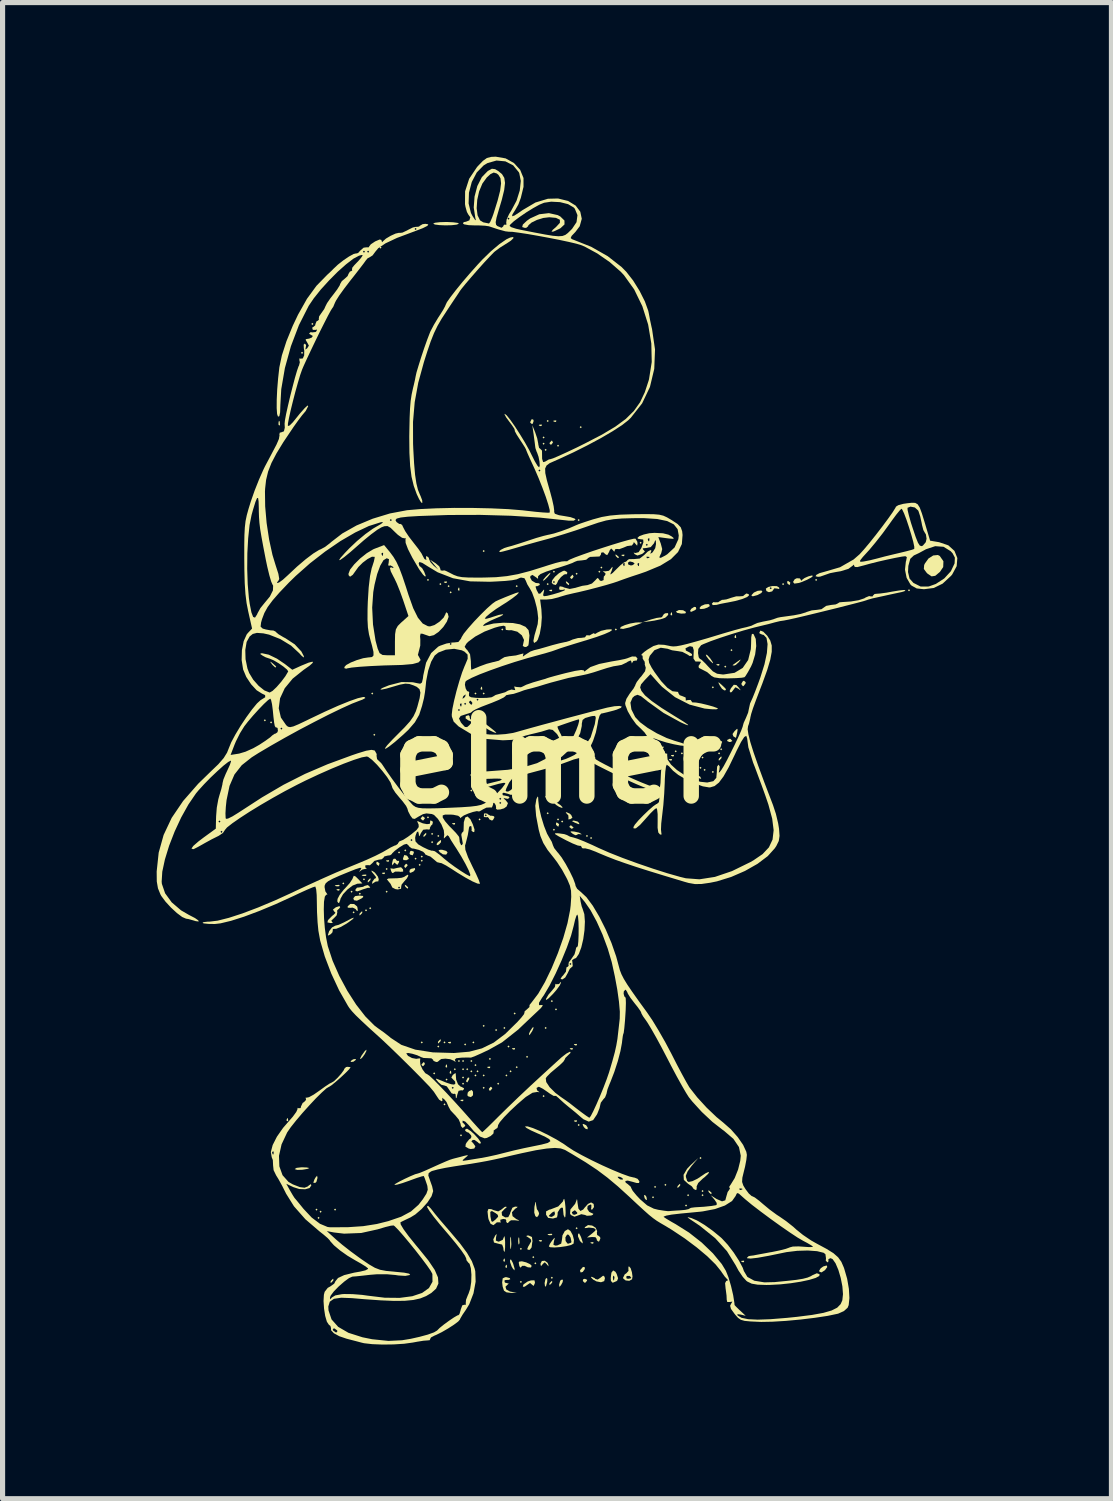
<source format=kicad_pcb>
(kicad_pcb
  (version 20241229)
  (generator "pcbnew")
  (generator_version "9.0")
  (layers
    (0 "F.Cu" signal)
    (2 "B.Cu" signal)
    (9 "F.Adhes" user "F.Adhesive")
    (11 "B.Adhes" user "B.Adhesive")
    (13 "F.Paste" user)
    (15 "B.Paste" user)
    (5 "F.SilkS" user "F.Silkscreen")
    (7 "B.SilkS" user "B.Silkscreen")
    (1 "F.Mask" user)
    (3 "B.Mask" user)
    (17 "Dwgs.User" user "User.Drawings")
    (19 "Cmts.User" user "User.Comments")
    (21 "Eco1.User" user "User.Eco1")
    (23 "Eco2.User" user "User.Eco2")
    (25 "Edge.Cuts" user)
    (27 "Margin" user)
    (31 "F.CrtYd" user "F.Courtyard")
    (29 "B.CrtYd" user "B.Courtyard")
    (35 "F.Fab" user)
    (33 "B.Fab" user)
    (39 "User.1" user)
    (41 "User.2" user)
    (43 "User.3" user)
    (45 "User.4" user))
  (footprint "elmer"
    (layer "F.Cu")
    (at 7.793 11.756)
    (property "Reference" "elmer" (at 0 0 0) (layer "F.SilkS") (effects (font (size 1.524 1.524) (thickness 0.3))))
    (attr board_only exclude_from_pos_files exclude_from_bom)
    (fp_poly (pts (xy -5.667 -0.784) (xy -5.687 -0.764) (xy -5.707 -0.784) (xy -5.687 -0.804)) (stroke (width 0) (type solid)) (fill yes) (layer "F.SilkS"))
    (fp_poly (pts (xy -5.546 -0.744) (xy -5.566 -0.723) (xy -5.586 -0.744) (xy -5.566 -0.764)) (stroke (width 0) (type solid)) (fill yes) (layer "F.SilkS"))
    (fp_poly (pts (xy -4.943 -7.938) (xy -4.963 -7.917) (xy -4.984 -7.938) (xy -4.963 -7.958)) (stroke (width 0) (type solid)) (fill yes) (layer "F.SilkS"))
    (fp_poly (pts (xy -4.742 -8.5) (xy -4.763 -8.48) (xy -4.783 -8.5) (xy -4.763 -8.52)) (stroke (width 0) (type solid)) (fill yes) (layer "F.SilkS"))
    (fp_poly (pts (xy -4.662 8.741) (xy -4.682 8.761) (xy -4.702 8.741) (xy -4.682 8.721)) (stroke (width 0) (type solid)) (fill yes) (layer "F.SilkS"))
    (fp_poly (pts (xy -4.622 8.902) (xy -4.642 8.922) (xy -4.662 8.902) (xy -4.642 8.882)) (stroke (width 0) (type solid)) (fill yes) (layer "F.SilkS"))
    (fp_poly (pts (xy -4.582 8.781) (xy -4.602 8.802) (xy -4.622 8.781) (xy -4.602 8.761)) (stroke (width 0) (type solid)) (fill yes) (layer "F.SilkS"))
    (fp_poly (pts (xy -4.3 8.741) (xy -4.32 8.761) (xy -4.341 8.741) (xy -4.32 8.721)) (stroke (width 0) (type solid)) (fill yes) (layer "F.SilkS"))
    (fp_poly (pts (xy -4.14 2.391) (xy -4.16 2.411) (xy -4.18 2.391) (xy -4.16 2.371)) (stroke (width 0) (type solid)) (fill yes) (layer "F.SilkS"))
    (fp_poly (pts (xy -3.979 2.552) (xy -3.999 2.572) (xy -4.019 2.552) (xy -3.999 2.532)) (stroke (width 0) (type solid)) (fill yes) (layer "F.SilkS"))
    (fp_poly (pts (xy -3.939 2.954) (xy -3.959 2.974) (xy -3.979 2.954) (xy -3.959 2.934)) (stroke (width 0) (type solid)) (fill yes) (layer "F.SilkS"))
    (fp_poly (pts (xy -3.818 2.592) (xy -3.838 2.612) (xy -3.858 2.592) (xy -3.838 2.572)) (stroke (width 0) (type solid)) (fill yes) (layer "F.SilkS"))
    (fp_poly (pts (xy -3.738 2.311) (xy -3.758 2.331) (xy -3.778 2.311) (xy -3.758 2.291)) (stroke (width 0) (type solid)) (fill yes) (layer "F.SilkS"))
    (fp_poly (pts (xy -3.697 2.914) (xy -3.718 2.934) (xy -3.738 2.914) (xy -3.718 2.894)) (stroke (width 0) (type solid)) (fill yes) (layer "F.SilkS"))
    (fp_poly (pts (xy -3.617 2.874) (xy -3.637 2.894) (xy -3.657 2.874) (xy -3.637 2.853)) (stroke (width 0) (type solid)) (fill yes) (layer "F.SilkS"))
    (fp_poly (pts (xy -3.577 -1.306) (xy -3.597 -1.286) (xy -3.617 -1.306) (xy -3.597 -1.326)) (stroke (width 0) (type solid)) (fill yes) (layer "F.SilkS"))
    (fp_poly (pts (xy -3.537 -0.502) (xy -3.557 -0.482) (xy -3.577 -0.502) (xy -3.557 -0.522)) (stroke (width 0) (type solid)) (fill yes) (layer "F.SilkS"))
    (fp_poly (pts (xy -3.416 -9.987) (xy -3.436 -9.967) (xy -3.456 -9.987) (xy -3.436 -10.007)) (stroke (width 0) (type solid)) (fill yes) (layer "F.SilkS"))
    (fp_poly (pts (xy -3.296 2.11) (xy -3.316 2.13) (xy -3.336 2.11) (xy -3.316 2.09)) (stroke (width 0) (type solid)) (fill yes) (layer "F.SilkS"))
    (fp_poly (pts (xy -3.296 2.552) (xy -3.316 2.572) (xy -3.336 2.552) (xy -3.316 2.532)) (stroke (width 0) (type solid)) (fill yes) (layer "F.SilkS"))
    (fp_poly (pts (xy -3.054 1.788) (xy -3.075 1.809) (xy -3.095 1.788) (xy -3.075 1.768)) (stroke (width 0) (type solid)) (fill yes) (layer "F.SilkS"))
    (fp_poly (pts (xy -2.934 1.748) (xy -2.954 1.768) (xy -2.974 1.748) (xy -2.954 1.728)) (stroke (width 0) (type solid)) (fill yes) (layer "F.SilkS"))
    (fp_poly (pts (xy -2.733 1.909) (xy -2.753 1.929) (xy -2.773 1.909) (xy -2.753 1.889)) (stroke (width 0) (type solid)) (fill yes) (layer "F.SilkS"))
    (fp_poly (pts (xy -2.653 2.03) (xy -2.673 2.05) (xy -2.693 2.03) (xy -2.673 2.009)) (stroke (width 0) (type solid)) (fill yes) (layer "F.SilkS"))
    (fp_poly (pts (xy -2.612 1.869) (xy -2.632 1.889) (xy -2.653 1.869) (xy -2.632 1.849)) (stroke (width 0) (type solid)) (fill yes) (layer "F.SilkS"))
    (fp_poly (pts (xy -2.612 1.949) (xy -2.632 1.969) (xy -2.653 1.949) (xy -2.632 1.929)) (stroke (width 0) (type solid)) (fill yes) (layer "F.SilkS"))
    (fp_poly (pts (xy -2.612 5.486) (xy -2.632 5.506) (xy -2.653 5.486) (xy -2.632 5.466)) (stroke (width 0) (type solid)) (fill yes) (layer "F.SilkS"))
    (fp_poly (pts (xy -2.492 -3.517) (xy -2.512 -3.497) (xy -2.532 -3.517) (xy -2.512 -3.537)) (stroke (width 0) (type solid)) (fill yes) (layer "F.SilkS"))
    (fp_poly (pts (xy -2.492 1.105) (xy -2.512 1.125) (xy -2.532 1.105) (xy -2.512 1.085)) (stroke (width 0) (type solid)) (fill yes) (layer "F.SilkS"))
    (fp_poly (pts (xy -2.411 1.427) (xy -2.431 1.447) (xy -2.452 1.427) (xy -2.431 1.407)) (stroke (width 0) (type solid)) (fill yes) (layer "F.SilkS"))
    (fp_poly (pts (xy -2.411 1.587) (xy -2.431 1.608) (xy -2.452 1.587) (xy -2.431 1.567)) (stroke (width 0) (type solid)) (fill yes) (layer "F.SilkS"))
    (fp_poly (pts (xy -2.371 6.089) (xy -2.391 6.109) (xy -2.411 6.089) (xy -2.391 6.069)) (stroke (width 0) (type solid)) (fill yes) (layer "F.SilkS"))
    (fp_poly (pts (xy -2.291 1.467) (xy -2.311 1.487) (xy -2.331 1.467) (xy -2.311 1.447)) (stroke (width 0) (type solid)) (fill yes) (layer "F.SilkS"))
    (fp_poly (pts (xy -2.291 5.566) (xy -2.311 5.586) (xy -2.331 5.566) (xy -2.311 5.546)) (stroke (width 0) (type solid)) (fill yes) (layer "F.SilkS"))
    (fp_poly (pts (xy -2.251 -3.436) (xy -2.271 -3.416) (xy -2.291 -3.436) (xy -2.271 -3.456)) (stroke (width 0) (type solid)) (fill yes) (layer "F.SilkS"))
    (fp_poly (pts (xy -2.17 5.486) (xy -2.19 5.506) (xy -2.21 5.486) (xy -2.19 5.466)) (stroke (width 0) (type solid)) (fill yes) (layer "F.SilkS"))
    (fp_poly (pts (xy -2.17 6.692) (xy -2.19 6.712) (xy -2.21 6.692) (xy -2.19 6.672)) (stroke (width 0) (type solid)) (fill yes) (layer "F.SilkS"))
    (fp_poly (pts (xy -2.13 6.209) (xy -2.15 6.229) (xy -2.17 6.209) (xy -2.15 6.189)) (stroke (width 0) (type solid)) (fill yes) (layer "F.SilkS"))
    (fp_poly (pts (xy -2.09 -3.396) (xy -2.11 -3.376) (xy -2.13 -3.396) (xy -2.11 -3.416)) (stroke (width 0) (type solid)) (fill yes) (layer "F.SilkS"))
    (fp_poly (pts (xy -2.05 -3.275) (xy -2.07 -3.255) (xy -2.09 -3.275) (xy -2.07 -3.296)) (stroke (width 0) (type solid)) (fill yes) (layer "F.SilkS"))
    (fp_poly (pts (xy -1.969 6.008) (xy -1.989 6.028) (xy -2.009 6.008) (xy -1.989 5.988)) (stroke (width 0) (type solid)) (fill yes) (layer "F.SilkS"))
    (fp_poly (pts (xy -1.889 5.848) (xy -1.909 5.868) (xy -1.929 5.848) (xy -1.909 5.828)) (stroke (width 0) (type solid)) (fill yes) (layer "F.SilkS"))
    (fp_poly (pts (xy -1.849 7.294) (xy -1.869 7.315) (xy -1.889 7.294) (xy -1.869 7.274)) (stroke (width 0) (type solid)) (fill yes) (layer "F.SilkS"))
    (fp_poly (pts (xy -1.809 5.848) (xy -1.829 5.868) (xy -1.849 5.848) (xy -1.829 5.828)) (stroke (width 0) (type solid)) (fill yes) (layer "F.SilkS"))
    (fp_poly (pts (xy -1.809 6.008) (xy -1.829 6.028) (xy -1.849 6.008) (xy -1.829 5.988)) (stroke (width 0) (type solid)) (fill yes) (layer "F.SilkS"))
    (fp_poly (pts (xy -1.809 6.169) (xy -1.829 6.189) (xy -1.849 6.169) (xy -1.829 6.149)) (stroke (width 0) (type solid)) (fill yes) (layer "F.SilkS"))
    (fp_poly (pts (xy -1.809 6.29) (xy -1.829 6.31) (xy -1.849 6.29) (xy -1.829 6.27)) (stroke (width 0) (type solid)) (fill yes) (layer "F.SilkS"))
    (fp_poly (pts (xy -1.768 5.526) (xy -1.788 5.546) (xy -1.809 5.526) (xy -1.788 5.506)) (stroke (width 0) (type solid)) (fill yes) (layer "F.SilkS"))
    (fp_poly (pts (xy -1.728 6.008) (xy -1.748 6.028) (xy -1.768 6.008) (xy -1.748 5.988)) (stroke (width 0) (type solid)) (fill yes) (layer "F.SilkS"))
    (fp_poly (pts (xy -1.648 0.583) (xy -1.668 0.603) (xy -1.688 0.583) (xy -1.668 0.563)) (stroke (width 0) (type solid)) (fill yes) (layer "F.SilkS"))
    (fp_poly (pts (xy -1.648 5.848) (xy -1.668 5.868) (xy -1.688 5.848) (xy -1.668 5.828)) (stroke (width 0) (type solid)) (fill yes) (layer "F.SilkS"))
    (fp_poly (pts (xy -1.648 6.049) (xy -1.668 6.069) (xy -1.688 6.049) (xy -1.668 6.028)) (stroke (width 0) (type solid)) (fill yes) (layer "F.SilkS"))
    (fp_poly (pts (xy -1.608 5.486) (xy -1.628 5.506) (xy -1.648 5.486) (xy -1.628 5.466)) (stroke (width 0) (type solid)) (fill yes) (layer "F.SilkS"))
    (fp_poly (pts (xy -1.567 -1.306) (xy -1.587 -1.286) (xy -1.608 -1.306) (xy -1.587 -1.326)) (stroke (width 0) (type solid)) (fill yes) (layer "F.SilkS"))
    (fp_poly (pts (xy -1.567 5.928) (xy -1.587 5.948) (xy -1.608 5.928) (xy -1.587 5.908)) (stroke (width 0) (type solid)) (fill yes) (layer "F.SilkS"))
    (fp_poly (pts (xy -1.567 6.129) (xy -1.587 6.149) (xy -1.608 6.129) (xy -1.587 6.109)) (stroke (width 0) (type solid)) (fill yes) (layer "F.SilkS"))
    (fp_poly (pts (xy -1.527 6.049) (xy -1.547 6.069) (xy -1.567 6.049) (xy -1.547 6.028)) (stroke (width 0) (type solid)) (fill yes) (layer "F.SilkS"))
    (fp_poly (pts (xy -1.487 1.145) (xy -1.507 1.166) (xy -1.527 1.145) (xy -1.507 1.125)) (stroke (width 0) (type solid)) (fill yes) (layer "F.SilkS"))
    (fp_poly (pts (xy -1.407 -4.079) (xy -1.427 -4.059) (xy -1.447 -4.079) (xy -1.427 -4.099)) (stroke (width 0) (type solid)) (fill yes) (layer "F.SilkS"))
    (fp_poly (pts (xy -1.407 -1.306) (xy -1.427 -1.286) (xy -1.447 -1.306) (xy -1.427 -1.326)) (stroke (width 0) (type solid)) (fill yes) (layer "F.SilkS"))
    (fp_poly (pts (xy -1.407 5.164) (xy -1.427 5.184) (xy -1.447 5.164) (xy -1.427 5.144)) (stroke (width 0) (type solid)) (fill yes) (layer "F.SilkS"))
    (fp_poly (pts (xy -1.407 6.129) (xy -1.427 6.149) (xy -1.447 6.129) (xy -1.427 6.109)) (stroke (width 0) (type solid)) (fill yes) (layer "F.SilkS"))
    (fp_poly (pts (xy -1.407 6.37) (xy -1.427 6.39) (xy -1.447 6.37) (xy -1.427 6.35)) (stroke (width 0) (type solid)) (fill yes) (layer "F.SilkS"))
    (fp_poly (pts (xy -1.286 5.807) (xy -1.306 5.828) (xy -1.326 5.807) (xy -1.306 5.787)) (stroke (width 0) (type solid)) (fill yes) (layer "F.SilkS"))
    (fp_poly (pts (xy -1.166 5.245) (xy -1.186 5.265) (xy -1.206 5.245) (xy -1.186 5.225)) (stroke (width 0) (type solid)) (fill yes) (layer "F.SilkS"))
    (fp_poly (pts (xy -1.125 6.29) (xy -1.145 6.31) (xy -1.166 6.29) (xy -1.145 6.27)) (stroke (width 0) (type solid)) (fill yes) (layer "F.SilkS"))
    (fp_poly (pts (xy -1.045 -2.552) (xy -1.065 -2.532) (xy -1.085 -2.552) (xy -1.065 -2.572)) (stroke (width 0) (type solid)) (fill yes) (layer "F.SilkS"))
    (fp_poly (pts (xy -1.005 5.205) (xy -1.025 5.225) (xy -1.045 5.205) (xy -1.025 5.184)) (stroke (width 0) (type solid)) (fill yes) (layer "F.SilkS"))
    (fp_poly (pts (xy -0.965 6.129) (xy -0.985 6.149) (xy -1.005 6.129) (xy -0.985 6.109)) (stroke (width 0) (type solid)) (fill yes) (layer "F.SilkS"))
    (fp_poly (pts (xy -0.924 5.566) (xy -0.944 5.586) (xy -0.965 5.566) (xy -0.944 5.546)) (stroke (width 0) (type solid)) (fill yes) (layer "F.SilkS"))
    (fp_poly (pts (xy -0.884 6.049) (xy -0.904 6.069) (xy -0.924 6.049) (xy -0.904 6.028)) (stroke (width 0) (type solid)) (fill yes) (layer "F.SilkS"))
    (fp_poly (pts (xy -0.804 4.923) (xy -0.824 4.943) (xy -0.844 4.923) (xy -0.824 4.903)) (stroke (width 0) (type solid)) (fill yes) (layer "F.SilkS"))
    (fp_poly (pts (xy -0.764 -3.396) (xy -0.784 -3.376) (xy -0.804 -3.396) (xy -0.784 -3.416)) (stroke (width 0) (type solid)) (fill yes) (layer "F.SilkS"))
    (fp_poly (pts (xy -0.764 5.968) (xy -0.784 5.988) (xy -0.804 5.968) (xy -0.784 5.948)) (stroke (width 0) (type solid)) (fill yes) (layer "F.SilkS"))
    (fp_poly (pts (xy -0.683 9.505) (xy -0.703 9.525) (xy -0.723 9.505) (xy -0.703 9.485)) (stroke (width 0) (type solid)) (fill yes) (layer "F.SilkS"))
    (fp_poly (pts (xy -0.683 10.148) (xy -0.703 10.168) (xy -0.723 10.148) (xy -0.703 10.128)) (stroke (width 0) (type solid)) (fill yes) (layer "F.SilkS"))
    (fp_poly (pts (xy -0.643 0.06) (xy -0.663 0.08) (xy -0.683 0.06) (xy -0.663 0.04)) (stroke (width 0) (type solid)) (fill yes) (layer "F.SilkS"))
    (fp_poly (pts (xy -0.563 5.767) (xy -0.583 5.787) (xy -0.603 5.767) (xy -0.583 5.747)) (stroke (width 0) (type solid)) (fill yes) (layer "F.SilkS"))
    (fp_poly (pts (xy -0.442 9.666) (xy -0.462 9.686) (xy -0.482 9.666) (xy -0.462 9.646)) (stroke (width 0) (type solid)) (fill yes) (layer "F.SilkS"))
    (fp_poly (pts (xy -0.402 9.786) (xy -0.422 9.806) (xy -0.442 9.786) (xy -0.422 9.766)) (stroke (width 0) (type solid)) (fill yes) (layer "F.SilkS"))
    (fp_poly (pts (xy -0.241 -6.29) (xy -0.261 -6.27) (xy -0.281 -6.29) (xy -0.261 -6.31)) (stroke (width 0) (type solid)) (fill yes) (layer "F.SilkS"))
    (fp_poly (pts (xy -0.241 -6.169) (xy -0.261 -6.149) (xy -0.281 -6.169) (xy -0.261 -6.189)) (stroke (width 0) (type solid)) (fill yes) (layer "F.SilkS"))
    (fp_poly (pts (xy -0.241 6.531) (xy -0.261 6.551) (xy -0.281 6.531) (xy -0.261 6.511)) (stroke (width 0) (type solid)) (fill yes) (layer "F.SilkS"))
    (fp_poly (pts (xy -0.201 -6.049) (xy -0.221 -6.028) (xy -0.241 -6.049) (xy -0.221 -6.069)) (stroke (width 0) (type solid)) (fill yes) (layer "F.SilkS"))
    (fp_poly (pts (xy -0.201 5.205) (xy -0.221 5.225) (xy -0.241 5.205) (xy -0.221 5.184)) (stroke (width 0) (type solid)) (fill yes) (layer "F.SilkS"))
    (fp_poly (pts (xy -0.161 -6.611) (xy -0.181 -6.591) (xy -0.201 -6.611) (xy -0.181 -6.631)) (stroke (width 0) (type solid)) (fill yes) (layer "F.SilkS"))
    (fp_poly (pts (xy -0.161 -3.436) (xy -0.181 -3.416) (xy -0.201 -3.436) (xy -0.181 -3.456)) (stroke (width 0) (type solid)) (fill yes) (layer "F.SilkS"))
    (fp_poly (pts (xy -0.161 1.025) (xy -0.181 1.045) (xy -0.201 1.025) (xy -0.181 1.005)) (stroke (width 0) (type solid)) (fill yes) (layer "F.SilkS"))
    (fp_poly (pts (xy -0.08 4.682) (xy -0.1 4.702) (xy -0.121 4.682) (xy -0.1 4.662)) (stroke (width 0) (type solid)) (fill yes) (layer "F.SilkS"))
    (fp_poly (pts (xy -0.08 10.068) (xy -0.1 10.088) (xy -0.121 10.068) (xy -0.1 10.047)) (stroke (width 0) (type solid)) (fill yes) (layer "F.SilkS"))
    (fp_poly (pts (xy -0.04 -3.677) (xy -0.06 -3.657) (xy -0.08 -3.677) (xy -0.06 -3.697)) (stroke (width 0) (type solid)) (fill yes) (layer "F.SilkS"))
    (fp_poly (pts (xy -0.04 1.346) (xy -0.06 1.366) (xy -0.08 1.346) (xy -0.06 1.326)) (stroke (width 0) (type solid)) (fill yes) (layer "F.SilkS"))
    (fp_poly (pts (xy 0 4.843) (xy -0.02 4.863) (xy -0.04 4.843) (xy -0.02 4.823)) (stroke (width 0) (type solid)) (fill yes) (layer "F.SilkS"))
    (fp_poly (pts (xy 0.04 -6.129) (xy 0.02 -6.109) (xy 0 -6.129) (xy 0.02 -6.149)) (stroke (width 0) (type solid)) (fill yes) (layer "F.SilkS"))
    (fp_poly (pts (xy 0.04 1.145) (xy 0.02 1.166) (xy 0 1.145) (xy 0.02 1.125)) (stroke (width 0) (type solid)) (fill yes) (layer "F.SilkS"))
    (fp_poly (pts (xy 0.121 1.186) (xy 0.1 1.206) (xy 0.08 1.186) (xy 0.1 1.166)) (stroke (width 0) (type solid)) (fill yes) (layer "F.SilkS"))
    (fp_poly (pts (xy 0.402 -3.637) (xy 0.382 -3.617) (xy 0.362 -3.637) (xy 0.382 -3.657)) (stroke (width 0) (type solid)) (fill yes) (layer "F.SilkS"))
    (fp_poly (pts (xy 0.402 9.103) (xy 0.382 9.123) (xy 0.362 9.103) (xy 0.382 9.083)) (stroke (width 0) (type solid)) (fill yes) (layer "F.SilkS"))
    (fp_poly (pts (xy 0.442 -4.682) (xy 0.422 -4.662) (xy 0.402 -4.682) (xy 0.422 -4.702)) (stroke (width 0) (type solid)) (fill yes) (layer "F.SilkS"))
    (fp_poly (pts (xy 0.442 7.094) (xy 0.422 7.114) (xy 0.402 7.094) (xy 0.422 7.073)) (stroke (width 0) (type solid)) (fill yes) (layer "F.SilkS"))
    (fp_poly (pts (xy 0.482 -6.491) (xy 0.462 -6.471) (xy 0.442 -6.491) (xy 0.462 -6.511)) (stroke (width 0) (type solid)) (fill yes) (layer "F.SilkS"))
    (fp_poly (pts (xy 0.603 1.467) (xy 0.583 1.487) (xy 0.563 1.467) (xy 0.583 1.447)) (stroke (width 0) (type solid)) (fill yes) (layer "F.SilkS"))
    (fp_poly (pts (xy 0.683 1.507) (xy 0.663 1.527) (xy 0.643 1.507) (xy 0.663 1.487)) (stroke (width 0) (type solid)) (fill yes) (layer "F.SilkS"))
    (fp_poly (pts (xy 0.844 -3.677) (xy 0.824 -3.657) (xy 0.804 -3.677) (xy 0.824 -3.697)) (stroke (width 0) (type solid)) (fill yes) (layer "F.SilkS"))
    (fp_poly (pts (xy 0.884 -3.758) (xy 0.864 -3.738) (xy 0.844 -3.758) (xy 0.864 -3.778)) (stroke (width 0) (type solid)) (fill yes) (layer "F.SilkS"))
    (fp_poly (pts (xy 1.166 -2.552) (xy 1.145 -2.532) (xy 1.125 -2.552) (xy 1.145 -2.572)) (stroke (width 0) (type solid)) (fill yes) (layer "F.SilkS"))
    (fp_poly (pts (xy 1.648 -4.24) (xy 1.628 -4.22) (xy 1.608 -4.24) (xy 1.628 -4.26)) (stroke (width 0) (type solid)) (fill yes) (layer "F.SilkS"))
    (fp_poly (pts (xy 1.889 8.5) (xy 1.869 8.52) (xy 1.849 8.5) (xy 1.869 8.48)) (stroke (width 0) (type solid)) (fill yes) (layer "F.SilkS"))
    (fp_poly (pts (xy 1.929 8.299) (xy 1.909 8.319) (xy 1.889 8.299) (xy 1.909 8.279)) (stroke (width 0) (type solid)) (fill yes) (layer "F.SilkS"))
    (fp_poly (pts (xy 2.13 8.259) (xy 2.11 8.279) (xy 2.09 8.259) (xy 2.11 8.239)) (stroke (width 0) (type solid)) (fill yes) (layer "F.SilkS"))
    (fp_poly (pts (xy 2.331 -0.181) (xy 2.311 -0.161) (xy 2.291 -0.181) (xy 2.311 -0.201)) (stroke (width 0) (type solid)) (fill yes) (layer "F.SilkS"))
    (fp_poly (pts (xy 2.452 -0.141) (xy 2.431 -0.121) (xy 2.411 -0.141) (xy 2.431 -0.161)) (stroke (width 0) (type solid)) (fill yes) (layer "F.SilkS"))
    (fp_poly (pts (xy 2.532 0.221) (xy 2.512 0.241) (xy 2.492 0.221) (xy 2.512 0.201)) (stroke (width 0) (type solid)) (fill yes) (layer "F.SilkS"))
    (fp_poly (pts (xy 2.532 8.661) (xy 2.512 8.681) (xy 2.492 8.661) (xy 2.512 8.641)) (stroke (width 0) (type solid)) (fill yes) (layer "F.SilkS"))
    (fp_poly (pts (xy 2.572 -0.181) (xy 2.552 -0.161) (xy 2.532 -0.181) (xy 2.552 -0.201)) (stroke (width 0) (type solid)) (fill yes) (layer "F.SilkS"))
    (fp_poly (pts (xy 2.572 8.46) (xy 2.552 8.48) (xy 2.532 8.46) (xy 2.552 8.44)) (stroke (width 0) (type solid)) (fill yes) (layer "F.SilkS"))
    (fp_poly (pts (xy 2.653 -0.221) (xy 2.632 -0.201) (xy 2.612 -0.221) (xy 2.632 -0.241)) (stroke (width 0) (type solid)) (fill yes) (layer "F.SilkS"))
    (fp_poly (pts (xy 2.653 0.261) (xy 2.632 0.281) (xy 2.612 0.261) (xy 2.632 0.241)) (stroke (width 0) (type solid)) (fill yes) (layer "F.SilkS"))
    (fp_poly (pts (xy 2.733 0.1) (xy 2.713 0.121) (xy 2.693 0.1) (xy 2.713 0.08)) (stroke (width 0) (type solid)) (fill yes) (layer "F.SilkS"))
    (fp_poly (pts (xy 2.773 -0.181) (xy 2.753 -0.161) (xy 2.733 -0.181) (xy 2.753 -0.201)) (stroke (width 0) (type solid)) (fill yes) (layer "F.SilkS"))
    (fp_poly (pts (xy 2.813 0.141) (xy 2.793 0.161) (xy 2.773 0.141) (xy 2.793 0.121)) (stroke (width 0) (type solid)) (fill yes) (layer "F.SilkS"))
    (fp_poly (pts (xy 2.813 7.737) (xy 2.793 7.757) (xy 2.773 7.737) (xy 2.793 7.716)) (stroke (width 0) (type solid)) (fill yes) (layer "F.SilkS"))
    (fp_poly (pts (xy 2.853 -0.06) (xy 2.833 -0.04) (xy 2.813 -0.06) (xy 2.833 -0.08)) (stroke (width 0) (type solid)) (fill yes) (layer "F.SilkS"))
    (fp_poly (pts (xy 2.853 8.38) (xy 2.833 8.4) (xy 2.813 8.38) (xy 2.833 8.359)) (stroke (width 0) (type solid)) (fill yes) (layer "F.SilkS"))
    (fp_poly (pts (xy 2.853 8.46) (xy 2.833 8.48) (xy 2.813 8.46) (xy 2.833 8.44)) (stroke (width 0) (type solid)) (fill yes) (layer "F.SilkS"))
    (fp_poly (pts (xy 2.894 0.181) (xy 2.874 0.201) (xy 2.853 0.181) (xy 2.874 0.161)) (stroke (width 0) (type solid)) (fill yes) (layer "F.SilkS"))
    (fp_poly (pts (xy 2.934 -0.261) (xy 2.914 -0.241) (xy 2.894 -0.261) (xy 2.914 -0.281)) (stroke (width 0) (type solid)) (fill yes) (layer "F.SilkS"))
    (fp_poly (pts (xy 3.054 -1.427) (xy 3.034 -1.407) (xy 3.014 -1.427) (xy 3.034 -1.447)) (stroke (width 0) (type solid)) (fill yes) (layer "F.SilkS"))
    (fp_poly (pts (xy 3.054 0.221) (xy 3.034 0.241) (xy 3.014 0.221) (xy 3.034 0.201)) (stroke (width 0) (type solid)) (fill yes) (layer "F.SilkS"))
    (fp_poly (pts (xy 3.175 -0.141) (xy 3.155 -0.121) (xy 3.135 -0.141) (xy 3.155 -0.161)) (stroke (width 0) (type solid)) (fill yes) (layer "F.SilkS"))
    (fp_poly (pts (xy 3.215 -0.221) (xy 3.195 -0.201) (xy 3.175 -0.221) (xy 3.195 -0.241)) (stroke (width 0) (type solid)) (fill yes) (layer "F.SilkS"))
    (fp_poly (pts (xy 3.296 -1.829) (xy 3.275 -1.809) (xy 3.255 -1.829) (xy 3.275 -1.849)) (stroke (width 0) (type solid)) (fill yes) (layer "F.SilkS"))
    (fp_poly (pts (xy 3.416 -2.15) (xy 3.396 -2.13) (xy 3.376 -2.15) (xy 3.396 -2.17)) (stroke (width 0) (type solid)) (fill yes) (layer "F.SilkS"))
    (fp_poly (pts (xy 4.421 -3.436) (xy 4.401 -3.416) (xy 4.381 -3.436) (xy 4.401 -3.456)) (stroke (width 0) (type solid)) (fill yes) (layer "F.SilkS"))
    (fp_poly (pts (xy 5.064 -3.517) (xy 5.044 -3.497) (xy 5.024 -3.517) (xy 5.044 -3.537)) (stroke (width 0) (type solid)) (fill yes) (layer "F.SilkS"))
    (fp_poly (pts (xy 6.872 -3.316) (xy 6.852 -3.296) (xy 6.832 -3.316) (xy 6.852 -3.336)) (stroke (width 0) (type solid)) (fill yes) (layer "F.SilkS"))
    (fp_poly (pts (xy -5.398 -6.599) (xy -5.393 -6.536) (xy -5.401 -6.522) (xy -5.42 -6.534) (xy -5.422 -6.574) (xy -5.413 -6.617)) (stroke (width 0) (type solid)) (fill yes) (layer "F.SilkS"))
    (fp_poly (pts (xy -5.238 6.966) (xy -5.233 7.014) (xy -5.238 7.02) (xy -5.262 7.014) (xy -5.265 6.993) (xy -5.25 6.96)) (stroke (width 0) (type solid)) (fill yes) (layer "F.SilkS"))
    (fp_poly (pts (xy -4.233 2.505) (xy -4.239 2.529) (xy -4.26 2.532) (xy -4.293 2.517) (xy -4.287 2.505) (xy -4.239 2.5)) (stroke (width 0) (type solid)) (fill yes) (layer "F.SilkS"))
    (fp_poly (pts (xy -4.231 2.427) (xy -4.243 2.446) (xy -4.284 2.448) (xy -4.326 2.439) (xy -4.308 2.424) (xy -4.245 2.419)) (stroke (width 0) (type solid)) (fill yes) (layer "F.SilkS"))
    (fp_poly (pts (xy -3.708 2.226) (xy -3.72 2.245) (xy -3.761 2.247) (xy -3.804 2.238) (xy -3.785 2.223) (xy -3.723 2.218)) (stroke (width 0) (type solid)) (fill yes) (layer "F.SilkS"))
    (fp_poly (pts (xy -3.349 2.184) (xy -3.355 2.208) (xy -3.376 2.21) (xy -3.409 2.196) (xy -3.403 2.184) (xy -3.355 2.179)) (stroke (width 0) (type solid)) (fill yes) (layer "F.SilkS"))
    (fp_poly (pts (xy -3.269 1.943) (xy -3.274 1.966) (xy -3.296 1.969) (xy -3.329 1.955) (xy -3.322 1.943) (xy -3.275 1.938)) (stroke (width 0) (type solid)) (fill yes) (layer "F.SilkS"))
    (fp_poly (pts (xy -2.143 -3.483) (xy -2.149 -3.459) (xy -2.17 -3.456) (xy -2.203 -3.471) (xy -2.197 -3.483) (xy -2.149 -3.488)) (stroke (width 0) (type solid)) (fill yes) (layer "F.SilkS"))
    (fp_poly (pts (xy -2.143 5.921) (xy -2.139 5.969) (xy -2.143 5.975) (xy -2.167 5.969) (xy -2.17 5.948) (xy -2.156 5.915)) (stroke (width 0) (type solid)) (fill yes) (layer "F.SilkS"))
    (fp_poly (pts (xy -2.063 5.479) (xy -2.069 5.503) (xy -2.09 5.506) (xy -2.123 5.491) (xy -2.117 5.479) (xy -2.069 5.474)) (stroke (width 0) (type solid)) (fill yes) (layer "F.SilkS"))
    (fp_poly (pts (xy -2.063 6.042) (xy -2.058 6.09) (xy -2.063 6.095) (xy -2.087 6.09) (xy -2.09 6.069) (xy -2.075 6.036)) (stroke (width 0) (type solid)) (fill yes) (layer "F.SilkS"))
    (fp_poly (pts (xy -1.983 1.219) (xy -1.988 1.243) (xy -2.009 1.246) (xy -2.043 1.231) (xy -2.036 1.219) (xy -1.989 1.214)) (stroke (width 0) (type solid)) (fill yes) (layer "F.SilkS"))
    (fp_poly (pts (xy -1.902 -3.363) (xy -1.898 -3.315) (xy -1.902 -3.309) (xy -1.926 -3.314) (xy -1.929 -3.336) (xy -1.914 -3.369)) (stroke (width 0) (type solid)) (fill yes) (layer "F.SilkS"))
    (fp_poly (pts (xy -1.822 6.605) (xy -1.827 6.628) (xy -1.849 6.631) (xy -1.882 6.617) (xy -1.876 6.605) (xy -1.828 6.6)) (stroke (width 0) (type solid)) (fill yes) (layer "F.SilkS"))
    (fp_poly (pts (xy -1.46 -1.433) (xy -1.455 -1.386) (xy -1.46 -1.38) (xy -1.484 -1.385) (xy -1.487 -1.407) (xy -1.472 -1.44)) (stroke (width 0) (type solid)) (fill yes) (layer "F.SilkS"))
    (fp_poly (pts (xy -1.299 5.961) (xy -1.305 5.985) (xy -1.326 5.988) (xy -1.359 5.974) (xy -1.353 5.961) (xy -1.305 5.957)) (stroke (width 0) (type solid)) (fill yes) (layer "F.SilkS"))
    (fp_poly (pts (xy -1.018 9.699) (xy -1.013 9.747) (xy -1.018 9.753) (xy -1.042 9.747) (xy -1.045 9.726) (xy -1.03 9.693)) (stroke (width 0) (type solid)) (fill yes) (layer "F.SilkS"))
    (fp_poly (pts (xy -0.978 9.82) (xy -0.973 9.867) (xy -0.978 9.873) (xy -1.002 9.868) (xy -1.005 9.847) (xy -0.99 9.813)) (stroke (width 0) (type solid)) (fill yes) (layer "F.SilkS"))
    (fp_poly (pts (xy -0.817 5.6) (xy -0.823 5.624) (xy -0.844 5.627) (xy -0.877 5.612) (xy -0.871 5.6) (xy -0.823 5.595)) (stroke (width 0) (type solid)) (fill yes) (layer "F.SilkS"))
    (fp_poly (pts (xy -0.737 0.697) (xy -0.732 0.744) (xy -0.737 0.75) (xy -0.761 0.745) (xy -0.764 0.723) (xy -0.749 0.69)) (stroke (width 0) (type solid)) (fill yes) (layer "F.SilkS"))
    (fp_poly (pts (xy -0.295 -6.538) (xy -0.3 -6.514) (xy -0.322 -6.511) (xy -0.355 -6.525) (xy -0.348 -6.538) (xy -0.301 -6.542)) (stroke (width 0) (type solid)) (fill yes) (layer "F.SilkS"))
    (fp_poly (pts (xy -0.295 9.337) (xy -0.3 9.361) (xy -0.322 9.364) (xy -0.355 9.35) (xy -0.348 9.337) (xy -0.301 9.333)) (stroke (width 0) (type solid)) (fill yes) (layer "F.SilkS"))
    (fp_poly (pts (xy -0.174 0.697) (xy -0.18 0.721) (xy -0.201 0.723) (xy -0.234 0.709) (xy -0.228 0.697) (xy -0.18 0.692)) (stroke (width 0) (type solid)) (fill yes) (layer "F.SilkS"))
    (fp_poly (pts (xy -0.094 -3.322) (xy -0.099 -3.298) (xy -0.121 -3.296) (xy -0.154 -3.31) (xy -0.147 -3.322) (xy -0.1 -3.327)) (stroke (width 0) (type solid)) (fill yes) (layer "F.SilkS"))
    (fp_poly (pts (xy -0.091 9.219) (xy -0.103 9.238) (xy -0.144 9.24) (xy -0.187 9.231) (xy -0.168 9.216) (xy -0.105 9.211)) (stroke (width 0) (type solid)) (fill yes) (layer "F.SilkS"))
    (fp_poly (pts (xy -0.013 -6.618) (xy -0.019 -6.594) (xy -0.04 -6.591) (xy -0.073 -6.606) (xy -0.067 -6.618) (xy -0.019 -6.623)) (stroke (width 0) (type solid)) (fill yes) (layer "F.SilkS"))
    (fp_poly (pts (xy 0.308 5.6) (xy 0.303 5.624) (xy 0.281 5.627) (xy 0.248 5.612) (xy 0.255 5.6) (xy 0.302 5.595)) (stroke (width 0) (type solid)) (fill yes) (layer "F.SilkS"))
    (fp_poly (pts (xy 0.389 5.519) (xy 0.383 5.543) (xy 0.362 5.546) (xy 0.329 5.531) (xy 0.335 5.519) (xy 0.383 5.515)) (stroke (width 0) (type solid)) (fill yes) (layer "F.SilkS"))
    (fp_poly (pts (xy 0.389 7.006) (xy 0.383 7.03) (xy 0.362 7.033) (xy 0.329 7.019) (xy 0.335 7.006) (xy 0.383 7.002)) (stroke (width 0) (type solid)) (fill yes) (layer "F.SilkS"))
    (fp_poly (pts (xy 0.71 9.378) (xy 0.705 9.402) (xy 0.683 9.404) (xy 0.65 9.39) (xy 0.656 9.378) (xy 0.704 9.373)) (stroke (width 0) (type solid)) (fill yes) (layer "F.SilkS"))
    (fp_poly (pts (xy 1.313 -4.006) (xy 1.307 -3.982) (xy 1.286 -3.979) (xy 1.253 -3.994) (xy 1.259 -4.006) (xy 1.307 -4.01)) (stroke (width 0) (type solid)) (fill yes) (layer "F.SilkS"))
    (fp_poly (pts (xy 2.076 -0.268) (xy 2.071 -0.244) (xy 2.05 -0.241) (xy 2.017 -0.256) (xy 2.023 -0.268) (xy 2.071 -0.273)) (stroke (width 0) (type solid)) (fill yes) (layer "F.SilkS"))
    (fp_poly (pts (xy 2.237 -2.88) (xy 2.242 -2.833) (xy 2.237 -2.827) (xy 2.213 -2.832) (xy 2.21 -2.853) (xy 2.225 -2.887)) (stroke (width 0) (type solid)) (fill yes) (layer "F.SilkS"))
    (fp_poly (pts (xy 2.237 -0.027) (xy 2.232 -0.003) (xy 2.21 0) (xy 2.177 -0.015) (xy 2.184 -0.027) (xy 2.231 -0.032)) (stroke (width 0) (type solid)) (fill yes) (layer "F.SilkS"))
    (fp_poly (pts (xy 2.277 -0.107) (xy 2.272 -0.083) (xy 2.251 -0.08) (xy 2.218 -0.095) (xy 2.224 -0.107) (xy 2.272 -0.112)) (stroke (width 0) (type solid)) (fill yes) (layer "F.SilkS"))
    (fp_poly (pts (xy 2.679 0.174) (xy 2.674 0.198) (xy 2.653 0.201) (xy 2.619 0.186) (xy 2.626 0.174) (xy 2.673 0.169)) (stroke (width 0) (type solid)) (fill yes) (layer "F.SilkS"))
    (fp_poly (pts (xy 2.8 -0.268) (xy 2.794 -0.244) (xy 2.773 -0.241) (xy 2.74 -0.256) (xy 2.746 -0.268) (xy 2.794 -0.273)) (stroke (width 0) (type solid)) (fill yes) (layer "F.SilkS"))
    (fp_poly (pts (xy 3.041 -0.268) (xy 3.036 -0.244) (xy 3.014 -0.241) (xy 2.981 -0.256) (xy 2.987 -0.268) (xy 3.035 -0.273)) (stroke (width 0) (type solid)) (fill yes) (layer "F.SilkS"))
    (fp_poly (pts (xy 3.162 -1.876) (xy 3.156 -1.852) (xy 3.135 -1.849) (xy 3.102 -1.863) (xy 3.108 -1.876) (xy 3.156 -1.88)) (stroke (width 0) (type solid)) (fill yes) (layer "F.SilkS"))
    (fp_poly (pts (xy 3.483 -2.438) (xy 3.488 -2.39) (xy 3.483 -2.385) (xy 3.459 -2.39) (xy 3.456 -2.411) (xy 3.471 -2.444)) (stroke (width 0) (type solid)) (fill yes) (layer "F.SilkS"))
    (fp_poly (pts (xy 3.644 9.739) (xy 3.638 9.763) (xy 3.617 9.766) (xy 3.584 9.751) (xy 3.59 9.739) (xy 3.638 9.735)) (stroke (width 0) (type solid)) (fill yes) (layer "F.SilkS"))
    (fp_poly (pts (xy -3.919 5.828) (xy -3.962 5.861) (xy -4.008 5.867) (xy -4.019 5.852) (xy -3.987 5.826) (xy -3.957 5.812) (xy -3.915 5.809)) (stroke (width 0) (type solid)) (fill yes) (layer "F.SilkS"))
    (fp_poly (pts (xy -2.94 2.428) (xy -2.897 2.468) (xy -2.906 2.491) (xy -2.911 2.492) (xy -2.945 2.463) (xy -2.958 2.445) (xy -2.963 2.418)) (stroke (width 0) (type solid)) (fill yes) (layer "F.SilkS"))
    (fp_poly (pts (xy -2.928 1.848) (xy -2.906 1.869) (xy -2.883 1.914) (xy -2.932 1.94) (xy -2.991 1.936) (xy -2.998 1.905) (xy -2.973 1.838)) (stroke (width 0) (type solid)) (fill yes) (layer "F.SilkS"))
    (fp_poly (pts (xy -2.793 1.768) (xy -2.786 1.792) (xy -2.809 1.844) (xy -2.856 1.832) (xy -2.871 1.813) (xy -2.861 1.769) (xy -2.84 1.756)) (stroke (width 0) (type solid)) (fill yes) (layer "F.SilkS"))
    (fp_poly (pts (xy -2.762 2.122) (xy -2.795 2.16) (xy -2.853 2.186) (xy -2.874 2.17) (xy -2.865 2.124) (xy -2.834 2.105) (xy -2.766 2.092)) (stroke (width 0) (type solid)) (fill yes) (layer "F.SilkS"))
    (fp_poly (pts (xy -2.259 1.589) (xy -2.299 1.634) (xy -2.335 1.648) (xy -2.345 1.625) (xy -2.323 1.592) (xy -2.274 1.551) (xy -2.257 1.549)) (stroke (width 0) (type solid)) (fill yes) (layer "F.SilkS"))
    (fp_poly (pts (xy -1.706 6.176) (xy -1.713 6.207) (xy -1.745 6.264) (xy -1.766 6.254) (xy -1.768 6.232) (xy -1.739 6.177) (xy -1.729 6.169)) (stroke (width 0) (type solid)) (fill yes) (layer "F.SilkS"))
    (fp_poly (pts (xy 0.195 -3.48) (xy 0.238 -3.44) (xy 0.229 -3.417) (xy 0.223 -3.416) (xy 0.189 -3.445) (xy 0.177 -3.463) (xy 0.172 -3.49)) (stroke (width 0) (type solid)) (fill yes) (layer "F.SilkS"))
    (fp_poly (pts (xy 0.568 7.099) (xy 0.599 7.148) (xy 0.593 7.178) (xy 0.556 7.167) (xy 0.523 7.135) (xy 0.497 7.084) (xy 0.515 7.073)) (stroke (width 0) (type solid)) (fill yes) (layer "F.SilkS"))
    (fp_poly (pts (xy 1.159 -4.003) (xy 1.202 -3.965) (xy 1.206 -3.956) (xy 1.187 -3.94) (xy 1.147 -3.977) (xy 1.142 -3.985) (xy 1.137 -4.013)) (stroke (width 0) (type solid)) (fill yes) (layer "F.SilkS"))
    (fp_poly (pts (xy 1.727 8.469) (xy 1.742 8.498) (xy 1.752 8.555) (xy 1.725 8.544) (xy 1.706 8.518) (xy 1.694 8.465) (xy 1.699 8.456)) (stroke (width 0) (type solid)) (fill yes) (layer "F.SilkS"))
    (fp_poly (pts (xy 2.702 -2.989) (xy 2.711 -2.951) (xy 2.687 -2.929) (xy 2.615 -2.896) (xy 2.588 -2.909) (xy 2.612 -2.954) (xy 2.67 -2.992)) (stroke (width 0) (type solid)) (fill yes) (layer "F.SilkS"))
    (fp_poly (pts (xy 2.785 0.311) (xy 2.793 0.322) (xy 2.807 0.358) (xy 2.769 0.344) (xy 2.733 0.322) (xy 2.702 0.289) (xy 2.72 0.282)) (stroke (width 0) (type solid)) (fill yes) (layer "F.SilkS"))
    (fp_poly (pts (xy 2.968 8.376) (xy 3.011 8.416) (xy 3.002 8.439) (xy 2.997 8.44) (xy 2.963 8.411) (xy 2.95 8.393) (xy 2.945 8.366)) (stroke (width 0) (type solid)) (fill yes) (layer "F.SilkS"))
    (fp_poly (pts (xy 3.215 -0.363) (xy 3.19 -0.312) (xy 3.14 -0.299) (xy 3.118 -0.317) (xy 3.128 -0.36) (xy 3.155 -0.376) (xy 3.207 -0.378)) (stroke (width 0) (type solid)) (fill yes) (layer "F.SilkS"))
    (fp_poly (pts (xy 3.379 -0.42) (xy 3.414 -0.381) (xy 3.374 -0.362) (xy 3.353 -0.362) (xy 3.312 -0.381) (xy 3.316 -0.403) (xy 3.364 -0.426)) (stroke (width 0) (type solid)) (fill yes) (layer "F.SilkS"))
    (fp_poly (pts (xy -5.565 -1.917) (xy -5.536 -1.894) (xy -5.48 -1.844) (xy -5.466 -1.824) (xy -5.485 -1.812) (xy -5.539 -1.863) (xy -5.551 -1.879) (xy -5.586 -1.926)) (stroke (width 0) (type solid)) (fill yes) (layer "F.SilkS"))
    (fp_poly (pts (xy -4.353 10.114) (xy -4.361 10.128) (xy -4.398 10.166) (xy -4.406 10.168) (xy -4.408 10.142) (xy -4.401 10.128) (xy -4.363 10.089) (xy -4.356 10.088)) (stroke (width 0) (type solid)) (fill yes) (layer "F.SilkS"))
    (fp_poly (pts (xy -3.79 2.96) (xy -3.798 2.974) (xy -3.836 3.012) (xy -3.843 3.014) (xy -3.846 2.988) (xy -3.838 2.974) (xy -3.8 2.936) (xy -3.793 2.934)) (stroke (width 0) (type solid)) (fill yes) (layer "F.SilkS"))
    (fp_poly (pts (xy -3.776 2.635) (xy -3.772 2.656) (xy -3.805 2.683) (xy -3.895 2.728) (xy -3.952 2.718) (xy -3.965 2.679) (xy -3.93 2.638) (xy -3.851 2.628)) (stroke (width 0) (type solid)) (fill yes) (layer "F.SilkS"))
    (fp_poly (pts (xy -3.63 2.317) (xy -3.637 2.331) (xy -3.675 2.369) (xy -3.682 2.371) (xy -3.685 2.345) (xy -3.677 2.331) (xy -3.64 2.293) (xy -3.632 2.291)) (stroke (width 0) (type solid)) (fill yes) (layer "F.SilkS"))
    (fp_poly (pts (xy -3.458 1.998) (xy -3.456 2.009) (xy -3.47 2.049) (xy -3.474 2.05) (xy -3.508 2.022) (xy -3.517 2.009) (xy -3.513 1.972) (xy -3.499 1.969)) (stroke (width 0) (type solid)) (fill yes) (layer "F.SilkS"))
    (fp_poly (pts (xy -2.907 2.034) (xy -2.914 2.05) (xy -2.95 2.088) (xy -2.956 2.09) (xy -2.974 2.059) (xy -2.974 2.05) (xy -2.943 2.011) (xy -2.931 2.009)) (stroke (width 0) (type solid)) (fill yes) (layer "F.SilkS"))
    (fp_poly (pts (xy -2.573 1.116) (xy -2.572 1.125) (xy -2.603 1.164) (xy -2.612 1.166) (xy -2.651 1.135) (xy -2.653 1.125) (xy -2.622 1.086) (xy -2.612 1.085)) (stroke (width 0) (type solid)) (fill yes) (layer "F.SilkS"))
    (fp_poly (pts (xy -2.573 5.899) (xy -2.572 5.908) (xy -2.603 5.947) (xy -2.615 5.948) (xy -2.639 5.923) (xy -2.632 5.908) (xy -2.596 5.87) (xy -2.59 5.868)) (stroke (width 0) (type solid)) (fill yes) (layer "F.SilkS"))
    (fp_poly (pts (xy -2.545 1.433) (xy -2.552 1.447) (xy -2.59 1.485) (xy -2.597 1.487) (xy -2.6 1.461) (xy -2.592 1.447) (xy -2.554 1.408) (xy -2.547 1.407)) (stroke (width 0) (type solid)) (fill yes) (layer "F.SilkS"))
    (fp_poly (pts (xy -2.263 5.452) (xy -2.271 5.466) (xy -2.309 5.504) (xy -2.316 5.506) (xy -2.318 5.48) (xy -2.311 5.466) (xy -2.273 5.427) (xy -2.266 5.426)) (stroke (width 0) (type solid)) (fill yes) (layer "F.SilkS"))
    (fp_poly (pts (xy -2.232 1.737) (xy -2.156 1.759) (xy -2.13 1.791) (xy -2.158 1.831) (xy -2.221 1.825) (xy -2.284 1.782) (xy -2.307 1.744) (xy -2.265 1.735)) (stroke (width 0) (type solid)) (fill yes) (layer "F.SilkS"))
    (fp_poly (pts (xy -1.635 6.446) (xy -1.635 6.515) (xy -1.676 6.551) (xy -1.73 6.535) (xy -1.745 6.515) (xy -1.738 6.464) (xy -1.712 6.434) (xy -1.661 6.411)) (stroke (width 0) (type solid)) (fill yes) (layer "F.SilkS"))
    (fp_poly (pts (xy -1.26 6.375) (xy -1.266 6.39) (xy -1.302 6.429) (xy -1.309 6.43) (xy -1.326 6.399) (xy -1.326 6.39) (xy -1.295 6.352) (xy -1.284 6.35)) (stroke (width 0) (type solid)) (fill yes) (layer "F.SilkS"))
    (fp_poly (pts (xy -0.896 9.294) (xy -0.889 9.413) (xy -0.896 9.495) (xy -0.905 9.512) (xy -0.912 9.459) (xy -0.913 9.384) (xy -0.91 9.293) (xy -0.903 9.266)) (stroke (width 0) (type solid)) (fill yes) (layer "F.SilkS"))
    (fp_poly (pts (xy -0.738 9.288) (xy -0.736 9.295) (xy -0.73 9.382) (xy -0.737 9.415) (xy -0.75 9.417) (xy -0.756 9.354) (xy -0.756 9.344) (xy -0.75 9.282)) (stroke (width 0) (type solid)) (fill yes) (layer "F.SilkS"))
    (fp_poly (pts (xy -0.46 5.214) (xy -0.482 5.265) (xy -0.524 5.328) (xy -0.545 5.345) (xy -0.545 5.316) (xy -0.522 5.265) (xy -0.481 5.202) (xy -0.459 5.184)) (stroke (width 0) (type solid)) (fill yes) (layer "F.SilkS"))
    (fp_poly (pts (xy -0.46 -6.635) (xy -0.455 -6.609) (xy -0.474 -6.557) (xy -0.489 -6.551) (xy -0.522 -6.581) (xy -0.522 -6.589) (xy -0.494 -6.644) (xy -0.489 -6.647)) (stroke (width 0) (type solid)) (fill yes) (layer "F.SilkS"))
    (fp_poly (pts (xy -0.188 10.088) (xy -0.191 10.149) (xy -0.214 10.231) (xy -0.233 10.24) (xy -0.241 10.174) (xy -0.241 10.17) (xy -0.225 10.095) (xy -0.207 10.071)) (stroke (width 0) (type solid)) (fill yes) (layer "F.SilkS"))
    (fp_poly (pts (xy -0.136 -3.632) (xy -0.181 -3.577) (xy -0.241 -3.517) (xy -0.274 -3.497) (xy -0.266 -3.522) (xy -0.221 -3.577) (xy -0.161 -3.636) (xy -0.128 -3.657)) (stroke (width 0) (type solid)) (fill yes) (layer "F.SilkS"))
    (fp_poly (pts (xy -0.093 10.154) (xy -0.1 10.168) (xy -0.138 10.206) (xy -0.145 10.208) (xy -0.148 10.182) (xy -0.141 10.168) (xy -0.103 10.13) (xy -0.096 10.128)) (stroke (width 0) (type solid)) (fill yes) (layer "F.SilkS"))
    (fp_poly (pts (xy -0.081 -6.198) (xy -0.08 -6.189) (xy -0.111 -6.151) (xy -0.123 -6.149) (xy -0.147 -6.174) (xy -0.141 -6.189) (xy -0.105 -6.228) (xy -0.098 -6.229)) (stroke (width 0) (type solid)) (fill yes) (layer "F.SilkS"))
    (fp_poly (pts (xy 0.005 0.826) (xy 0.063 0.863) (xy 0.107 0.906) (xy 0.1 0.922) (xy 0.04 0.9) (xy -0.018 0.863) (xy -0.062 0.819) (xy -0.056 0.804)) (stroke (width 0) (type solid)) (fill yes) (layer "F.SilkS"))
    (fp_poly (pts (xy 0.039 1.235) (xy 0.04 1.246) (xy 0.026 1.285) (xy 0.022 1.286) (xy -0.012 1.258) (xy -0.02 1.246) (xy -0.017 1.209) (xy -0.002 1.206)) (stroke (width 0) (type solid)) (fill yes) (layer "F.SilkS"))
    (fp_poly (pts (xy 0.11 10.152) (xy 0.08 10.208) (xy 0.049 10.246) (xy 0.041 10.21) (xy 0.041 10.201) (xy 0.061 10.128) (xy 0.08 10.108) (xy 0.116 10.105)) (stroke (width 0) (type solid)) (fill yes) (layer "F.SilkS"))
    (fp_poly (pts (xy 0.281 1.266) (xy 0.32 1.302) (xy 0.322 1.309) (xy 0.29 1.326) (xy 0.281 1.326) (xy 0.243 1.295) (xy 0.241 1.284) (xy 0.266 1.26)) (stroke (width 0) (type solid)) (fill yes) (layer "F.SilkS"))
    (fp_poly (pts (xy 0.321 -3.586) (xy 0.322 -3.577) (xy 0.291 -3.538) (xy 0.279 -3.537) (xy 0.255 -3.561) (xy 0.261 -3.577) (xy 0.297 -3.615) (xy 0.304 -3.617)) (stroke (width 0) (type solid)) (fill yes) (layer "F.SilkS"))
    (fp_poly (pts (xy 0.402 1.187) (xy 0.422 1.206) (xy 0.438 1.237) (xy 0.415 1.236) (xy 0.342 1.206) (xy 0.291 1.179) (xy 0.314 1.169) (xy 0.329 1.168)) (stroke (width 0) (type solid)) (fill yes) (layer "F.SilkS"))
    (fp_poly (pts (xy 0.545 9.868) (xy 0.538 9.903) (xy 0.501 9.954) (xy 0.461 9.965) (xy 0.448 9.933) (xy 0.451 9.919) (xy 0.5 9.862) (xy 0.515 9.856)) (stroke (width 0) (type solid)) (fill yes) (layer "F.SilkS"))
    (fp_poly (pts (xy 0.586 10.107) (xy 0.583 10.128) (xy 0.548 10.166) (xy 0.543 10.168) (xy 0.511 10.14) (xy 0.502 10.128) (xy 0.512 10.094) (xy 0.543 10.088)) (stroke (width 0) (type solid)) (fill yes) (layer "F.SilkS"))
    (fp_poly (pts (xy 2.399 8.265) (xy 2.391 8.279) (xy 2.353 8.317) (xy 2.346 8.319) (xy 2.344 8.293) (xy 2.351 8.279) (xy 2.389 8.241) (xy 2.396 8.239)) (stroke (width 0) (type solid)) (fill yes) (layer "F.SilkS"))
    (fp_poly (pts (xy 2.692 -0.13) (xy 2.693 -0.123) (xy 2.664 -0.068) (xy 2.659 -0.064) (xy 2.63 -0.077) (xy 2.626 -0.102) (xy 2.644 -0.155) (xy 2.659 -0.161)) (stroke (width 0) (type solid)) (fill yes) (layer "F.SilkS"))
    (fp_poly (pts (xy 3.203 -0.054) (xy 3.195 -0.04) (xy 3.157 -0.002) (xy 3.15 0) (xy 3.147 -0.026) (xy 3.155 -0.04) (xy 3.193 -0.079) (xy 3.2 -0.08)) (stroke (width 0) (type solid)) (fill yes) (layer "F.SilkS"))
    (fp_poly (pts (xy 3.209 -1.471) (xy 3.279 -1.404) (xy 3.29 -1.373) (xy 3.257 -1.366) (xy 3.211 -1.398) (xy 3.171 -1.457) (xy 3.14 -1.518) (xy 3.152 -1.52)) (stroke (width 0) (type solid)) (fill yes) (layer "F.SilkS"))
    (fp_poly (pts (xy 3.673 -1.526) (xy 3.669 -1.5) (xy 3.633 -1.452) (xy 3.619 -1.447) (xy 3.593 -1.479) (xy 3.59 -1.5) (xy 3.62 -1.549) (xy 3.64 -1.554)) (stroke (width 0) (type solid)) (fill yes) (layer "F.SilkS"))
    (fp_poly (pts (xy 4.54 -3.467) (xy 4.541 -3.456) (xy 4.528 -3.417) (xy 4.524 -3.416) (xy 4.489 -3.444) (xy 4.481 -3.456) (xy 4.484 -3.493) (xy 4.499 -3.497)) (stroke (width 0) (type solid)) (fill yes) (layer "F.SilkS"))
    (fp_poly (pts (xy 5.261 9.858) (xy 5.217 9.919) (xy 5.15 9.963) (xy 5.109 9.951) (xy 5.104 9.928) (xy 5.135 9.881) (xy 5.184 9.847) (xy 5.25 9.828)) (stroke (width 0) (type solid)) (fill yes) (layer "F.SilkS"))
    (fp_poly (pts (xy -4.663 8.117) (xy -4.663 8.126) (xy -4.683 8.199) (xy -4.702 8.219) (xy -4.739 8.221) (xy -4.742 8.211) (xy -4.722 8.153) (xy -4.702 8.118) (xy -4.671 8.081)) (stroke (width 0) (type solid)) (fill yes) (layer "F.SilkS"))
    (fp_poly (pts (xy -0.893 9.716) (xy -0.86 9.778) (xy -0.853 9.797) (xy -0.825 9.894) (xy -0.83 9.924) (xy -0.863 9.883) (xy -0.885 9.844) (xy -0.914 9.76) (xy -0.914 9.715)) (stroke (width 0) (type solid)) (fill yes) (layer "F.SilkS"))
    (fp_poly (pts (xy 0.46 9.259) (xy 0.469 9.28) (xy 0.5 9.374) (xy 0.497 9.4) (xy 0.456 9.361) (xy 0.444 9.346) (xy 0.409 9.263) (xy 0.409 9.221) (xy 0.428 9.2)) (stroke (width 0) (type solid)) (fill yes) (layer "F.SilkS"))
    (fp_poly (pts (xy 2.93 -2.049) (xy 2.985 -1.987) (xy 2.986 -1.985) (xy 3.036 -1.91) (xy 3.034 -1.893) (xy 2.984 -1.938) (xy 2.954 -1.97) (xy 2.906 -2.034) (xy 2.897 -2.066)) (stroke (width 0) (type solid)) (fill yes) (layer "F.SilkS"))
    (fp_poly (pts (xy 2.964 -3.038) (xy 2.974 -3.007) (xy 2.927 -2.978) (xy 2.864 -2.956) (xy 2.793 -2.949) (xy 2.773 -2.969) (xy 2.806 -3.01) (xy 2.878 -3.041) (xy 2.946 -3.047)) (stroke (width 0) (type solid)) (fill yes) (layer "F.SilkS"))
    (fp_poly (pts (xy 3.516 -0.601) (xy 3.507 -0.544) (xy 3.49 -0.468) (xy 3.482 -0.443) (xy 3.449 -0.462) (xy 3.432 -0.473) (xy 3.417 -0.518) (xy 3.457 -0.574) (xy 3.506 -0.62)) (stroke (width 0) (type solid)) (fill yes) (layer "F.SilkS"))
    (fp_poly (pts (xy 3.569 -1.954) (xy 3.542 -1.919) (xy 3.481 -1.863) (xy 3.445 -1.849) (xy 3.416 -1.857) (xy 3.419 -1.86) (xy 3.461 -1.89) (xy 3.517 -1.93) (xy 3.571 -1.968)) (stroke (width 0) (type solid)) (fill yes) (layer "F.SilkS"))
    (fp_poly (pts (xy -3.711 5.653) (xy -3.742 5.713) (xy -3.787 5.776) (xy -3.822 5.81) (xy -3.834 5.801) (xy -3.805 5.743) (xy -3.797 5.732) (xy -3.745 5.659) (xy -3.712 5.627) (xy -3.712 5.627)) (stroke (width 0) (type solid)) (fill yes) (layer "F.SilkS"))
    (fp_poly (pts (xy 0.248 1.033) (xy 0.277 1.06) (xy 0.3 1.112) (xy 0.26 1.14) (xy 0.218 1.144) (xy 0.224 1.12) (xy 0.22 1.065) (xy 0.196 1.041) (xy 0.169 1.011) (xy 0.186 1.005)) (stroke (width 0) (type solid)) (fill yes) (layer "F.SilkS"))
    (fp_poly (pts (xy 2.454 -2.927) (xy 2.512 -2.893) (xy 2.512 -2.893) (xy 2.498 -2.865) (xy 2.418 -2.861) (xy 2.417 -2.861) (xy 2.339 -2.876) (xy 2.315 -2.901) (xy 2.316 -2.902) (xy 2.373 -2.931)) (stroke (width 0) (type solid)) (fill yes) (layer "F.SilkS"))
    (fp_poly (pts (xy 3.998 -3.298) (xy 3.979 -3.263) (xy 3.906 -3.224) (xy 3.895 -3.22) (xy 3.81 -3.197) (xy 3.785 -3.212) (xy 3.787 -3.222) (xy 3.832 -3.271) (xy 3.907 -3.305) (xy 3.975 -3.311)) (stroke (width 0) (type solid)) (fill yes) (layer "F.SilkS"))
    (fp_poly (pts (xy -3.95 2.792) (xy -3.893 2.838) (xy -3.886 2.856) (xy -3.876 2.924) (xy -3.898 2.922) (xy -3.921 2.89) (xy -3.977 2.862) (xy -4.021 2.866) (xy -4.074 2.863) (xy -4.075 2.837) (xy -4.023 2.79)) (stroke (width 0) (type solid)) (fill yes) (layer "F.SilkS"))
    (fp_poly (pts (xy 0.337 1.382) (xy 0.427 1.402) (xy 0.472 1.427) (xy 0.474 1.442) (xy 0.456 1.433) (xy 0.405 1.43) (xy 0.395 1.444) (xy 0.358 1.453) (xy 0.307 1.426) (xy 0.26 1.387) (xy 0.28 1.377)) (stroke (width 0) (type solid)) (fill yes) (layer "F.SilkS"))
    (fp_poly (pts (xy 1.668 -2.687) (xy 1.587 -2.655) (xy 1.409 -2.592) (xy 1.287 -2.563) (xy 1.227 -2.571) (xy 1.225 -2.574) (xy 1.245 -2.603) (xy 1.32 -2.637) (xy 1.423 -2.668) (xy 1.531 -2.687) (xy 1.587 -2.69)) (stroke (width 0) (type solid)) (fill yes) (layer "F.SilkS"))
    (fp_poly (pts (xy -4.87 7.921) (xy -4.824 7.931) (xy -4.823 7.933) (xy -4.858 7.948) (xy -4.945 7.963) (xy -4.963 7.965) (xy -5.056 7.968) (xy -5.103 7.954) (xy -5.104 7.95) (xy -5.069 7.928) (xy -4.982 7.918) (xy -4.963 7.917)) (stroke (width 0) (type solid)) (fill yes) (layer "F.SilkS"))
    (fp_poly (pts (xy -2.021 -10.479) (xy -1.934 -10.467) (xy -1.908 -10.451) (xy -1.955 -10.433) (xy -2.051 -10.422) (xy -2.171 -10.419) (xy -2.289 -10.424) (xy -2.377 -10.435) (xy -2.411 -10.453) (xy -2.375 -10.47) (xy -2.279 -10.481) (xy -2.15 -10.485)) (stroke (width 0) (type solid)) (fill yes) (layer "F.SilkS"))
    (fp_poly (pts (xy -0.407 8.648) (xy -0.392 8.732) (xy -0.367 8.768) (xy -0.349 8.811) (xy -0.357 8.848) (xy -0.389 8.889) (xy -0.422 8.868) (xy -0.443 8.8) (xy -0.44 8.695) (xy -0.438 8.681) (xy -0.421 8.599) (xy -0.412 8.592)) (stroke (width 0) (type solid)) (fill yes) (layer "F.SilkS"))
    (fp_poly (pts (xy -2.997 2.117) (xy -2.995 2.161) (xy -3.051 2.165) (xy -3.073 2.161) (xy -3.152 2.161) (xy -3.186 2.184) (xy -3.209 2.188) (xy -3.23 2.149) (xy -3.243 2.099) (xy -3.233 2.099) (xy -3.18 2.106) (xy -3.114 2.09) (xy -3.036 2.076)) (stroke (width 0) (type solid)) (fill yes) (layer "F.SilkS"))
    (fp_poly (pts (xy -0.6 9.768) (xy -0.523 9.804) (xy -0.493 9.835) (xy -0.507 9.868) (xy -0.567 9.864) (xy -0.63 9.835) (xy -0.68 9.836) (xy -0.693 9.854) (xy -0.715 9.871) (xy -0.733 9.838) (xy -0.745 9.773) (xy -0.738 9.754) (xy -0.684 9.747)) (stroke (width 0) (type solid)) (fill yes) (layer "F.SilkS"))
    (fp_poly (pts (xy -0.429 10.159) (xy -0.433 10.178) (xy -0.456 10.227) (xy -0.486 10.202) (xy -0.525 10.169) (xy -0.569 10.199) (xy -0.628 10.241) (xy -0.665 10.243) (xy -0.657 10.206) (xy -0.647 10.193) (xy -0.571 10.14) (xy -0.507 10.119) (xy -0.439 10.117)) (stroke (width 0) (type solid)) (fill yes) (layer "F.SilkS"))
    (fp_poly (pts (xy -0.186 9.774) (xy -0.171 9.806) (xy -0.164 9.846) (xy -0.189 9.819) (xy -0.198 9.806) (xy -0.238 9.766) (xy -0.274 9.797) (xy -0.281 9.806) (xy -0.312 9.842) (xy -0.321 9.804) (xy -0.321 9.793) (xy -0.295 9.741) (xy -0.239 9.736)) (stroke (width 0) (type solid)) (fill yes) (layer "F.SilkS"))
    (fp_poly (pts (xy 0.923 10.044) (xy 0.933 10.076) (xy 0.919 10.133) (xy 0.856 10.155) (xy 0.767 10.138) (xy 0.704 10.103) (xy 0.662 10.061) (xy 0.673 10.047) (xy 0.735 10.077) (xy 0.745 10.09) (xy 0.792 10.103) (xy 0.843 10.069) (xy 0.898 10.026)) (stroke (width 0) (type solid)) (fill yes) (layer "F.SilkS"))
    (fp_poly (pts (xy 3.491 -1.471) (xy 3.542 -1.417) (xy 3.576 -1.369) (xy 3.557 -1.378) (xy 3.531 -1.398) (xy 3.475 -1.428) (xy 3.445 -1.394) (xy 3.442 -1.388) (xy 3.4 -1.334) (xy 3.377 -1.326) (xy 3.36 -1.353) (xy 3.385 -1.407) (xy 3.441 -1.476)) (stroke (width 0) (type solid)) (fill yes) (layer "F.SilkS"))
    (fp_poly (pts (xy -3.655 2.445) (xy -3.634 2.477) (xy -3.64 2.475) (xy -3.689 2.478) (xy -3.779 2.507) (xy -3.795 2.513) (xy -3.883 2.545) (xy -3.92 2.539) (xy -3.925 2.514) (xy -3.894 2.473) (xy -3.862 2.471) (xy -3.775 2.457) (xy -3.746 2.44) (xy -3.684 2.423)) (stroke (width 0) (type solid)) (fill yes) (layer "F.SilkS"))
    (fp_poly (pts (xy -3.138 1.914) (xy -3.135 1.929) (xy -3.11 1.955) (xy -3.095 1.949) (xy -3.073 1.956) (xy -3.081 1.991) (xy -3.11 2.031) (xy -3.136 2.008) (xy -3.167 1.984) (xy -3.187 2.015) (xy -3.206 2.041) (xy -3.212 2.002) (xy -3.194 1.929) (xy -3.175 1.909)) (stroke (width 0) (type solid)) (fill yes) (layer "F.SilkS"))
    (fp_poly (pts (xy 7.45 -3.984) (xy 7.522 -3.881) (xy 7.518 -3.768) (xy 7.454 -3.673) (xy 7.363 -3.597) (xy 7.292 -3.586) (xy 7.214 -3.638) (xy 7.195 -3.657) (xy 7.141 -3.73) (xy 7.147 -3.806) (xy 7.159 -3.833) (xy 7.23 -3.933) (xy 7.323 -3.993) (xy 7.414 -4.002)) (stroke (width 0) (type solid)) (fill yes) (layer "F.SilkS"))
    (fp_poly (pts (xy -0.488 9.274) (xy -0.477 9.358) (xy -0.483 9.384) (xy -0.493 9.461) (xy -0.494 9.475) (xy -0.528 9.521) (xy -0.55 9.525) (xy -0.581 9.512) (xy -0.561 9.46) (xy -0.541 9.428) (xy -0.501 9.356) (xy -0.511 9.316) (xy -0.55 9.288) (xy -0.6 9.256) (xy -0.58 9.246) (xy -0.553 9.245)) (stroke (width 0) (type solid)) (fill yes) (layer "F.SilkS"))
    (fp_poly (pts (xy 2.164 -2.837) (xy 2.119 -2.791) (xy 2.1 -2.779) (xy 2.017 -2.751) (xy 1.895 -2.725) (xy 1.849 -2.718) (xy 1.668 -2.694) (xy 1.829 -2.747) (xy 1.935 -2.776) (xy 2.008 -2.786) (xy 2.02 -2.784) (xy 2.049 -2.797) (xy 2.05 -2.807) (xy 2.082 -2.853) (xy 2.11 -2.868) (xy 2.162 -2.871)) (stroke (width 0) (type solid)) (fill yes) (layer "F.SilkS"))
    (fp_poly (pts (xy -3.564 2.167) (xy -3.543 2.184) (xy -3.486 2.259) (xy -3.47 2.311) (xy -3.48 2.353) (xy -3.489 2.351) (xy -3.532 2.356) (xy -3.564 2.377) (xy -3.602 2.4) (xy -3.594 2.359) (xy -3.594 2.357) (xy -3.553 2.3) (xy -3.53 2.291) (xy -3.523 2.268) (xy -3.554 2.228) (xy -3.608 2.163) (xy -3.61 2.139)) (stroke (width 0) (type solid)) (fill yes) (layer "F.SilkS"))
    (fp_poly (pts (xy 0.077 4.325) (xy 0.053 4.377) (xy -0.011 4.465) (xy -0.082 4.546) (xy -0.163 4.627) (xy -0.21 4.66) (xy -0.216 4.642) (xy -0.166 4.556) (xy -0.096 4.475) (xy -0.041 4.407) (xy -0.032 4.36) (xy -0.033 4.358) (xy -0.032 4.345) (xy -0.013 4.354) (xy 0.04 4.35) (xy 0.054 4.331) (xy 0.073 4.307)) (stroke (width 0) (type solid)) (fill yes) (layer "F.SilkS"))
    (fp_poly (pts (xy 4.984 -3.595) (xy 4.95 -3.564) (xy 4.868 -3.52) (xy 4.764 -3.476) (xy 4.703 -3.457) (xy 4.621 -3.445) (xy 4.595 -3.476) (xy 4.595 -3.478) (xy 4.628 -3.531) (xy 4.669 -3.55) (xy 4.729 -3.546) (xy 4.743 -3.523) (xy 4.755 -3.499) (xy 4.773 -3.52) (xy 4.819 -3.554) (xy 4.892 -3.586) (xy 4.958 -3.603)) (stroke (width 0) (type solid)) (fill yes) (layer "F.SilkS"))
    (fp_poly (pts (xy 1.137 9.951) (xy 1.161 9.992) (xy 1.189 10.077) (xy 1.172 10.123) (xy 1.158 10.134) (xy 1.083 10.165) (xy 1.05 10.13) (xy 1.046 10.078) (xy 1.047 10.064) (xy 1.088 10.064) (xy 1.096 10.116) (xy 1.109 10.117) (xy 1.119 10.063) (xy 1.113 10.04) (xy 1.095 10.025) (xy 1.088 10.064) (xy 1.047 10.064) (xy 1.059 9.969) (xy 1.093 9.925)) (stroke (width 0) (type solid)) (fill yes) (layer "F.SilkS"))
    (fp_poly (pts (xy 4.28 -3.396) (xy 4.324 -3.369) (xy 4.327 -3.339) (xy 4.287 -3.348) (xy 4.231 -3.354) (xy 4.22 -3.339) (xy 4.188 -3.294) (xy 4.125 -3.278) (xy 4.077 -3.3) (xy 4.065 -3.348) (xy 4.077 -3.356) (xy 4.14 -3.356) (xy 4.16 -3.336) (xy 4.18 -3.356) (xy 4.16 -3.376) (xy 4.14 -3.356) (xy 4.077 -3.356) (xy 4.114 -3.38) (xy 4.192 -3.398)) (stroke (width 0) (type solid)) (fill yes) (layer "F.SilkS"))
    (fp_poly (pts (xy -3.92 2.257) (xy -3.874 2.302) (xy -3.789 2.391) (xy -3.888 2.397) (xy -3.976 2.431) (xy -4.077 2.507) (xy -4.165 2.601) (xy -4.215 2.689) (xy -4.22 2.715) (xy -4.24 2.767) (xy -4.256 2.773) (xy -4.277 2.741) (xy -4.272 2.692) (xy -4.231 2.614) (xy -4.154 2.516) (xy -4.119 2.479) (xy -4.036 2.386) (xy -3.982 2.304) (xy -3.973 2.281) (xy -3.956 2.241)) (stroke (width 0) (type solid)) (fill yes) (layer "F.SilkS"))
    (fp_poly (pts (xy -3.972 3.083) (xy -4.059 3.148) (xy -4.099 3.175) (xy -4.21 3.239) (xy -4.298 3.274) (xy -4.333 3.276) (xy -4.367 3.277) (xy -4.363 3.291) (xy -4.371 3.342) (xy -4.401 3.376) (xy -4.45 3.405) (xy -4.461 3.398) (xy -4.436 3.321) (xy -4.38 3.248) (xy -4.32 3.215) (xy -4.32 3.215) (xy -4.25 3.197) (xy -4.148 3.15) (xy -4.119 3.135) (xy -4.003 3.074) (xy -3.954 3.057)) (stroke (width 0) (type solid)) (fill yes) (layer "F.SilkS"))
    (fp_poly (pts (xy -1.18 9.252) (xy -1.186 9.274) (xy -1.191 9.343) (xy -1.144 9.364) (xy -1.131 9.364) (xy -1.057 9.33) (xy -1.033 9.274) (xy -1.022 9.256) (xy -1.014 9.308) (xy -1.01 9.374) (xy -1.011 9.486) (xy -1.018 9.554) (xy -1.025 9.565) (xy -1.041 9.531) (xy -1.045 9.485) (xy -1.068 9.422) (xy -1.145 9.404) (xy -1.227 9.382) (xy -1.24 9.319) (xy -1.202 9.244) (xy -1.175 9.213)) (stroke (width 0) (type solid)) (fill yes) (layer "F.SilkS"))
    (fp_poly (pts (xy -4.22 2.852) (xy -4.249 2.892) (xy -4.259 2.894) (xy -4.282 2.923) (xy -4.276 2.95) (xy -4.289 3.012) (xy -4.341 3.066) (xy -4.394 3.116) (xy -4.376 3.145) (xy -4.373 3.147) (xy -4.364 3.16) (xy -4.409 3.163) (xy -4.469 3.15) (xy -4.46 3.111) (xy -4.449 3.096) (xy -4.379 3.025) (xy -4.346 2.999) (xy -4.312 2.963) (xy -4.341 2.933) (xy -4.361 2.899) (xy -4.307 2.857) (xy -4.306 2.856) (xy -4.236 2.833)) (stroke (width 0) (type solid)) (fill yes) (layer "F.SilkS"))
    (fp_poly (pts (xy -1.358 1.032) (xy -1.345 1.047) (xy -1.289 1.076) (xy -1.269 1.072) (xy -1.225 1.085) (xy -1.219 1.109) (xy -1.249 1.16) (xy -1.273 1.166) (xy -1.322 1.14) (xy -1.326 1.123) (xy -1.35 1.098) (xy -1.364 1.104) (xy -1.416 1.099) (xy -1.425 1.089) (xy -1.423 1.065) (xy -1.407 1.065) (xy -1.387 1.085) (xy -1.366 1.065) (xy -1.387 1.045) (xy -1.407 1.065) (xy -1.423 1.065) (xy -1.421 1.036) (xy -1.41 1.027)) (stroke (width 0) (type solid)) (fill yes) (layer "F.SilkS"))
    (fp_poly (pts (xy -0.98 10.057) (xy -0.918 10.075) (xy -0.91 10.097) (xy -0.955 10.112) (xy -0.965 10.108) (xy -1.014 10.114) (xy -1.024 10.127) (xy -1.014 10.162) (xy -0.977 10.171) (xy -0.938 10.182) (xy -0.955 10.195) (xy -1.003 10.241) (xy -0.988 10.295) (xy -0.917 10.335) (xy -0.894 10.34) (xy -0.784 10.357) (xy -0.892 10.363) (xy -0.984 10.351) (xy -1.032 10.319) (xy -1.058 10.242) (xy -1.068 10.159) (xy -1.057 10.079) (xy -1.008 10.056)) (stroke (width 0) (type solid)) (fill yes) (layer "F.SilkS"))
    (fp_poly (pts (xy 0.196 -3.67) (xy 0.201 -3.651) (xy 0.185 -3.623) (xy 0.175 -3.63) (xy 0.136 -3.621) (xy 0.077 -3.572) (xy 0.024 -3.506) (xy 0 -3.45) (xy 0 -3.45) (xy -0.025 -3.418) (xy -0.076 -3.432) (xy -0.103 -3.461) (xy -0.1 -3.476) (xy -0.08 -3.476) (xy -0.06 -3.456) (xy -0.04 -3.476) (xy -0.06 -3.497) (xy -0.08 -3.476) (xy -0.1 -3.476) (xy -0.093 -3.511) (xy -0.038 -3.581) (xy 0.04 -3.649) (xy 0.118 -3.692) (xy 0.147 -3.697)) (stroke (width 0) (type solid)) (fill yes) (layer "F.SilkS"))
    (fp_poly (pts (xy 0.684 9.051) (xy 0.753 9.095) (xy 0.782 9.161) (xy 0.776 9.188) (xy 0.781 9.237) (xy 0.799 9.244) (xy 0.839 9.276) (xy 0.844 9.304) (xy 0.822 9.357) (xy 0.804 9.364) (xy 0.773 9.334) (xy 0.774 9.314) (xy 0.749 9.278) (xy 0.683 9.274) (xy 0.583 9.284) (xy 0.683 9.206) (xy 0.747 9.15) (xy 0.75 9.12) (xy 0.713 9.101) (xy 0.62 9.09) (xy 0.581 9.098) (xy 0.539 9.101) (xy 0.543 9.082) (xy 0.604 9.042)) (stroke (width 0) (type solid)) (fill yes) (layer "F.SilkS"))
    (fp_poly (pts (xy 1.433 9.881) (xy 1.458 9.959) (xy 1.47 10.044) (xy 1.461 10.097) (xy 1.407 10.127) (xy 1.336 10.12) (xy 1.289 10.082) (xy 1.286 10.066) (xy 1.296 10.047) (xy 1.347 10.047) (xy 1.355 10.082) (xy 1.384 10.088) (xy 1.439 10.078) (xy 1.447 10.07) (xy 1.417 10.032) (xy 1.364 10.032) (xy 1.347 10.047) (xy 1.296 10.047) (xy 1.319 10) (xy 1.349 9.981) (xy 1.392 9.933) (xy 1.39 9.902) (xy 1.39 9.853) (xy 1.403 9.847)) (stroke (width 0) (type solid)) (fill yes) (layer "F.SilkS"))
    (fp_poly (pts (xy 3.73 -3.241) (xy 3.738 -3.217) (xy 3.701 -3.184) (xy 3.606 -3.145) (xy 3.471 -3.107) (xy 3.317 -3.076) (xy 3.303 -3.074) (xy 3.183 -3.051) (xy 3.105 -3.031) (xy 3.031 -3.027) (xy 3.014 -3.054) (xy 3.043 -3.085) (xy 3.073 -3.081) (xy 3.138 -3.082) (xy 3.157 -3.097) (xy 3.213 -3.13) (xy 3.228 -3.129) (xy 3.296 -3.138) (xy 3.393 -3.17) (xy 3.491 -3.198) (xy 3.562 -3.198) (xy 3.624 -3.203) (xy 3.638 -3.217) (xy 3.686 -3.253)) (stroke (width 0) (type solid)) (fill yes) (layer "F.SilkS"))
    (fp_poly (pts (xy -2.895 2.243) (xy -2.924 2.296) (xy -2.973 2.35) (xy -3.025 2.414) (xy -3.033 2.454) (xy -3.036 2.495) (xy -3.098 2.509) (xy -3.145 2.502) (xy -3.205 2.472) (xy -3.205 2.472) (xy -3.095 2.472) (xy -3.075 2.492) (xy -3.054 2.472) (xy -3.075 2.452) (xy -3.095 2.472) (xy -3.205 2.472) (xy -3.215 2.452) (xy -3.241 2.398) (xy -3.276 2.356) (xy -3.312 2.311) (xy -3.281 2.295) (xy -3.246 2.294) (xy -3.106 2.29) (xy -3.024 2.281) (xy -2.975 2.264) (xy -2.946 2.244) (xy -2.901 2.22)) (stroke (width 0) (type solid)) (fill yes) (layer "F.SilkS"))
    (fp_poly (pts (xy -1.682 7.21) (xy -1.614 7.27) (xy -1.533 7.359) (xy -1.486 7.427) (xy -1.482 7.451) (xy -1.515 7.455) (xy -1.543 7.428) (xy -1.605 7.385) (xy -1.64 7.385) (xy -1.668 7.41) (xy -1.631 7.449) (xy -1.589 7.508) (xy -1.611 7.552) (xy -1.68 7.562) (xy -1.719 7.552) (xy -1.782 7.517) (xy -1.777 7.467) (xy -1.76 7.436) (xy -1.709 7.373) (xy -1.68 7.355) (xy -1.666 7.325) (xy -1.673 7.294) (xy -1.723 7.241) (xy -1.751 7.234) (xy -1.788 7.206) (xy -1.785 7.18) (xy -1.752 7.165)) (stroke (width 0) (type solid)) (fill yes) (layer "F.SilkS"))
    (fp_poly (pts (xy 0.013 -10.619) (xy 0.064 -10.592) (xy 0.145 -10.513) (xy 0.146 -10.437) (xy 0.068 -10.364) (xy 0.042 -10.35) (xy -0.065 -10.3) (xy -0.107 -10.294) (xy -0.084 -10.331) (xy -0.02 -10.386) (xy 0.056 -10.468) (xy 0.056 -10.528) (xy -0.02 -10.565) (xy -0.151 -10.577) (xy -0.267 -10.563) (xy -0.39 -10.525) (xy -0.495 -10.474) (xy -0.556 -10.421) (xy -0.563 -10.401) (xy -0.595 -10.373) (xy -0.623 -10.369) (xy -0.678 -10.386) (xy -0.665 -10.435) (xy -0.588 -10.508) (xy -0.523 -10.554) (xy -0.345 -10.635) (xy -0.158 -10.657)) (stroke (width 0) (type solid)) (fill yes) (layer "F.SilkS"))
    (fp_poly (pts (xy 2.618 7.892) (xy 2.544 7.995) (xy 2.508 8.079) (xy 2.509 8.106) (xy 2.529 8.168) (xy 2.532 8.182) (xy 2.562 8.203) (xy 2.636 8.187) (xy 2.733 8.14) (xy 2.802 8.094) (xy 2.89 8.035) (xy 2.949 8.008) (xy 2.959 8.01) (xy 2.943 8.044) (xy 2.878 8.105) (xy 2.838 8.137) (xy 2.749 8.222) (xy 2.717 8.29) (xy 2.72 8.302) (xy 2.716 8.352) (xy 2.697 8.359) (xy 2.655 8.336) (xy 2.653 8.326) (xy 2.621 8.285) (xy 2.552 8.239) (xy 2.469 8.162) (xy 2.463 8.064) (xy 2.533 7.945) (xy 2.6 7.875) (xy 2.749 7.737)) (stroke (width 0) (type solid)) (fill yes) (layer "F.SilkS"))
    (fp_poly (pts (xy 0.154 8.591) (xy 0.164 8.687) (xy 0.168 8.806) (xy 0.162 8.881) (xy 0.151 8.896) (xy 0.128 8.846) (xy 0.121 8.774) (xy 0.114 8.705) (xy 0.084 8.703) (xy 0.057 8.724) (xy 0.013 8.795) (xy 0.011 8.841) (xy 0.000084 8.892) (xy -0.077 8.914) (xy -0.082 8.914) (xy -0.172 8.902) (xy -0.195 8.867) (xy -0.161 8.867) (xy -0.128 8.88) (xy -0.1 8.882) (xy -0.048 8.849) (xy -0.04 8.817) (xy -0.051 8.774) (xy -0.095 8.797) (xy -0.1 8.802) (xy -0.15 8.85) (xy -0.161 8.867) (xy -0.195 8.867) (xy -0.213 8.84) (xy -0.212 8.775) (xy -0.151 8.742) (xy -0.127 8.737) (xy 0.024 8.679) (xy 0.114 8.583) (xy 0.129 8.539) (xy 0.141 8.532)) (stroke (width 0) (type solid)) (fill yes) (layer "F.SilkS"))
    (fp_poly (pts (xy 0.262 9.157) (xy 0.306 9.238) (xy 0.33 9.331) (xy 0.323 9.402) (xy 0.322 9.403) (xy 0.273 9.43) (xy 0.178 9.453) (xy 0.061 9.47) (xy -0.051 9.478) (xy -0.133 9.473) (xy -0.159 9.457) (xy -0.136 9.404) (xy -0.095 9.344) (xy -0.05 9.29) (xy -0.045 9.303) (xy -0.06 9.357) (xy -0.07 9.426) (xy -0.03 9.442) (xy 0.006 9.438) (xy 0.081 9.403) (xy 0.093 9.346) (xy 0.102 9.281) (xy 0.163 9.281) (xy 0.167 9.352) (xy 0.203 9.401) (xy 0.221 9.404) (xy 0.275 9.384) (xy 0.281 9.368) (xy 0.265 9.287) (xy 0.229 9.232) (xy 0.197 9.226) (xy 0.163 9.281) (xy 0.102 9.281) (xy 0.106 9.243) (xy 0.152 9.158) (xy 0.213 9.123) (xy 0.214 9.123)) (stroke (width 0) (type solid)) (fill yes) (layer "F.SilkS"))
    (fp_poly (pts (xy -1.97 6.108) (xy -1.971 6.115) (xy -1.963 6.212) (xy -1.927 6.301) (xy -1.875 6.348) (xy -1.864 6.35) (xy -1.814 6.376) (xy -1.809 6.394) (xy -1.838 6.422) (xy -1.866 6.417) (xy -1.916 6.429) (xy -1.941 6.503) (xy -1.956 6.568) (xy -1.968 6.571) (xy -1.974 6.502) (xy -1.973 6.498) (xy -1.993 6.483) (xy -2.008 6.49) (xy -2.052 6.477) (xy -2.097 6.411) (xy -2.125 6.37) (xy -2.05 6.37) (xy -2.03 6.39) (xy -2.009 6.37) (xy -2.03 6.35) (xy -2.05 6.37) (xy -2.125 6.37) (xy -2.145 6.342) (xy -2.192 6.325) (xy -2.25 6.311) (xy -2.31 6.26) (xy -2.357 6.202) (xy -2.35 6.191) (xy -2.306 6.208) (xy -2.155 6.269) (xy -2.061 6.3) (xy -2.008 6.307) (xy -1.981 6.295) (xy -1.982 6.25) (xy -2.014 6.216) (xy -2.057 6.17) (xy -2.031 6.123) (xy -2.022 6.114) (xy -1.977 6.081)) (stroke (width 0) (type solid)) (fill yes) (layer "F.SilkS"))
    (fp_poly (pts (xy 2.612 8.904) (xy 2.723 8.951) (xy 2.87 9.038) (xy 3.03 9.152) (xy 3.181 9.276) (xy 3.208 9.3) (xy 3.322 9.423) (xy 3.439 9.576) (xy 3.542 9.735) (xy 3.616 9.874) (xy 3.638 9.937) (xy 3.706 10.051) (xy 3.841 10.125) (xy 4.036 10.157) (xy 4.236 10.152) (xy 4.482 10.128) (xy 4.661 10.108) (xy 4.788 10.087) (xy 4.877 10.064) (xy 4.941 10.037) (xy 4.97 10.019) (xy 5.058 9.98) (xy 5.111 9.998) (xy 5.106 10.033) (xy 5.034 10.071) (xy 4.909 10.109) (xy 4.744 10.144) (xy 4.551 10.174) (xy 4.346 10.196) (xy 4.14 10.207) (xy 4.075 10.208) (xy 3.904 10.202) (xy 3.789 10.182) (xy 3.706 10.142) (xy 3.688 10.129) (xy 3.616 10.05) (xy 3.533 9.927) (xy 3.477 9.823) (xy 3.309 9.551) (xy 3.079 9.297) (xy 2.779 9.055) (xy 2.594 8.931) (xy 2.541 8.894) (xy 2.557 8.891)) (stroke (width 0) (type solid)) (fill yes) (layer "F.SilkS"))
    (fp_poly (pts (xy 0.395 8.564) (xy 0.398 8.601) (xy 0.417 8.721) (xy 0.456 8.768) (xy 0.51 8.739) (xy 0.537 8.704) (xy 0.603 8.63) (xy 0.664 8.601) (xy 0.713 8.63) (xy 0.72 8.691) (xy 0.684 8.741) (xy 0.661 8.735) (xy 0.668 8.703) (xy 0.669 8.65) (xy 0.652 8.641) (xy 0.597 8.668) (xy 0.589 8.727) (xy 0.626 8.784) (xy 0.65 8.796) (xy 0.708 8.823) (xy 0.694 8.844) (xy 0.664 8.856) (xy 0.582 8.861) (xy 0.546 8.845) (xy 0.472 8.83) (xy 0.441 8.843) (xy 0.34 8.879) (xy 0.27 8.846) (xy 0.253 8.816) (xy 0.255 8.799) (xy 0.289 8.799) (xy 0.308 8.835) (xy 0.342 8.842) (xy 0.392 8.821) (xy 0.394 8.799) (xy 0.353 8.757) (xy 0.342 8.755) (xy 0.294 8.787) (xy 0.289 8.799) (xy 0.255 8.799) (xy 0.261 8.738) (xy 0.29 8.704) (xy 0.353 8.628) (xy 0.372 8.58) (xy 0.388 8.535)) (stroke (width 0) (type solid)) (fill yes) (layer "F.SilkS"))
    (fp_poly (pts (xy -0.765 8.687) (xy -0.787 8.708) (xy -0.814 8.724) (xy -0.877 8.793) (xy -0.866 8.868) (xy -0.794 8.924) (xy -0.736 8.952) (xy -0.751 8.957) (xy -0.814 8.949) (xy -0.894 8.948) (xy -0.924 8.968) (xy -0.955 9.001) (xy -0.967 9.003) (xy -0.991 8.978) (xy -0.985 8.962) (xy -0.997 8.931) (xy -1.045 8.922) (xy -1.104 8.938) (xy -1.101 8.969) (xy -1.097 8.996) (xy -1.116 8.988) (xy -1.172 8.988) (xy -1.185 9.002) (xy -1.239 9.044) (xy -1.293 9.017) (xy -1.333 8.928) (xy -1.34 8.894) (xy -1.352 8.785) (xy -1.299 8.785) (xy -1.296 8.872) (xy -1.294 8.884) (xy -1.278 8.966) (xy -1.252 8.978) (xy -1.198 8.935) (xy -1.146 8.88) (xy -1.153 8.843) (xy -1.191 8.813) (xy -1.267 8.768) (xy -1.299 8.785) (xy -1.352 8.785) (xy -1.353 8.778) (xy -1.335 8.728) (xy -1.279 8.732) (xy -1.229 8.753) (xy -1.145 8.776) (xy -1.089 8.745) (xy -1.083 8.739) (xy -1.02 8.69) (xy -0.99 8.682) (xy -0.981 8.699) (xy -1.015 8.724) (xy -1.077 8.789) (xy -1.071 8.854) (xy -1.009 8.893) (xy -0.949 8.888) (xy -0.915 8.823) (xy -0.909 8.797) (xy -0.868 8.704) (xy -0.815 8.682)) (stroke (width 0) (type solid)) (fill yes) (layer "F.SilkS"))
    (fp_poly (pts (xy -0.849 -10.169) (xy -0.897 -10.122) (xy -0.99 -10.06) (xy -0.995 -10.058) (xy -1.111 -9.985) (xy -1.21 -9.911) (xy -1.226 -9.897) (xy -1.306 -9.815) (xy -1.418 -9.695) (xy -1.544 -9.554) (xy -1.67 -9.41) (xy -1.781 -9.28) (xy -1.861 -9.181) (xy -1.886 -9.147) (xy -1.937 -9.069) (xy -2.019 -8.947) (xy -2.114 -8.804) (xy -2.14 -8.764) (xy -2.245 -8.603) (xy -2.327 -8.461) (xy -2.395 -8.32) (xy -2.459 -8.159) (xy -2.528 -7.956) (xy -2.591 -7.757) (xy -2.701 -7.356) (xy -2.77 -6.978) (xy -2.803 -6.593) (xy -2.802 -6.17) (xy -2.798 -6.071) (xy -2.782 -5.785) (xy -2.763 -5.565) (xy -2.738 -5.399) (xy -2.707 -5.272) (xy -2.666 -5.171) (xy -2.656 -5.151) (xy -2.624 -5.065) (xy -2.622 -5.015) (xy -2.644 -5.024) (xy -2.686 -5.092) (xy -2.731 -5.188) (xy -2.789 -5.349) (xy -2.832 -5.526) (xy -2.859 -5.735) (xy -2.873 -5.99) (xy -2.876 -6.305) (xy -2.874 -6.43) (xy -2.869 -6.673) (xy -2.861 -6.856) (xy -2.849 -7) (xy -2.83 -7.126) (xy -2.802 -7.255) (xy -2.787 -7.315) (xy -2.764 -7.416) (xy -2.753 -7.475) (xy -2.735 -7.556) (xy -2.695 -7.69) (xy -2.643 -7.856) (xy -2.585 -8.03) (xy -2.528 -8.191) (xy -2.48 -8.316) (xy -2.463 -8.357) (xy -2.398 -8.481) (xy -2.314 -8.621) (xy -2.283 -8.668) (xy -2.218 -8.771) (xy -2.177 -8.847) (xy -2.169 -8.869) (xy -2.143 -8.924) (xy -2.072 -9.025) (xy -1.967 -9.161) (xy -1.838 -9.319) (xy -1.694 -9.487) (xy -1.546 -9.653) (xy -1.447 -9.759) (xy -1.282 -9.919) (xy -1.122 -10.053) (xy -0.984 -10.148) (xy -0.914 -10.181) (xy -0.852 -10.193)) (stroke (width 0) (type solid)) (fill yes) (layer "F.SilkS"))
    (fp_poly (pts (xy -3.252 -4.057) (xy -3.185 -3.967) (xy -3.127 -3.87) (xy -3.071 -3.75) (xy -3.011 -3.591) (xy -2.94 -3.379) (xy -2.891 -3.225) (xy -2.799 -2.966) (xy -2.708 -2.782) (xy -2.614 -2.668) (xy -2.513 -2.616) (xy -2.472 -2.612) (xy -2.385 -2.639) (xy -2.288 -2.703) (xy -2.207 -2.783) (xy -2.17 -2.855) (xy -2.17 -2.86) (xy -2.156 -2.888) (xy -2.127 -2.866) (xy -2.11 -2.799) (xy -2.144 -2.705) (xy -2.213 -2.601) (xy -2.303 -2.507) (xy -2.397 -2.442) (xy -2.48 -2.422) (xy -2.49 -2.424) (xy -2.585 -2.457) (xy -2.614 -2.468) (xy -2.655 -2.472) (xy -2.666 -2.423) (xy -2.661 -2.357) (xy -2.662 -2.238) (xy -2.686 -2.143) (xy -2.687 -2.141) (xy -2.708 -2.057) (xy -2.687 -2.02) (xy -2.654 -1.957) (xy -2.696 -1.911) (xy -2.815 -1.879) (xy -3.011 -1.862) (xy -3.075 -1.86) (xy -3.369 -1.852) (xy -3.627 -1.84) (xy -3.84 -1.826) (xy -3.996 -1.811) (xy -4.085 -1.795) (xy -4.098 -1.789) (xy -4.135 -1.796) (xy -4.14 -1.82) (xy -4.104 -1.86) (xy -4.015 -1.909) (xy -3.897 -1.956) (xy -3.773 -1.993) (xy -3.668 -2.009) (xy -3.659 -2.009) (xy -3.6 -2.016) (xy -3.572 -2.047) (xy -3.573 -2.116) (xy -3.602 -2.24) (xy -3.625 -2.322) (xy -3.66 -2.458) (xy -3.681 -2.591) (xy -3.689 -2.744) (xy -3.688 -2.94) (xy -3.687 -2.978) (xy -3.598 -2.978) (xy -3.582 -2.649) (xy -3.532 -2.333) (xy -3.491 -2.18) (xy -3.454 -2.092) (xy -3.396 -2.056) (xy -3.303 -2.05) (xy -3.155 -2.05) (xy -3.155 -2.314) (xy -3.152 -2.46) (xy -3.137 -2.553) (xy -3.1 -2.621) (xy -3.032 -2.689) (xy -3.023 -2.696) (xy -2.892 -2.814) (xy -2.996 -3.125) (xy -3.056 -3.292) (xy -3.118 -3.446) (xy -3.171 -3.558) (xy -3.178 -3.569) (xy -3.236 -3.684) (xy -3.253 -3.751) (xy -3.226 -3.763) (xy -3.209 -3.754) (xy -3.182 -3.749) (xy -3.192 -3.772) (xy -3.242 -3.8) (xy -3.262 -3.794) (xy -3.287 -3.8) (xy -3.277 -3.853) (xy -3.271 -3.921) (xy -3.315 -3.939) (xy -3.378 -3.901) (xy -3.441 -3.794) (xy -3.501 -3.631) (xy -3.552 -3.424) (xy -3.577 -3.279) (xy -3.598 -2.978) (xy -3.687 -2.978) (xy -3.683 -3.095) (xy -3.666 -3.369) (xy -3.64 -3.591) (xy -3.607 -3.748) (xy -3.598 -3.773) (xy -3.564 -3.88) (xy -3.549 -3.952) (xy -3.551 -3.967) (xy -3.603 -3.968) (xy -3.687 -3.924) (xy -3.782 -3.853) (xy -3.867 -3.768) (xy -3.905 -3.715) (xy -3.976 -3.616) (xy -4.029 -3.579) (xy -4.057 -3.609) (xy -4.059 -3.638) (xy -4.028 -3.718) (xy -3.946 -3.822) (xy -3.833 -3.934) (xy -3.726 -4.019) (xy -3.416 -4.019) (xy -3.401 -3.986) (xy -3.389 -3.992) (xy -3.385 -4.04) (xy -3.389 -4.046) (xy -3.413 -4.04) (xy -3.416 -4.019) (xy -3.726 -4.019) (xy -3.705 -4.036) (xy -3.581 -4.111) (xy -3.549 -4.125) (xy -3.366 -4.195)) (stroke (width 0) (type solid)) (fill yes) (layer "F.SilkS"))
    (fp_poly (pts (xy 6.972 -5.017) (xy 7.02 -4.99) (xy 7.061 -4.926) (xy 7.102 -4.815) (xy 7.155 -4.644) (xy 7.185 -4.542) (xy 7.263 -4.281) (xy 7.439 -4.251) (xy 7.618 -4.19) (xy 7.737 -4.082) (xy 7.793 -3.943) (xy 7.78 -3.785) (xy 7.693 -3.623) (xy 7.67 -3.596) (xy 7.506 -3.444) (xy 7.334 -3.36) (xy 7.143 -3.336) (xy 7.002 -3.351) (xy 6.904 -3.405) (xy 6.88 -3.428) (xy 6.806 -3.557) (xy 6.783 -3.67) (xy 6.833 -3.67) (xy 6.863 -3.543) (xy 6.938 -3.459) (xy 7.079 -3.388) (xy 7.236 -3.389) (xy 7.373 -3.438) (xy 7.539 -3.546) (xy 7.667 -3.686) (xy 7.738 -3.835) (xy 7.74 -3.847) (xy 7.745 -3.951) (xy 7.7 -4.036) (xy 7.662 -4.077) (xy 7.525 -4.162) (xy 7.362 -4.174) (xy 7.182 -4.114) (xy 7.153 -4.098) (xy 7.046 -4.04) (xy 6.959 -3.999) (xy 6.947 -3.994) (xy 6.877 -3.928) (xy 6.839 -3.789) (xy 6.833 -3.67) (xy 6.783 -3.67) (xy 6.774 -3.719) (xy 6.791 -3.874) (xy 6.796 -3.888) (xy 6.81 -3.961) (xy 6.781 -3.979) (xy 6.71 -3.97) (xy 6.583 -3.946) (xy 6.423 -3.912) (xy 6.252 -3.873) (xy 6.093 -3.833) (xy 5.967 -3.798) (xy 5.958 -3.796) (xy 5.847 -3.767) (xy 5.796 -3.77) (xy 5.787 -3.79) (xy 5.774 -3.815) (xy 5.757 -3.795) (xy 5.672 -3.732) (xy 5.521 -3.686) (xy 5.43 -3.671) (xy 5.313 -3.648) (xy 5.222 -3.616) (xy 5.222 -3.616) (xy 5.125 -3.582) (xy 5.079 -3.577) (xy 5.033 -3.589) (xy 5.049 -3.616) (xy 5.111 -3.649) (xy 5.202 -3.674) (xy 5.51 -3.764) (xy 5.7 -3.873) (xy 5.898 -3.873) (xy 5.933 -3.871) (xy 5.973 -3.876) (xy 6.09 -3.899) (xy 6.227 -3.933) (xy 6.25 -3.939) (xy 6.378 -3.973) (xy 6.543 -4.013) (xy 6.666 -4.042) (xy 6.802 -4.075) (xy 6.907 -4.103) (xy 6.954 -4.12) (xy 6.955 -4.163) (xy 6.934 -4.262) (xy 6.897 -4.395) (xy 6.851 -4.545) (xy 6.803 -4.689) (xy 6.757 -4.81) (xy 6.721 -4.886) (xy 6.706 -4.903) (xy 6.673 -4.872) (xy 6.606 -4.79) (xy 6.517 -4.67) (xy 6.464 -4.595) (xy 6.34 -4.425) (xy 6.202 -4.249) (xy 6.078 -4.1) (xy 6.053 -4.073) (xy 5.953 -3.963) (xy 5.903 -3.9) (xy 5.898 -3.873) (xy 5.7 -3.873) (xy 5.774 -3.915) (xy 5.891 -4.017) (xy 5.976 -4.111) (xy 6.086 -4.242) (xy 6.208 -4.395) (xy 6.331 -4.555) (xy 6.443 -4.706) (xy 6.533 -4.833) (xy 6.588 -4.921) (xy 6.588 -4.921) (xy 6.823 -4.921) (xy 6.825 -4.876) (xy 6.85 -4.772) (xy 6.891 -4.627) (xy 6.925 -4.522) (xy 6.983 -4.35) (xy 7.026 -4.242) (xy 7.06 -4.188) (xy 7.092 -4.174) (xy 7.121 -4.184) (xy 7.178 -4.251) (xy 7.194 -4.319) (xy 7.181 -4.403) (xy 7.159 -4.438) (xy 7.131 -4.488) (xy 7.105 -4.587) (xy 7.098 -4.626) (xy 7.071 -4.751) (xy 7.038 -4.852) (xy 7.031 -4.868) (xy 6.966 -4.927) (xy 6.881 -4.944) (xy 6.823 -4.921) (xy 6.588 -4.921) (xy 6.598 -4.943) (xy 6.642 -4.971) (xy 6.741 -4.998) (xy 6.816 -5.009) (xy 6.907 -5.019)) (stroke (width 0) (type solid)) (fill yes) (layer "F.SilkS"))
    (fp_poly (pts (xy -1.001 -11.723) (xy -0.839 -11.633) (xy -0.718 -11.501) (xy -0.652 -11.341) (xy -0.652 -11.166) (xy -0.656 -11.153) (xy -0.68 -11.054) (xy -0.705 -10.952) (xy -0.752 -10.827) (xy -0.81 -10.724) (xy -0.867 -10.634) (xy -0.875 -10.596) (xy -0.829 -10.61) (xy -0.726 -10.677) (xy -0.674 -10.714) (xy -0.419 -10.864) (xy -0.177 -10.937) (xy 0.02 -10.942) (xy 0.216 -10.894) (xy 0.363 -10.804) (xy 0.453 -10.685) (xy 0.482 -10.547) (xy 0.442 -10.402) (xy 0.359 -10.292) (xy 0.285 -10.214) (xy 0.266 -10.172) (xy 0.294 -10.149) (xy 0.308 -10.144) (xy 0.665 -10.002) (xy 0.987 -9.819) (xy 1.256 -9.609) (xy 1.348 -9.516) (xy 1.482 -9.345) (xy 1.607 -9.144) (xy 1.71 -8.939) (xy 1.776 -8.757) (xy 1.789 -8.697) (xy 1.81 -8.583) (xy 1.84 -8.442) (xy 1.85 -8.4) (xy 1.908 -8.003) (xy 1.893 -7.625) (xy 1.809 -7.273) (xy 1.657 -6.954) (xy 1.438 -6.675) (xy 1.387 -6.625) (xy 1.264 -6.529) (xy 1.082 -6.411) (xy 0.855 -6.278) (xy 0.596 -6.139) (xy 0.321 -6.001) (xy 0.045 -5.873) (xy -0.05 -5.831) (xy -0.144 -5.789) (xy -0.203 -5.745) (xy -0.231 -5.686) (xy -0.228 -5.596) (xy -0.198 -5.46) (xy -0.143 -5.263) (xy -0.138 -5.248) (xy -0.095 -5.086) (xy -0.065 -4.95) (xy -0.054 -4.861) (xy -0.056 -4.841) (xy -0.042 -4.805) (xy 0.038 -4.777) (xy 0.143 -4.76) (xy 0.263 -4.739) (xy 0.343 -4.711) (xy 0.362 -4.692) (xy 0.325 -4.671) (xy 0.222 -4.671) (xy 0.171 -4.677) (xy -0.332 -4.73) (xy -0.893 -4.766) (xy -1.493 -4.783) (xy -2.112 -4.781) (xy -2.688 -4.761) (xy -2.901 -4.748) (xy -3.042 -4.732) (xy -3.121 -4.711) (xy -3.145 -4.682) (xy -3.124 -4.644) (xy -3.07 -4.606) (xy -3.047 -4.607) (xy -3.016 -4.588) (xy -2.993 -4.539) (xy -2.955 -4.466) (xy -2.881 -4.356) (xy -2.79 -4.238) (xy -2.701 -4.124) (xy -2.638 -4.033) (xy -2.612 -3.982) (xy -2.612 -3.982) (xy -2.583 -3.928) (xy -2.566 -3.915) (xy -2.538 -3.91) (xy -2.548 -3.932) (xy -2.55 -3.974) (xy -2.534 -3.979) (xy -2.495 -3.947) (xy -2.492 -3.925) (xy -2.463 -3.862) (xy -2.401 -3.794) (xy -2.311 -3.718) (xy -2.391 -3.814) (xy -2.472 -3.911) (xy -2.361 -3.84) (xy -2.293 -3.782) (xy -2.272 -3.736) (xy -2.273 -3.733) (xy -2.264 -3.702) (xy -2.218 -3.697) (xy -2.2 -3.704) (xy -2.162 -3.692) (xy -2.09 -3.656) (xy -2.01 -3.615) (xy -1.935 -3.587) (xy -1.849 -3.571) (xy -1.73 -3.564) (xy -1.561 -3.562) (xy -1.427 -3.563) (xy -1.188 -3.57) (xy -0.974 -3.591) (xy -0.762 -3.629) (xy -0.528 -3.69) (xy -0.249 -3.777) (xy -0.169 -3.803) (xy -0.025 -3.847) (xy 0.089 -3.875) (xy 0.154 -3.881) (xy 0.159 -3.88) (xy 0.203 -3.881) (xy 0.208 -3.889) (xy 0.25 -3.914) (xy 0.354 -3.957) (xy 0.504 -4.012) (xy 0.684 -4.075) (xy 0.879 -4.139) (xy 1.073 -4.201) (xy 1.25 -4.255) (xy 1.396 -4.296) (xy 1.494 -4.319) (xy 1.528 -4.32) (xy 1.562 -4.263) (xy 1.567 -4.228) (xy 1.56 -4.183) (xy 1.533 -4.212) (xy 1.527 -4.22) (xy 1.495 -4.254) (xy 1.488 -4.228) (xy 1.458 -4.187) (xy 1.437 -4.186) (xy 1.366 -4.176) (xy 1.295 -4.146) (xy 1.213 -4.116) (xy 1.165 -4.12) (xy 1.129 -4.112) (xy 1.125 -4.092) (xy 1.114 -4.065) (xy 1.087 -4.098) (xy 1.054 -4.129) (xy 1.025 -4.092) (xy 1.013 -4.061) (xy 0.978 -4) (xy 0.949 -4.012) (xy 0.9 -4.055) (xy 0.86 -4.047) (xy 0.854 -4.009) (xy 0.827 -3.973) (xy 0.733 -3.969) (xy 0.645 -3.965) (xy 0.603 -3.942) (xy 0.603 -3.939) (xy 0.568 -3.91) (xy 0.489 -3.898) (xy 0.396 -3.889) (xy 0.346 -3.87) (xy 0.297 -3.846) (xy 0.19 -3.807) (xy 0.043 -3.759) (xy -0.032 -3.737) (xy -0.213 -3.678) (xy -0.323 -3.63) (xy -0.368 -3.59) (xy -0.369 -3.574) (xy -0.369 -3.538) (xy -0.407 -3.567) (xy -0.477 -3.614) (xy -0.517 -3.594) (xy -0.522 -3.561) (xy -0.489 -3.502) (xy -0.415 -3.458) (xy -0.349 -3.451) (xy -0.334 -3.433) (xy -0.341 -3.416) (xy -0.39 -3.392) (xy -0.405 -3.398) (xy -0.418 -3.385) (xy -0.397 -3.32) (xy -0.396 -3.319) (xy -0.359 -3.25) (xy -0.327 -3.249) (xy -0.293 -3.286) (xy -0.253 -3.331) (xy -0.251 -3.307) (xy -0.261 -3.269) (xy -0.271 -3.219) (xy -0.254 -3.2) (xy -0.193 -3.207) (xy -0.078 -3.236) (xy 0.043 -3.272) (xy 0.13 -3.305) (xy 0.155 -3.32) (xy 0.147 -3.333) (xy 0.111 -3.323) (xy 0.051 -3.324) (xy 0.04 -3.356) (xy 0.053 -3.393) (xy 0.106 -3.384) (xy 0.143 -3.368) (xy 0.248 -3.341) (xy 0.367 -3.365) (xy 0.377 -3.369) (xy 0.493 -3.402) (xy 0.592 -3.416) (xy 0.593 -3.416) (xy 0.68 -3.447) (xy 0.741 -3.505) (xy 0.786 -3.554) (xy 0.804 -3.546) (xy 0.836 -3.503) (xy 0.866 -3.497) (xy 0.909 -3.515) (xy 0.906 -3.534) (xy 0.912 -3.585) (xy 0.928 -3.599) (xy 0.948 -3.636) (xy 0.919 -3.666) (xy 0.89 -3.692) (xy 0.933 -3.683) (xy 0.933 -3.683) (xy 1.011 -3.695) (xy 1.043 -3.729) (xy 1.075 -3.772) (xy 1.082 -3.754) (xy 1.063 -3.692) (xy 1.042 -3.645) (xy 1.042 -3.622) (xy 1.085 -3.654) (xy 1.148 -3.718) (xy 1.237 -3.805) (xy 1.254 -3.818) (xy 1.286 -3.818) (xy 1.301 -3.785) (xy 1.313 -3.791) (xy 1.318 -3.839) (xy 1.313 -3.845) (xy 1.289 -3.839) (xy 1.286 -3.818) (xy 1.254 -3.818) (xy 1.298 -3.853) (xy 1.381 -3.853) (xy 1.387 -3.817) (xy 1.438 -3.798) (xy 1.472 -3.805) (xy 1.49 -3.818) (xy 1.567 -3.818) (xy 1.582 -3.785) (xy 1.594 -3.791) (xy 1.599 -3.839) (xy 1.594 -3.845) (xy 1.57 -3.839) (xy 1.567 -3.818) (xy 1.49 -3.818) (xy 1.511 -3.833) (xy 1.482 -3.861) (xy 1.418 -3.877) (xy 1.381 -3.853) (xy 1.298 -3.853) (xy 1.306 -3.859) (xy 1.332 -3.868) (xy 1.365 -3.888) (xy 1.366 -3.898) (xy 1.401 -3.921) (xy 1.485 -3.923) (xy 1.491 -3.922) (xy 1.609 -3.933) (xy 1.651 -3.965) (xy 1.742 -3.965) (xy 1.747 -3.942) (xy 1.768 -3.939) (xy 1.801 -3.953) (xy 1.795 -3.965) (xy 1.747 -3.97) (xy 1.742 -3.965) (xy 1.651 -3.965) (xy 1.7 -4.004) (xy 1.767 -4.069) (xy 1.819 -4.098) (xy 1.839 -4.087) (xy 1.823 -4.049) (xy 1.818 -4.025) (xy 1.861 -4.054) (xy 1.912 -4.135) (xy 1.927 -4.215) (xy 1.923 -4.287) (xy 1.91 -4.283) (xy 1.888 -4.23) (xy 1.825 -4.156) (xy 1.74 -4.139) (xy 1.669 -4.132) (xy 1.674 -4.109) (xy 1.683 -4.103) (xy 1.711 -4.069) (xy 1.67 -4.032) (xy 1.649 -4.02) (xy 1.566 -3.992) (xy 1.513 -4.018) (xy 1.491 -4.049) (xy 1.527 -4.041) (xy 1.589 -4.057) (xy 1.641 -4.138) (xy 1.664 -4.2) (xy 1.728 -4.2) (xy 1.748 -4.18) (xy 1.768 -4.2) (xy 1.748 -4.22) (xy 1.728 -4.2) (xy 1.664 -4.2) (xy 1.682 -4.249) (xy 1.678 -4.3) (xy 1.768 -4.3) (xy 1.783 -4.267) (xy 1.795 -4.274) (xy 1.8 -4.321) (xy 1.795 -4.327) (xy 1.771 -4.322) (xy 1.768 -4.3) (xy 1.678 -4.3) (xy 1.678 -4.303) (xy 1.628 -4.309) (xy 1.625 -4.309) (xy 1.574 -4.319) (xy 1.567 -4.336) (xy 1.603 -4.369) (xy 1.689 -4.401) (xy 1.799 -4.426) (xy 1.899 -4.433) (xy 1.997 -4.428) (xy 2.062 -4.425) (xy 2.17 -4.398) (xy 2.233 -4.363) (xy 2.274 -4.329) (xy 2.26 -4.317) (xy 2.182 -4.323) (xy 2.142 -4.328) (xy 1.972 -4.351) (xy 2.02 -4.224) (xy 2.048 -4.117) (xy 2.028 -4.036) (xy 2.018 -4.018) (xy 1.99 -3.955) (xy 2.019 -3.946) (xy 2.106 -3.991) (xy 2.147 -4.017) (xy 2.289 -4.149) (xy 2.362 -4.309) (xy 2.37 -4.383) (xy 2.348 -4.505) (xy 2.274 -4.598) (xy 2.144 -4.663) (xy 1.951 -4.703) (xy 1.689 -4.72) (xy 1.481 -4.719) (xy 1.265 -4.713) (xy 1.099 -4.699) (xy 0.955 -4.674) (xy 0.802 -4.631) (xy 0.611 -4.566) (xy 0.597 -4.561) (xy 0.377 -4.485) (xy 0.136 -4.408) (xy -0.086 -4.341) (xy -0.175 -4.316) (xy -0.377 -4.261) (xy -0.589 -4.202) (xy -0.772 -4.149) (xy -0.803 -4.14) (xy -0.942 -4.1) (xy -1.051 -4.071) (xy -1.107 -4.059) (xy -1.108 -4.059) (xy -1.127 -4.073) (xy -1.093 -4.103) (xy -1.027 -4.137) (xy -0.965 -4.157) (xy -0.879 -4.18) (xy -0.744 -4.222) (xy -0.587 -4.273) (xy -0.563 -4.281) (xy -0.405 -4.333) (xy -0.265 -4.373) (xy -0.17 -4.396) (xy -0.161 -4.397) (xy -0.059 -4.421) (xy 0.083 -4.466) (xy 0.232 -4.521) (xy 0.354 -4.574) (xy 0.362 -4.578) (xy 0.428 -4.605) (xy 0.547 -4.646) (xy 0.695 -4.694) (xy 0.713 -4.699) (xy 0.871 -4.742) (xy 1.034 -4.77) (xy 1.224 -4.787) (xy 1.465 -4.795) (xy 1.52 -4.796) (xy 1.733 -4.798) (xy 1.883 -4.796) (xy 1.989 -4.787) (xy 2.069 -4.768) (xy 2.141 -4.735) (xy 2.223 -4.687) (xy 2.233 -4.681) (xy 2.348 -4.605) (xy 2.409 -4.541) (xy 2.436 -4.465) (xy 2.444 -4.392) (xy 2.43 -4.215) (xy 2.356 -4.06) (xy 2.218 -3.921) (xy 2.012 -3.795) (xy 1.732 -3.678) (xy 1.608 -3.635) (xy 1.444 -3.581) (xy 1.303 -3.532) (xy 1.206 -3.497) (xy 1.186 -3.489) (xy 1.096 -3.459) (xy 0.952 -3.416) (xy 0.776 -3.368) (xy 0.591 -3.32) (xy 0.419 -3.279) (xy 0.322 -3.258) (xy 0.182 -3.225) (xy 0.056 -3.188) (xy 0.028 -3.178) (xy -0.102 -3.145) (xy -0.207 -3.135) (xy -0.329 -3.135) (xy -0.304 -2.944) (xy -0.296 -2.79) (xy -0.308 -2.623) (xy -0.335 -2.47) (xy -0.373 -2.356) (xy -0.397 -2.32) (xy -0.446 -2.289) (xy -0.46 -2.329) (xy -0.438 -2.439) (xy -0.413 -2.525) (xy -0.376 -2.658) (xy -0.366 -2.772) (xy -0.381 -2.904) (xy -0.396 -2.985) (xy -0.436 -3.137) (xy -0.486 -3.273) (xy -0.525 -3.344) (xy -0.578 -3.43) (xy -0.603 -3.49) (xy -0.603 -3.493) (xy -0.634 -3.55) (xy -0.702 -3.563) (xy -0.732 -3.552) (xy -0.787 -3.528) (xy -0.874 -3.511) (xy -1.007 -3.497) (xy -1.201 -3.486) (xy -1.306 -3.481) (xy -1.691 -3.489) (xy -2.026 -3.55) (xy -2.324 -3.666) (xy -2.517 -3.782) (xy -2.622 -3.848) (xy -2.677 -3.866) (xy -2.693 -3.84) (xy -2.677 -3.785) (xy -2.663 -3.778) (xy -2.625 -3.745) (xy -2.586 -3.677) (xy -2.556 -3.598) (xy -2.566 -3.58) (xy -2.607 -3.618) (xy -2.673 -3.708) (xy -2.698 -3.748) (xy -2.816 -3.949) (xy -2.901 -4.116) (xy -2.947 -4.238) (xy -2.95 -4.306) (xy -2.949 -4.308) (xy -2.946 -4.334) (xy -2.965 -4.326) (xy -3.016 -4.337) (xy -3.097 -4.394) (xy -3.151 -4.445) (xy -3.239 -4.531) (xy -3.3 -4.566) (xy -3.361 -4.562) (xy -3.415 -4.542) (xy -3.497 -4.494) (xy -3.618 -4.405) (xy -3.759 -4.29) (xy -3.848 -4.212) (xy -4.018 -4.063) (xy -4.142 -3.961) (xy -4.218 -3.907) (xy -4.243 -3.901) (xy -4.215 -3.946) (xy -4.13 -4.041) (xy -4.042 -4.133) (xy -3.893 -4.274) (xy -3.732 -4.408) (xy -3.587 -4.512) (xy -3.54 -4.54) (xy -3.429 -4.604) (xy -3.386 -4.637) (xy -3.408 -4.643) (xy -3.436 -4.638) (xy -3.663 -4.566) (xy -3.927 -4.441) (xy -4.216 -4.273) (xy -4.514 -4.069) (xy -4.809 -3.84) (xy -5.087 -3.594) (xy -5.217 -3.467) (xy -5.402 -3.273) (xy -5.537 -3.118) (xy -5.632 -2.99) (xy -5.697 -2.873) (xy -5.742 -2.754) (xy -5.761 -2.686) (xy -5.77 -2.608) (xy -5.73 -2.57) (xy -5.667 -2.552) (xy -5.574 -2.535) (xy -5.521 -2.532) (xy -5.478 -2.511) (xy -5.47 -2.501) (xy -5.422 -2.46) (xy -5.329 -2.404) (xy -5.285 -2.381) (xy -5.106 -2.263) (xy -4.977 -2.125) (xy -4.927 -2.03) (xy -4.931 -2.006) (xy -4.975 -2.043) (xy -5.018 -2.091) (xy -5.178 -2.239) (xy -5.385 -2.365) (xy -5.605 -2.452) (xy -5.718 -2.477) (xy -5.842 -2.486) (xy -5.923 -2.465) (xy -5.983 -2.416) (xy -6.042 -2.31) (xy -6.068 -2.154) (xy -6.063 -1.973) (xy -6.026 -1.793) (xy -5.993 -1.706) (xy -5.914 -1.575) (xy -5.808 -1.455) (xy -5.697 -1.366) (xy -5.6 -1.327) (xy -5.591 -1.326) (xy -5.538 -1.356) (xy -5.458 -1.432) (xy -5.369 -1.534) (xy -5.288 -1.642) (xy -5.233 -1.735) (xy -5.232 -1.736) (xy -5.255 -1.771) (xy -5.325 -1.83) (xy -5.419 -1.895) (xy -5.514 -1.951) (xy -5.586 -1.982) (xy -5.593 -1.984) (xy -5.67 -2.01) (xy -5.727 -2.04) (xy -5.779 -2.076) (xy -5.761 -2.088) (xy -5.739 -2.089) (xy -5.612 -2.062) (xy -5.451 -1.984) (xy -5.299 -1.881) (xy -5.153 -1.768) (xy -4.978 -1.848) (xy -4.834 -1.907) (xy -4.758 -1.926) (xy -4.753 -1.905) (xy -4.818 -1.846) (xy -4.934 -1.765) (xy -5.146 -1.595) (xy -5.3 -1.408) (xy -5.391 -1.213) (xy -5.417 -1.019) (xy -5.375 -0.838) (xy -5.272 -0.689) (xy -5.238 -0.66) (xy -5.196 -0.651) (xy -5.133 -0.665) (xy -5.032 -0.707) (xy -4.88 -0.779) (xy -4.819 -0.809) (xy -4.521 -0.951) (xy -4.26 -1.068) (xy -4.043 -1.156) (xy -3.878 -1.214) (xy -3.773 -1.238) (xy -3.749 -1.237) (xy -3.73 -1.218) (xy -3.789 -1.186) (xy -3.838 -1.168) (xy -3.99 -1.109) (xy -4.197 -1.015) (xy -4.445 -0.895) (xy -4.719 -0.755) (xy -5.007 -0.604) (xy -5.293 -0.447) (xy -5.564 -0.293) (xy -5.806 -0.15) (xy -5.942 -0.064) (xy -6.137 0.09) (xy -6.279 0.271) (xy -6.375 0.493) (xy -6.433 0.771) (xy -6.447 0.903) (xy -6.454 1.025) (xy -6.451 1.112) (xy -6.445 1.134) (xy -6.405 1.129) (xy -6.318 1.086) (xy -6.203 1.015) (xy -6.197 1.011) (xy -5.744 0.717) (xy -5.322 0.47) (xy -4.905 0.259) (xy -4.469 0.072) (xy -3.991 -0.104) (xy -3.879 -0.142) (xy -3.716 -0.192) (xy -3.612 -0.209) (xy -3.552 -0.197) (xy -3.546 -0.192) (xy -3.51 -0.127) (xy -3.513 -0.095) (xy -3.503 -0.029) (xy -3.485 -0.011) (xy -3.422 0.049) (xy -3.396 0.085) (xy -3.315 0.207) (xy -3.211 0.355) (xy -3.096 0.511) (xy -2.983 0.658) (xy -2.885 0.779) (xy -2.814 0.858) (xy -2.798 0.873) (xy -2.755 0.901) (xy -2.7 0.919) (xy -2.619 0.929) (xy -2.498 0.931) (xy -2.323 0.928) (xy -2.1 0.919) (xy -1.861 0.908) (xy -1.687 0.896) (xy -1.564 0.881) (xy -1.478 0.862) (xy -1.412 0.834) (xy -1.359 0.802) (xy -1.285 0.744) (xy -1.125 0.744) (xy -1.105 0.764) (xy -1.085 0.744) (xy -1.105 0.723) (xy -1.125 0.744) (xy -1.285 0.744) (xy -1.261 0.725) (xy -1.159 0.629) (xy -1.07 0.535) (xy -1.015 0.461) (xy -1.005 0.436) (xy -1.04 0.433) (xy -1.131 0.451) (xy -1.256 0.486) (xy -1.395 0.525) (xy -1.509 0.552) (xy -1.567 0.561) (xy -1.582 0.549) (xy -1.538 0.522) (xy -1.455 0.487) (xy -1.352 0.451) (xy -1.246 0.424) (xy -1.225 0.419) (xy -1.11 0.391) (xy -1.072 0.367) (xy -1.108 0.352) (xy -1.216 0.35) (xy -1.269 0.353) (xy -1.456 0.358) (xy -1.595 0.341) (xy -1.674 0.306) (xy -1.688 0.276) (xy -1.656 0.249) (xy -1.608 0.253) (xy -1.543 0.258) (xy -1.527 0.245) (xy -1.491 0.226) (xy -1.399 0.212) (xy -1.336 0.208) (xy -0.956 0.179) (xy -0.643 0.127) (xy -0.388 0.05) (xy -0.252 -0.019) (xy 0.023 -0.019) (xy 0.027 0.002) (xy 0.08 -0.003) (xy 0.172 -0.032) (xy 0.236 -0.06) (xy 0.643 -0.06) (xy 0.663 -0.04) (xy 0.683 -0.06) (xy 0.663 -0.08) (xy 0.643 -0.06) (xy 0.236 -0.06) (xy 0.288 -0.084) (xy 0.342 -0.111) (xy 0.524 -0.253) (xy 0.654 -0.451) (xy 0.736 -0.71) (xy 0.74 -0.735) (xy 0.755 -0.833) (xy 0.742 -0.87) (xy 0.688 -0.867) (xy 0.655 -0.86) (xy 0.548 -0.829) (xy 0.498 -0.791) (xy 0.483 -0.72) (xy 0.482 -0.673) (xy 0.451 -0.532) (xy 0.367 -0.372) (xy 0.245 -0.214) (xy 0.101 -0.083) (xy 0.081 -0.069) (xy 0.023 -0.019) (xy -0.252 -0.019) (xy -0.18 -0.055) (xy -0.03 -0.173) (xy 0.058 -0.284) (xy 0.071 -0.39) (xy 0.008 -0.505) (xy -0.01 -0.527) (xy -0.084 -0.597) (xy -0.152 -0.609) (xy -0.201 -0.595) (xy -0.3 -0.564) (xy -0.437 -0.53) (xy -0.502 -0.515) (xy -0.622 -0.484) (xy -0.706 -0.451) (xy -0.727 -0.435) (xy -0.776 -0.417) (xy -0.884 -0.403) (xy -1.03 -0.396) (xy -1.069 -0.396) (xy -1.382 -0.422) (xy -1.656 -0.508) (xy -1.911 -0.662) (xy -1.919 -0.668) (xy -2.012 -0.759) (xy -2.047 -0.858) (xy -2.049 -0.896) (xy -2.039 -0.985) (xy -1.929 -0.985) (xy -1.909 -0.965) (xy -1.889 -0.985) (xy -1.909 -1.005) (xy -1.929 -0.985) (xy -2.039 -0.985) (xy -2.037 -1.005) (xy -2.02 -1.085) (xy -1.889 -1.085) (xy -1.874 -1.052) (xy -1.862 -1.058) (xy -1.857 -1.105) (xy -1.809 -1.105) (xy -1.788 -1.085) (xy -1.768 -1.105) (xy -1.788 -1.125) (xy -1.809 -1.105) (xy -1.857 -1.105) (xy -1.857 -1.106) (xy -1.862 -1.112) (xy -1.886 -1.106) (xy -1.889 -1.085) (xy -2.02 -1.085) (xy -2.009 -1.141) (xy -1.714 -1.141) (xy -1.708 -1.125) (xy -1.672 -1.087) (xy -1.666 -1.085) (xy -1.648 -1.116) (xy -1.648 -1.125) (xy -1.679 -1.164) (xy -1.69 -1.166) (xy -1.714 -1.141) (xy -2.009 -1.141) (xy -2.003 -1.166) (xy -1.999 -1.186) (xy -1.567 -1.186) (xy -1.547 -1.166) (xy -1.527 -1.186) (xy -1.547 -1.206) (xy -1.567 -1.186) (xy -1.999 -1.186) (xy -1.993 -1.208) (xy -1.839 -1.208) (xy -1.833 -1.206) (xy -1.797 -1.234) (xy -1.788 -1.246) (xy -1.778 -1.283) (xy -1.784 -1.286) (xy -1.82 -1.258) (xy -1.829 -1.246) (xy -1.839 -1.208) (xy -1.993 -1.208) (xy -1.957 -1.354) (xy -1.902 -1.546) (xy -1.847 -1.717) (xy -1.797 -1.844) (xy -1.791 -1.856) (xy -1.739 -1.982) (xy -1.741 -2.064) (xy -1.801 -2.121) (xy -1.854 -2.147) (xy -2.002 -2.176) (xy -2.165 -2.159) (xy -2.31 -2.103) (xy -2.381 -2.045) (xy -2.45 -1.924) (xy -2.508 -1.75) (xy -2.547 -1.549) (xy -2.555 -1.467) (xy -2.57 -1.334) (xy -2.589 -1.219) (xy -2.592 -1.206) (xy -2.615 -1.114) (xy -2.627 -1.065) (xy -2.683 -0.892) (xy -2.767 -0.745) (xy -2.894 -0.598) (xy -2.994 -0.504) (xy -3.155 -0.363) (xy -3.271 -0.272) (xy -3.336 -0.23) (xy -3.35 -0.238) (xy -3.308 -0.296) (xy -3.208 -0.404) (xy -3.117 -0.496) (xy -2.966 -0.648) (xy -2.862 -0.764) (xy -2.794 -0.862) (xy -2.748 -0.959) (xy -2.718 -1.051) (xy -2.674 -1.216) (xy -2.659 -1.323) (xy -2.677 -1.39) (xy -2.729 -1.435) (xy -2.79 -1.463) (xy -2.875 -1.492) (xy -2.953 -1.498) (xy -3.055 -1.479) (xy -3.178 -1.443) (xy -3.326 -1.4) (xy -3.415 -1.382) (xy -3.44 -1.388) (xy -3.396 -1.415) (xy -3.278 -1.463) (xy -3.267 -1.467) (xy -3.027 -1.529) (xy -2.807 -1.525) (xy -2.728 -1.508) (xy -2.663 -1.496) (xy -2.629 -1.52) (xy -2.611 -1.596) (xy -2.603 -1.66) (xy -2.549 -1.905) (xy -2.45 -2.093) (xy -2.311 -2.219) (xy -2.276 -2.236) (xy -2.176 -2.271) (xy -2.09 -2.271) (xy -2.07 -2.251) (xy -2.05 -2.271) (xy -2.07 -2.291) (xy -2.09 -2.271) (xy -2.176 -2.271) (xy -2.149 -2.28) (xy -2.031 -2.299) (xy -2.009 -2.299) (xy -1.92 -2.309) (xy -1.869 -2.373) (xy -1.858 -2.401) (xy -1.816 -2.47) (xy -1.729 -2.577) (xy -1.615 -2.706) (xy -1.488 -2.839) (xy -1.364 -2.961) (xy -1.259 -3.054) (xy -1.198 -3.098) (xy -1.132 -3.129) (xy -1.018 -3.177) (xy -0.923 -3.215) (xy -0.804 -3.261) (xy -0.749 -3.277) (xy -0.747 -3.264) (xy -0.784 -3.225) (xy -0.867 -3.16) (xy -0.985 -3.079) (xy -1.046 -3.041) (xy -1.185 -2.952) (xy -1.303 -2.866) (xy -1.382 -2.798) (xy -1.407 -2.761) (xy -1.373 -2.761) (xy -1.29 -2.784) (xy -1.256 -2.796) (xy -1.131 -2.836) (xy -1.059 -2.849) (xy -1.048 -2.838) (xy -1.103 -2.806) (xy -1.182 -2.773) (xy -1.303 -2.72) (xy -1.395 -2.67) (xy -1.423 -2.648) (xy -1.441 -2.618) (xy -1.394 -2.629) (xy -1.387 -2.632) (xy -1.235 -2.668) (xy -1.046 -2.684) (xy -0.859 -2.678) (xy -0.721 -2.652) (xy -0.613 -2.604) (xy -0.554 -2.539) (xy -0.536 -2.436) (xy -0.551 -2.279) (xy -0.558 -2.241) (xy -0.595 -2.214) (xy -0.625 -2.21) (xy -0.666 -2.231) (xy -0.662 -2.253) (xy -0.642 -2.348) (xy -0.685 -2.439) (xy -0.772 -2.509) (xy -0.887 -2.539) (xy -0.935 -2.537) (xy -0.992 -2.543) (xy -1.001 -2.559) (xy -1.002 -2.609) (xy -1.039 -2.626) (xy -1.126 -2.611) (xy -1.212 -2.587) (xy -1.409 -2.512) (xy -1.591 -2.415) (xy -1.73 -2.312) (xy -1.765 -2.275) (xy -1.798 -2.216) (xy -1.766 -2.168) (xy -1.749 -2.155) (xy -1.693 -2.071) (xy -1.677 -1.936) (xy -1.675 -1.833) (xy -1.67 -1.774) (xy -1.667 -1.768) (xy -1.628 -1.783) (xy -1.541 -1.819) (xy -1.502 -1.836) (xy -1.37 -1.884) (xy -1.245 -1.917) (xy -1.226 -1.92) (xy -1.131 -1.945) (xy -1.078 -1.981) (xy -1.022 -2.014) (xy -0.924 -2.033) (xy -0.917 -2.033) (xy -0.799 -2.047) (xy -0.707 -2.072) (xy -0.654 -2.086) (xy -0.66 -2.052) (xy -0.663 -2.046) (xy -0.665 -2.025) (xy -0.618 -2.058) (xy -0.615 -2.061) (xy -0.519 -2.123) (xy -0.446 -2.149) (xy -0.344 -2.174) (xy -0.229 -2.207) (xy -0.089 -2.248) (xy 0.05 -2.284) (xy 0.157 -2.307) (xy 0.181 -2.311) (xy 0.247 -2.331) (xy 0.301 -2.356) (xy 0.409 -2.386) (xy 0.472 -2.389) (xy 0.543 -2.399) (xy 0.563 -2.424) (xy 0.58 -2.445) (xy 0.589 -2.439) (xy 0.637 -2.437) (xy 0.669 -2.457) (xy 0.715 -2.481) (xy 0.723 -2.472) (xy 0.748 -2.467) (xy 0.779 -2.488) (xy 0.858 -2.526) (xy 0.967 -2.551) (xy 0.967 -2.551) (xy 1.055 -2.556) (xy 1.073 -2.541) (xy 1.027 -2.508) (xy 0.923 -2.462) (xy 0.768 -2.406) (xy 0.568 -2.342) (xy 0.543 -2.335) (xy 0.355 -2.278) (xy 0.188 -2.226) (xy 0.061 -2.185) (xy 0 -2.163) (xy -0.096 -2.129) (xy -0.233 -2.088) (xy -0.322 -2.064) (xy -0.572 -1.995) (xy -0.828 -1.918) (xy -1.077 -1.836) (xy -1.308 -1.754) (xy -1.507 -1.678) (xy -1.661 -1.611) (xy -1.758 -1.559) (xy -1.783 -1.535) (xy -1.793 -1.477) (xy -1.778 -1.405) (xy -1.75 -1.352) (xy -1.727 -1.347) (xy -1.709 -1.333) (xy -1.714 -1.296) (xy -1.713 -1.256) (xy -1.674 -1.233) (xy -1.581 -1.222) (xy -1.499 -1.219) (xy -1.37 -1.221) (xy -1.277 -1.232) (xy -1.245 -1.247) (xy -1.194 -1.278) (xy -1.108 -1.302) (xy -1.01 -1.33) (xy -0.953 -1.362) (xy -0.886 -1.383) (xy -0.853 -1.377) (xy -0.812 -1.372) (xy -0.824 -1.407) (xy -0.834 -1.443) (xy -0.785 -1.433) (xy -0.703 -1.427) (xy -0.668 -1.442) (xy -0.598 -1.477) (xy -0.465 -1.523) (xy -0.285 -1.575) (xy -0.231 -1.59) (xy -0.191 -1.605) (xy -0.15 -1.618) (xy -0.05 -1.646) (xy 0.093 -1.684) (xy 0.171 -1.704) (xy 0.352 -1.746) (xy 0.471 -1.764) (xy 0.522 -1.756) (xy 0.523 -1.751) (xy 0.538 -1.732) (xy 0.553 -1.748) (xy 0.649 -1.82) (xy 0.82 -1.881) (xy 1.062 -1.93) (xy 1.205 -1.954) (xy 1.317 -1.977) (xy 1.373 -1.993) (xy 1.373 -1.994) (xy 1.462 -2.027) (xy 1.536 -2.024) (xy 1.567 -1.985) (xy 1.549 -1.944) (xy 1.531 -1.947) (xy 1.486 -1.939) (xy 1.474 -1.919) (xy 1.455 -1.891) (xy 1.45 -1.921) (xy 1.433 -1.95) (xy 1.377 -1.925) (xy 1.358 -1.911) (xy 1.258 -1.863) (xy 1.183 -1.849) (xy 1.1 -1.836) (xy 0.973 -1.802) (xy 0.86 -1.766) (xy 0.716 -1.719) (xy 0.589 -1.683) (xy 0.522 -1.668) (xy 0.224 -1.609) (xy -0.119 -1.518) (xy -0.221 -1.488) (xy -0.368 -1.443) (xy -0.489 -1.409) (xy -0.56 -1.391) (xy -0.563 -1.391) (xy -0.642 -1.369) (xy -0.736 -1.334) (xy -0.845 -1.299) (xy -0.927 -1.286) (xy -0.991 -1.272) (xy -1.005 -1.254) (xy -1.04 -1.227) (xy -1.133 -1.181) (xy -1.268 -1.125) (xy -1.326 -1.103) (xy -1.472 -1.047) (xy -1.583 -0.998) (xy -1.642 -0.965) (xy -1.648 -0.958) (xy -1.682 -0.931) (xy -1.766 -0.905) (xy -1.768 -0.904) (xy -1.875 -0.869) (xy -1.908 -0.82) (xy -1.871 -0.743) (xy -1.851 -0.718) (xy -1.793 -0.655) (xy -1.75 -0.652) (xy -1.706 -0.689) (xy -1.662 -0.741) (xy -1.685 -0.769) (xy -1.724 -0.782) (xy -1.78 -0.822) (xy -1.776 -0.866) (xy -1.723 -0.884) (xy -1.699 -0.862) (xy -1.703 -0.852) (xy -1.69 -0.809) (xy -1.645 -0.771) (xy -1.586 -0.748) (xy -1.567 -0.761) (xy -1.597 -0.816) (xy -1.608 -0.824) (xy -1.646 -0.873) (xy -1.617 -0.907) (xy -1.589 -0.911) (xy -1.548 -0.895) (xy -1.549 -0.881) (xy -1.534 -0.839) (xy -1.471 -0.776) (xy -1.457 -0.765) (xy -1.314 -0.655) (xy -1.226 -0.585) (xy -1.186 -0.549) (xy -1.184 -0.538) (xy -1.212 -0.545) (xy -1.226 -0.549) (xy -1.316 -0.591) (xy -1.417 -0.652) (xy -1.495 -0.695) (xy -1.527 -0.685) (xy -1.527 -0.682) (xy -1.556 -0.652) (xy -1.586 -0.657) (xy -1.651 -0.657) (xy -1.669 -0.641) (xy -1.675 -0.611) (xy -1.63 -0.594) (xy -1.557 -0.587) (xy -1.49 -0.557) (xy -1.481 -0.546) (xy -1.422 -0.52) (xy -1.307 -0.507) (xy -1.159 -0.505) (xy -1.002 -0.516) (xy -0.858 -0.538) (xy -0.804 -0.552) (xy -0.691 -0.584) (xy -0.517 -0.633) (xy -0.411 -0.662) (xy 0.008 -0.662) (xy 0.018 -0.625) (xy 0.057 -0.544) (xy 0.072 -0.517) (xy 0.117 -0.417) (xy 0.133 -0.342) (xy 0.131 -0.332) (xy 0.129 -0.284) (xy 0.166 -0.291) (xy 0.228 -0.345) (xy 0.279 -0.408) (xy 0.327 -0.489) (xy 0.374 -0.593) (xy 0.412 -0.696) (xy 0.432 -0.774) (xy 0.425 -0.804) (xy 0.383 -0.792) (xy 0.293 -0.763) (xy 0.184 -0.726) (xy 0.083 -0.691) (xy 0.018 -0.667) (xy 0.008 -0.662) (xy -0.411 -0.662) (xy -0.299 -0.693) (xy -0.054 -0.759) (xy 0.201 -0.828) (xy 0.451 -0.894) (xy 0.677 -0.954) (xy 0.863 -1.002) (xy 0.976 -1.031) (xy 1.118 -1.058) (xy 1.215 -1.064) (xy 1.26 -1.053) (xy 1.245 -1.027) (xy 1.16 -0.991) (xy 1.104 -0.974) (xy 0.981 -0.942) (xy 0.887 -0.92) (xy 0.859 -0.915) (xy 0.829 -0.876) (xy 0.801 -0.782) (xy 0.79 -0.711) (xy 0.757 -0.55) (xy 0.704 -0.39) (xy 0.685 -0.346) (xy 0.603 -0.181) (xy 0.693 -0.112) (xy 0.745 -0.062) (xy 0.744 -0.041) (xy 0.744 -0.041) (xy 0.756 -0.024) (xy 0.827 0.019) (xy 0.941 0.08) (xy 0.965 0.092) (xy 1.102 0.162) (xy 1.217 0.223) (xy 1.284 0.261) (xy 1.286 0.262) (xy 1.365 0.303) (xy 1.493 0.361) (xy 1.642 0.425) (xy 1.786 0.482) (xy 1.898 0.522) (xy 1.899 0.522) (xy 1.972 0.54) (xy 2.004 0.516) (xy 2.015 0.435) (xy 2.016 0.409) (xy 2.022 0.271) (xy 2.03 0.145) (xy 2.03 0.143) (xy 2.013 0.042) (xy 1.96 -0.101) (xy 1.882 -0.262) (xy 1.793 -0.419) (xy 1.704 -0.548) (xy 1.627 -0.627) (xy 1.625 -0.628) (xy 1.541 -0.708) (xy 1.453 -0.829) (xy 1.377 -0.961) (xy 1.332 -1.078) (xy 1.326 -1.119) (xy 1.351 -1.202) (xy 1.413 -1.301) (xy 1.427 -1.319) (xy 1.492 -1.406) (xy 1.526 -1.47) (xy 1.527 -1.479) (xy 1.553 -1.531) (xy 1.616 -1.613) (xy 1.642 -1.641) (xy 1.714 -1.739) (xy 1.728 -1.808) (xy 1.725 -1.814) (xy 1.707 -1.877) (xy 1.711 -1.894) (xy 1.701 -1.938) (xy 1.688 -1.949) (xy 1.664 -1.997) (xy 1.67 -2.012) (xy 1.662 -2.046) (xy 1.644 -2.05) (xy 1.646 -2.069) (xy 1.703 -2.119) (xy 1.766 -2.164) (xy 1.877 -2.23) (xy 1.974 -2.259) (xy 2.089 -2.253) (xy 2.216 -2.227) (xy 2.262 -2.222) (xy 2.325 -2.226) (xy 2.414 -2.242) (xy 2.539 -2.272) (xy 2.71 -2.319) (xy 2.936 -2.384) (xy 3.226 -2.472) (xy 3.304 -2.495) (xy 3.459 -2.54) (xy 3.597 -2.577) (xy 3.685 -2.597) (xy 3.782 -2.624) (xy 3.837 -2.651) (xy 3.901 -2.679) (xy 4.008 -2.705) (xy 4.034 -2.71) (xy 4.143 -2.731) (xy 4.218 -2.753) (xy 4.227 -2.757) (xy 4.295 -2.781) (xy 4.353 -2.793) (xy 4.449 -2.806) (xy 4.578 -2.824) (xy 4.614 -2.829) (xy 4.741 -2.854) (xy 4.843 -2.885) (xy 4.863 -2.894) (xy 4.959 -2.924) (xy 5.058 -2.934) (xy 5.148 -2.947) (xy 5.193 -2.979) (xy 5.24 -3.012) (xy 5.331 -3.029) (xy 5.337 -3.03) (xy 5.425 -3.04) (xy 5.465 -3.059) (xy 5.466 -3.06) (xy 5.5 -3.081) (xy 5.556 -3.086) (xy 5.721 -3.097) (xy 5.871 -3.122) (xy 5.981 -3.158) (xy 6.008 -3.175) (xy 6.076 -3.203) (xy 6.107 -3.196) (xy 6.145 -3.196) (xy 6.149 -3.21) (xy 6.182 -3.243) (xy 6.219 -3.247) (xy 6.296 -3.253) (xy 6.42 -3.27) (xy 6.528 -3.29) (xy 6.656 -3.311) (xy 6.75 -3.321) (xy 6.784 -3.318) (xy 6.764 -3.297) (xy 6.706 -3.28) (xy 6.611 -3.26) (xy 6.477 -3.231) (xy 6.405 -3.215) (xy 6.277 -3.187) (xy 6.177 -3.165) (xy 6.144 -3.158) (xy 6.056 -3.133) (xy 6.028 -3.123) (xy 5.965 -3.103) (xy 5.841 -3.07) (xy 5.67 -3.026) (xy 5.467 -2.974) (xy 5.248 -2.92) (xy 5.028 -2.866) (xy 4.821 -2.816) (xy 4.643 -2.774) (xy 4.507 -2.744) (xy 4.43 -2.729) (xy 4.421 -2.727) (xy 4.34 -2.715) (xy 4.24 -2.691) (xy 4.116 -2.657) (xy 4.019 -2.634) (xy 3.838 -2.59) (xy 3.624 -2.531) (xy 3.398 -2.462) (xy 3.18 -2.391) (xy 2.99 -2.324) (xy 2.849 -2.267) (xy 2.805 -2.246) (xy 2.751 -2.174) (xy 2.745 -2.093) (xy 2.758 -2.012) (xy 2.779 -1.983) (xy 2.818 -1.959) (xy 2.889 -1.89) (xy 2.941 -1.833) (xy 3.034 -1.737) (xy 3.116 -1.691) (xy 3.219 -1.677) (xy 3.249 -1.677) (xy 3.457 -1.709) (xy 3.615 -1.804) (xy 3.721 -1.958) (xy 3.773 -2.169) (xy 3.778 -2.271) (xy 3.781 -2.401) (xy 3.793 -2.463) (xy 3.816 -2.468) (xy 3.828 -2.458) (xy 3.869 -2.368) (xy 3.878 -2.229) (xy 3.857 -2.066) (xy 3.808 -1.902) (xy 3.779 -1.836) (xy 3.718 -1.724) (xy 3.669 -1.645) (xy 3.649 -1.623) (xy 3.596 -1.613) (xy 3.485 -1.605) (xy 3.341 -1.601) (xy 3.329 -1.6) (xy 3.162 -1.604) (xy 3.059 -1.62) (xy 3.002 -1.652) (xy 2.994 -1.661) (xy 2.923 -1.722) (xy 2.836 -1.767) (xy 2.762 -1.804) (xy 2.755 -1.842) (xy 2.776 -1.872) (xy 2.802 -1.918) (xy 2.79 -1.927) (xy 2.695 -1.929) (xy 2.657 -1.986) (xy 2.657 -2.02) (xy 2.662 -2.149) (xy 2.642 -2.214) (xy 2.593 -2.226) (xy 2.572 -2.222) (xy 2.501 -2.186) (xy 2.509 -2.142) (xy 2.573 -2.11) (xy 2.627 -2.074) (xy 2.629 -2.044) (xy 2.584 -2.035) (xy 2.535 -2.067) (xy 2.441 -2.116) (xy 2.36 -2.13) (xy 2.24 -2.147) (xy 2.152 -2.177) (xy 2.02 -2.197) (xy 1.897 -2.149) (xy 1.807 -2.041) (xy 1.803 -2.032) (xy 1.783 -1.969) (xy 1.794 -1.902) (xy 1.842 -1.81) (xy 1.9 -1.72) (xy 2.028 -1.546) (xy 2.147 -1.419) (xy 2.247 -1.35) (xy 2.314 -1.342) (xy 2.358 -1.337) (xy 2.361 -1.316) (xy 2.387 -1.274) (xy 2.442 -1.254) (xy 2.504 -1.228) (xy 2.506 -1.196) (xy 2.507 -1.169) (xy 2.545 -1.178) (xy 2.601 -1.181) (xy 2.612 -1.164) (xy 2.635 -1.132) (xy 2.642 -1.133) (xy 2.704 -1.13) (xy 2.807 -1.112) (xy 2.927 -1.083) (xy 3.039 -1.052) (xy 3.115 -1.024) (xy 3.135 -1.009) (xy 3.099 -0.998) (xy 3.004 -1) (xy 2.873 -1.013) (xy 2.58 -1.09) (xy 2.297 -1.235) (xy 2.045 -1.436) (xy 1.981 -1.503) (xy 1.82 -1.684) (xy 1.707 -1.566) (xy 1.636 -1.483) (xy 1.618 -1.424) (xy 1.643 -1.357) (xy 1.643 -1.357) (xy 1.713 -1.269) (xy 1.843 -1.16) (xy 2.037 -1.024) (xy 2.299 -0.86) (xy 2.309 -0.854) (xy 2.46 -0.761) (xy 2.542 -0.705) (xy 2.555 -0.686) (xy 2.497 -0.705) (xy 2.406 -0.746) (xy 2.074 -0.928) (xy 1.764 -1.151) (xy 1.737 -1.174) (xy 1.635 -1.254) (xy 1.567 -1.281) (xy 1.51 -1.259) (xy 1.47 -1.223) (xy 1.429 -1.128) (xy 1.448 -0.996) (xy 1.522 -0.847) (xy 1.616 -0.747) (xy 1.764 -0.637) (xy 1.945 -0.53) (xy 2.136 -0.439) (xy 2.287 -0.386) (xy 2.414 -0.348) (xy 2.502 -0.316) (xy 2.532 -0.298) (xy 2.497 -0.285) (xy 2.405 -0.293) (xy 2.277 -0.317) (xy 2.131 -0.352) (xy 1.989 -0.396) (xy 1.917 -0.423) (xy 1.877 -0.434) (xy 1.872 -0.411) (xy 1.905 -0.338) (xy 1.93 -0.289) (xy 1.999 -0.181) (xy 2.063 -0.14) (xy 2.09 -0.141) (xy 2.145 -0.134) (xy 2.145 -0.1) (xy 2.153 -0.018) (xy 2.221 0.08) (xy 2.334 0.183) (xy 2.477 0.279) (xy 2.633 0.359) (xy 2.787 0.412) (xy 2.924 0.427) (xy 2.927 0.426) (xy 3.044 0.401) (xy 3.101 0.336) (xy 3.112 0.215) (xy 3.111 0.201) (xy 3.117 0.117) (xy 3.143 0.08) (xy 3.144 0.08) (xy 3.167 0.113) (xy 3.162 0.171) (xy 3.148 0.233) (xy 3.164 0.227) (xy 3.2 0.181) (xy 3.244 0.11) (xy 3.308 -0.008) (xy 3.383 -0.155) (xy 3.461 -0.312) (xy 3.531 -0.461) (xy 3.585 -0.583) (xy 3.614 -0.66) (xy 3.617 -0.674) (xy 3.634 -0.735) (xy 3.676 -0.827) (xy 3.677 -0.829) (xy 3.72 -0.933) (xy 3.737 -1.015) (xy 3.758 -1.111) (xy 3.778 -1.156) (xy 3.808 -1.222) (xy 3.857 -1.344) (xy 3.917 -1.503) (xy 3.959 -1.62) (xy 4.039 -1.876) (xy 4.086 -2.095) (xy 4.099 -2.268) (xy 4.078 -2.388) (xy 4.023 -2.447) (xy 3.995 -2.452) (xy 3.944 -2.475) (xy 3.939 -2.492) (xy 3.96 -2.531) (xy 4.015 -2.509) (xy 4.091 -2.433) (xy 4.096 -2.426) (xy 4.151 -2.338) (xy 4.18 -2.24) (xy 4.18 -2.118) (xy 4.151 -1.962) (xy 4.091 -1.761) (xy 3.998 -1.503) (xy 3.957 -1.397) (xy 3.873 -1.176) (xy 3.815 -1.018) (xy 3.78 -0.908) (xy 3.763 -0.835) (xy 3.762 -0.824) (xy 3.736 -0.716) (xy 3.719 -0.67) (xy 3.711 -0.61) (xy 3.726 -0.509) (xy 3.763 -0.361) (xy 3.826 -0.16) (xy 3.916 0.098) (xy 4.034 0.419) (xy 4.182 0.807) (xy 4.204 0.864) (xy 4.261 1.037) (xy 4.305 1.222) (xy 4.322 1.326) (xy 4.332 1.466) (xy 4.317 1.565) (xy 4.269 1.663) (xy 4.239 1.708) (xy 4.102 1.86) (xy 3.903 2.01) (xy 3.66 2.148) (xy 3.391 2.265) (xy 3.113 2.351) (xy 2.981 2.378) (xy 2.813 2.402) (xy 2.686 2.404) (xy 2.562 2.382) (xy 2.487 2.361) (xy 2.109 2.247) (xy 1.796 2.151) (xy 1.538 2.069) (xy 1.323 1.997) (xy 1.139 1.932) (xy 0.975 1.868) (xy 0.819 1.803) (xy 0.75 1.773) (xy 0.634 1.729) (xy 0.547 1.708) (xy 0.519 1.71) (xy 0.485 1.703) (xy 0.482 1.688) (xy 0.463 1.658) (xy 0.452 1.661) (xy 0.404 1.653) (xy 0.306 1.614) (xy 0.178 1.552) (xy 0.161 1.543) (xy 0.031 1.474) (xy -0.034 1.434) (xy -0.04 1.416) (xy 0.005 1.414) (xy 0.04 1.417) (xy 0.14 1.431) (xy 0.199 1.451) (xy 0.202 1.454) (xy 0.254 1.481) (xy 0.322 1.498) (xy 0.399 1.522) (xy 0.528 1.573) (xy 0.689 1.644) (xy 0.81 1.701) (xy 1.017 1.792) (xy 1.277 1.895) (xy 1.567 2.001) (xy 1.865 2.103) (xy 2.148 2.193) (xy 2.393 2.263) (xy 2.508 2.291) (xy 2.773 2.311) (xy 3.074 2.264) (xy 3.407 2.151) (xy 3.766 1.975) (xy 3.825 1.941) (xy 4.002 1.82) (xy 4.125 1.689) (xy 4.196 1.537) (xy 4.217 1.355) (xy 4.189 1.131) (xy 4.115 0.856) (xy 4.056 0.683) (xy 3.984 0.483) (xy 3.913 0.292) (xy 3.854 0.133) (xy 3.817 0.039) (xy 3.725 -0.258) (xy 3.701 -0.432) (xy 3.684 -0.482) (xy 3.645 -0.459) (xy 3.582 -0.361) (xy 3.495 -0.189) (xy 3.461 -0.116) (xy 3.342 0.13) (xy 3.241 0.309) (xy 3.152 0.428) (xy 3.067 0.496) (xy 2.979 0.522) (xy 2.959 0.522) (xy 2.837 0.501) (xy 2.678 0.444) (xy 2.51 0.366) (xy 2.36 0.278) (xy 2.256 0.195) (xy 2.243 0.18) (xy 2.18 0.111) (xy 2.136 0.08) (xy 2.135 0.08) (xy 2.121 0.118) (xy 2.108 0.217) (xy 2.099 0.36) (xy 2.097 0.432) (xy 2.087 0.641) (xy 2.07 0.865) (xy 2.048 1.058) (xy 2.046 1.075) (xy 2.029 1.223) (xy 2.024 1.342) (xy 2.031 1.409) (xy 2.033 1.411) (xy 2.033 1.442) (xy 2.005 1.438) (xy 1.972 1.4) (xy 1.958 1.309) (xy 1.959 1.171) (xy 1.959 1.043) (xy 1.949 0.953) (xy 1.935 0.924) (xy 1.894 0.953) (xy 1.819 1.027) (xy 1.732 1.125) (xy 1.616 1.253) (xy 1.535 1.319) (xy 1.493 1.321) (xy 1.487 1.296) (xy 1.515 1.247) (xy 1.585 1.164) (xy 1.681 1.065) (xy 1.783 0.967) (xy 1.874 0.888) (xy 1.935 0.846) (xy 1.945 0.844) (xy 1.984 0.809) (xy 1.993 0.738) (xy 1.983 0.682) (xy 1.947 0.637) (xy 1.869 0.592) (xy 1.734 0.535) (xy 1.688 0.518) (xy 1.548 0.46) (xy 1.371 0.381) (xy 1.176 0.289) (xy 0.979 0.192) (xy 0.798 0.101) (xy 0.65 0.022) (xy 0.553 -0.036) (xy 0.534 -0.049) (xy 0.463 -0.057) (xy 0.326 -0.022) (xy 0.233 0.013) (xy 0.073 0.071) (xy -0.129 0.134) (xy -0.336 0.191) (xy -0.39 0.205) (xy -0.546 0.247) (xy -0.666 0.285) (xy -0.733 0.315) (xy -0.741 0.325) (xy -0.758 0.34) (xy -0.799 0.334) (xy -0.866 0.344) (xy -0.926 0.419) (xy -0.94 0.445) (xy -0.987 0.543) (xy -1 0.589) (xy -0.98 0.602) (xy -0.951 0.603) (xy -0.894 0.571) (xy -0.848 0.509) (xy -0.796 0.445) (xy -0.743 0.416) (xy -0.709 0.428) (xy -0.714 0.475) (xy -0.716 0.515) (xy -0.69 0.507) (xy -0.648 0.504) (xy -0.643 0.52) (xy -0.667 0.56) (xy -0.724 0.541) (xy -0.756 0.514) (xy -0.793 0.493) (xy -0.804 0.542) (xy -0.804 0.552) (xy -0.827 0.644) (xy -0.894 0.668) (xy -0.961 0.645) (xy -1.04 0.625) (xy -1.065 0.643) (xy -1.053 0.675) (xy -1.007 0.683) (xy -0.941 0.699) (xy -0.924 0.722) (xy -0.955 0.745) (xy -0.995 0.739) (xy -1.042 0.727) (xy -1.025 0.75) (xy -0.999 0.772) (xy -0.955 0.828) (xy -0.981 0.892) (xy -0.982 0.894) (xy -1.032 0.93) (xy -1.103 0.951) (xy -1.165 0.955) (xy -1.19 0.935) (xy -1.185 0.924) (xy -1.191 0.875) (xy -1.208 0.842) (xy -1.224 0.824) (xy -1.125 0.824) (xy -1.105 0.844) (xy -1.085 0.824) (xy -1.105 0.804) (xy -1.125 0.824) (xy -1.224 0.824) (xy -1.237 0.809) (xy -1.245 0.851) (xy -1.245 0.858) (xy -1.267 0.913) (xy -1.302 0.912) (xy -1.374 0.916) (xy -1.442 0.95) (xy -1.505 0.987) (xy -1.527 0.99) (xy -1.559 0.983) (xy -1.636 1) (xy -1.731 1.032) (xy -1.814 1.068) (xy -1.858 1.1) (xy -1.884 1.122) (xy -1.888 1.102) (xy -1.925 1.074) (xy -2.016 1.055) (xy -2.069 1.051) (xy -2.178 1.051) (xy -2.225 1.067) (xy -2.225 1.105) (xy -2.222 1.113) (xy -2.179 1.18) (xy -2.099 1.273) (xy -2.052 1.32) (xy -1.968 1.407) (xy -1.914 1.474) (xy -1.904 1.493) (xy -1.896 1.561) (xy -1.894 1.587) (xy -1.869 1.641) (xy -1.852 1.648) (xy -1.834 1.614) (xy -1.849 1.527) (xy -1.863 1.444) (xy -1.852 1.407) (xy -1.85 1.407) (xy -1.821 1.375) (xy -1.819 1.356) (xy -1.814 1.199) (xy -1.786 1.108) (xy -1.742 1.088) (xy -1.687 1.141) (xy -1.64 1.239) (xy -1.606 1.34) (xy -1.609 1.386) (xy -1.63 1.393) (xy -1.665 1.365) (xy -1.661 1.344) (xy -1.665 1.285) (xy -1.677 1.273) (xy -1.708 1.286) (xy -1.715 1.319) (xy -1.736 1.448) (xy -1.777 1.612) (xy -1.79 1.653) (xy -1.784 1.737) (xy -1.732 1.881) (xy -1.649 2.056) (xy -1.578 2.201) (xy -1.526 2.317) (xy -1.502 2.387) (xy -1.501 2.399) (xy -1.548 2.394) (xy -1.647 2.351) (xy -1.783 2.277) (xy -1.941 2.181) (xy -2.044 2.114) (xy -2.158 2.043) (xy -2.248 1.997) (xy -2.289 1.989) (xy -2.336 1.977) (xy -2.392 1.928) (xy -2.465 1.868) (xy -2.518 1.849) (xy -2.567 1.825) (xy -2.572 1.809) (xy -2.606 1.775) (xy -2.688 1.739) (xy -2.786 1.714) (xy -2.825 1.71) (xy -2.871 1.678) (xy -2.892 1.65) (xy -2.926 1.621) (xy -2.98 1.635) (xy -3.071 1.691) (xy -3.159 1.757) (xy -3.21 1.807) (xy -3.215 1.819) (xy -3.249 1.843) (xy -3.296 1.849) (xy -3.361 1.866) (xy -3.376 1.889) (xy -3.41 1.92) (xy -3.472 1.929) (xy -3.556 1.953) (xy -3.593 1.994) (xy -3.643 2.038) (xy -3.678 2.035) (xy -3.73 2.038) (xy -3.733 2.077) (xy -3.708 2.1) (xy -3.707 2.109) (xy -3.723 2.107) (xy -3.789 2.121) (xy -3.821 2.143) (xy -3.854 2.169) (xy -3.836 2.139) (xy -3.822 2.121) (xy -3.807 2.09) (xy -3.836 2.087) (xy -3.921 2.114) (xy -4.025 2.155) (xy -4.228 2.238) (xy -4.367 2.3) (xy -4.455 2.348) (xy -4.503 2.389) (xy -4.522 2.43) (xy -4.525 2.462) (xy -4.509 2.546) (xy -4.484 2.582) (xy -4.469 2.607) (xy -4.494 2.612) (xy -4.52 2.649) (xy -4.536 2.749) (xy -4.54 2.895) (xy -4.535 3.07) (xy -4.52 3.257) (xy -4.496 3.44) (xy -4.464 3.601) (xy -4.461 3.614) (xy -4.368 3.897) (xy -4.238 4.192) (xy -4.082 4.482) (xy -3.91 4.75) (xy -3.731 4.98) (xy -3.556 5.156) (xy -3.485 5.21) (xy -3.368 5.293) (xy -3.267 5.372) (xy -3.235 5.399) (xy -3.031 5.533) (xy -2.758 5.627) (xy -2.417 5.68) (xy -2.01 5.692) (xy -1.989 5.691) (xy -1.708 5.667) (xy -1.461 5.602) (xy -1.232 5.49) (xy -1.008 5.321) (xy -0.772 5.089) (xy -0.695 5.004) (xy -0.643 4.937) (xy -0.632 4.903) (xy -0.634 4.902) (xy -0.63 4.881) (xy -0.585 4.842) (xy -0.537 4.798) (xy -0.536 4.783) (xy -0.535 4.758) (xy -0.491 4.703) (xy -0.366 4.538) (xy -0.235 4.312) (xy -0.105 4.043) (xy 0.016 3.751) (xy 0.122 3.452) (xy 0.204 3.165) (xy 0.255 2.909) (xy 0.266 2.819) (xy 0.277 2.651) (xy 0.273 2.533) (xy 0.251 2.434) (xy 0.205 2.324) (xy 0.183 2.28) (xy 0.099 2.126) (xy 0.001 1.976) (xy -0.054 1.903) (xy -0.183 1.74) (xy -0.267 1.604) (xy -0.323 1.468) (xy -0.356 1.346) (xy -0.407 1.078) (xy -0.423 0.88) (xy -0.402 0.75) (xy -0.402 0.75) (xy -0.377 0.698) (xy -0.367 0.714) (xy -0.364 0.781) (xy -0.347 0.921) (xy -0.307 1.095) (xy -0.253 1.272) (xy -0.194 1.422) (xy -0.154 1.493) (xy -0.102 1.581) (xy -0.08 1.645) (xy -0.08 1.646) (xy -0.055 1.703) (xy 0.009 1.784) (xy 0.024 1.8) (xy 0.091 1.887) (xy 0.17 2.014) (xy 0.248 2.157) (xy 0.314 2.294) (xy 0.354 2.401) (xy 0.362 2.441) (xy 0.392 2.496) (xy 0.461 2.555) (xy 0.573 2.659) (xy 0.697 2.826) (xy 0.824 3.04) (xy 0.948 3.287) (xy 1.06 3.55) (xy 1.152 3.814) (xy 1.202 3.999) (xy 1.224 4.08) (xy 1.255 4.16) (xy 1.301 4.25) (xy 1.369 4.361) (xy 1.466 4.504) (xy 1.598 4.69) (xy 1.753 4.903) (xy 1.857 5.056) (xy 1.979 5.257) (xy 2.107 5.481) (xy 2.225 5.703) (xy 2.237 5.727) (xy 2.338 5.925) (xy 2.434 6.106) (xy 2.515 6.254) (xy 2.572 6.352) (xy 2.584 6.37) (xy 2.729 6.555) (xy 2.912 6.755) (xy 3.106 6.94) (xy 3.234 7.045) (xy 3.384 7.177) (xy 3.518 7.329) (xy 3.623 7.481) (xy 3.685 7.615) (xy 3.696 7.676) (xy 3.686 7.772) (xy 3.66 7.908) (xy 3.639 7.992) (xy 3.608 8.12) (xy 3.603 8.202) (xy 3.627 8.273) (xy 3.67 8.343) (xy 3.735 8.429) (xy 3.789 8.477) (xy 3.8 8.48) (xy 3.851 8.505) (xy 3.937 8.57) (xy 4.008 8.631) (xy 4.138 8.739) (xy 4.277 8.841) (xy 4.334 8.878) (xy 4.46 8.965) (xy 4.599 9.075) (xy 4.657 9.128) (xy 4.787 9.233) (xy 4.948 9.342) (xy 5.053 9.401) (xy 5.246 9.505) (xy 5.381 9.589) (xy 5.472 9.669) (xy 5.535 9.757) (xy 5.583 9.867) (xy 5.592 9.893) (xy 5.648 10.087) (xy 5.682 10.284) (xy 5.692 10.462) (xy 5.678 10.6) (xy 5.657 10.651) (xy 5.585 10.716) (xy 5.476 10.765) (xy 5.466 10.768) (xy 5.27 10.809) (xy 5.019 10.847) (xy 4.739 10.881) (xy 4.455 10.907) (xy 4.192 10.923) (xy 3.977 10.927) (xy 3.943 10.926) (xy 3.768 10.918) (xy 3.653 10.907) (xy 3.579 10.886) (xy 3.525 10.849) (xy 3.471 10.789) (xy 3.457 10.771) (xy 3.387 10.675) (xy 3.37 10.613) (xy 3.389 10.573) (xy 3.414 10.532) (xy 3.376 10.537) (xy 3.369 10.54) (xy 3.314 10.54) (xy 3.304 10.497) (xy 3.3 10.413) (xy 3.285 10.297) (xy 3.282 10.279) (xy 3.272 10.172) (xy 3.295 10.129) (xy 3.306 10.127) (xy 3.331 10.114) (xy 3.314 10.097) (xy 3.266 10.045) (xy 3.203 9.956) (xy 3.194 9.941) (xy 3.087 9.808) (xy 2.924 9.648) (xy 2.719 9.476) (xy 2.487 9.302) (xy 2.242 9.139) (xy 2.111 9.059) (xy 2.016 9.004) (xy 1.94 8.957) (xy 1.87 8.907) (xy 1.833 8.877) (xy 2.077 8.877) (xy 2.077 8.884) (xy 2.129 8.919) (xy 2.226 8.977) (xy 2.311 9.025) (xy 2.57 9.188) (xy 2.817 9.382) (xy 3.035 9.592) (xy 3.207 9.8) (xy 3.287 9.932) (xy 3.337 10.057) (xy 3.387 10.226) (xy 3.429 10.405) (xy 3.453 10.558) (xy 3.456 10.598) (xy 3.483 10.628) (xy 3.547 10.691) (xy 3.565 10.707) (xy 3.673 10.808) (xy 3.575 10.784) (xy 3.51 10.776) (xy 3.516 10.801) (xy 3.517 10.802) (xy 3.592 10.847) (xy 3.721 10.874) (xy 3.907 10.883) (xy 4.158 10.874) (xy 4.478 10.848) (xy 4.672 10.828) (xy 4.964 10.791) (xy 5.185 10.751) (xy 5.345 10.705) (xy 5.454 10.65) (xy 5.521 10.581) (xy 5.554 10.507) (xy 5.567 10.386) (xy 5.555 10.234) (xy 5.523 10.071) (xy 5.477 9.915) (xy 5.422 9.786) (xy 5.365 9.705) (xy 5.325 9.686) (xy 5.282 9.705) (xy 5.285 9.726) (xy 5.279 9.763) (xy 5.263 9.766) (xy 5.232 9.735) (xy 5.236 9.688) (xy 5.225 9.609) (xy 5.19 9.581) (xy 5.063 9.55) (xy 4.883 9.537) (xy 4.677 9.543) (xy 4.47 9.568) (xy 4.401 9.582) (xy 4.12 9.64) (xy 3.909 9.678) (xy 3.769 9.694) (xy 3.703 9.688) (xy 3.697 9.68) (xy 3.73 9.647) (xy 3.758 9.641) (xy 3.831 9.632) (xy 3.848 9.628) (xy 3.9 9.618) (xy 4.009 9.598) (xy 4.153 9.571) (xy 4.18 9.567) (xy 4.331 9.536) (xy 4.453 9.505) (xy 4.523 9.48) (xy 4.527 9.477) (xy 4.591 9.46) (xy 4.704 9.457) (xy 4.778 9.462) (xy 4.894 9.47) (xy 4.969 9.469) (xy 4.984 9.464) (xy 4.951 9.437) (xy 4.867 9.388) (xy 4.793 9.349) (xy 4.686 9.287) (xy 4.533 9.186) (xy 4.351 9.06) (xy 4.156 8.92) (xy 3.966 8.779) (xy 3.795 8.648) (xy 3.663 8.539) (xy 3.611 8.493) (xy 3.54 8.429) (xy 3.505 8.419) (xy 3.484 8.458) (xy 3.478 8.474) (xy 3.407 8.574) (xy 3.269 8.661) (xy 3.075 8.73) (xy 2.84 8.775) (xy 2.793 8.781) (xy 2.717 8.788) (xy 2.585 8.801) (xy 2.424 8.816) (xy 2.379 8.821) (xy 2.231 8.838) (xy 2.125 8.858) (xy 2.077 8.877) (xy 1.833 8.877) (xy 1.792 8.844) (xy 1.695 8.758) (xy 1.563 8.637) (xy 1.407 8.491) (xy 1.184 8.288) (xy 0.982 8.119) (xy 0.957 8.1) (xy 1.182 8.1) (xy 1.186 8.119) (xy 1.229 8.152) (xy 1.275 8.158) (xy 1.286 8.143) (xy 1.255 8.117) (xy 1.224 8.103) (xy 1.182 8.1) (xy 0.957 8.1) (xy 0.781 7.968) (xy 0.558 7.82) (xy 0.294 7.66) (xy 0.155 7.579) (xy 0.073 7.55) (xy -0.042 7.54) (xy -0.2 7.552) (xy -0.411 7.585) (xy -0.682 7.642) (xy -0.889 7.689) (xy -1.074 7.733) (xy -1.224 7.766) (xy -1.361 7.794) (xy -1.504 7.82) (xy -1.676 7.849) (xy -1.899 7.883) (xy -2.001 7.899) (xy -2.173 7.928) (xy -2.322 7.959) (xy -2.425 7.987) (xy -2.451 7.997) (xy -2.498 8.031) (xy -2.505 8.078) (xy -2.474 8.166) (xy -2.47 8.178) (xy -2.431 8.287) (xy -2.412 8.374) (xy -2.411 8.382) (xy -2.442 8.48) (xy -2.522 8.602) (xy -2.633 8.727) (xy -2.758 8.835) (xy -2.851 8.892) (xy -2.958 8.943) (xy -3.031 8.979) (xy -3.048 8.988) (xy -3.043 9.029) (xy -2.988 9.122) (xy -2.886 9.261) (xy -2.743 9.438) (xy -2.687 9.505) (xy -2.504 9.731) (xy -2.381 9.914) (xy -2.317 10.061) (xy -2.309 10.18) (xy -2.354 10.28) (xy -2.446 10.363) (xy -2.548 10.424) (xy -2.662 10.47) (xy -2.797 10.5) (xy -2.964 10.516) (xy -3.174 10.518) (xy -3.435 10.507) (xy -3.76 10.484) (xy -3.992 10.464) (xy -4.201 10.456) (xy -4.342 10.477) (xy -4.423 10.533) (xy -4.452 10.627) (xy -4.448 10.703) (xy -4.389 10.878) (xy -4.26 11.023) (xy -4.06 11.139) (xy -3.787 11.226) (xy -3.6 11.264) (xy -3.281 11.297) (xy -3.017 11.284) (xy -2.847 11.256) (xy -2.674 11.217) (xy -2.516 11.174) (xy -2.396 11.131) (xy -2.333 11.094) (xy -2.331 11.091) (xy -2.284 11.044) (xy -2.2 10.976) (xy -2.1 10.903) (xy -2.005 10.839) (xy -1.938 10.8) (xy -1.918 10.795) (xy -1.899 10.774) (xy -1.876 10.698) (xy -1.875 10.689) (xy -1.844 10.604) (xy -1.804 10.593) (xy -1.773 10.593) (xy -1.777 10.565) (xy -1.771 10.496) (xy -1.732 10.397) (xy -1.724 10.382) (xy -1.69 10.282) (xy -1.67 10.15) (xy -1.666 10.008) (xy -1.677 9.882) (xy -1.702 9.796) (xy -1.726 9.774) (xy -1.762 9.727) (xy -1.768 9.69) (xy -1.794 9.636) (xy -1.863 9.535) (xy -1.968 9.4) (xy -2.097 9.244) (xy -2.15 9.182) (xy -2.286 9.022) (xy -2.401 8.879) (xy -2.484 8.766) (xy -2.527 8.695) (xy -2.531 8.682) (xy -2.511 8.666) (xy -2.459 8.717) (xy -2.44 8.741) (xy -2.375 8.824) (xy -2.273 8.947) (xy -2.151 9.089) (xy -2.087 9.163) (xy -1.892 9.394) (xy -1.752 9.583) (xy -1.658 9.744) (xy -1.604 9.886) (xy -1.591 9.94) (xy -1.584 10.144) (xy -1.626 10.371) (xy -1.708 10.583) (xy -1.771 10.687) (xy -1.839 10.787) (xy -1.882 10.86) (xy -1.89 10.881) (xy -1.923 10.919) (xy -2.007 10.982) (xy -2.12 11.055) (xy -2.241 11.125) (xy -2.35 11.179) (xy -2.384 11.193) (xy -2.454 11.23) (xy -2.47 11.261) (xy -2.469 11.262) (xy -2.479 11.283) (xy -2.517 11.287) (xy -2.598 11.293) (xy -2.723 11.313) (xy -2.809 11.329) (xy -2.975 11.352) (xy -3.18 11.365) (xy -3.396 11.368) (xy -3.597 11.36) (xy -3.755 11.342) (xy -3.798 11.332) (xy -3.915 11.301) (xy -4.058 11.264) (xy -4.099 11.253) (xy -4.237 11.206) (xy -4.343 11.148) (xy -4.399 11.088) (xy -4.399 11.077) (xy -4.367 11.077) (xy -4.361 11.092) (xy -4.307 11.131) (xy -4.296 11.133) (xy -4.274 11.108) (xy -4.28 11.092) (xy -4.333 11.054) (xy -4.345 11.052) (xy -4.367 11.077) (xy -4.399 11.077) (xy -4.399 11.049) (xy -4.411 11.006) (xy -4.441 10.982) (xy -4.48 10.923) (xy -4.513 10.81) (xy -4.535 10.667) (xy -4.545 10.521) (xy -4.538 10.398) (xy -4.523 10.341) (xy -4.463 10.264) (xy -4.409 10.234) (xy -4.337 10.182) (xy -4.314 10.136) (xy -4.263 10.072) (xy -4.143 10.016) (xy -3.949 9.968) (xy -3.828 9.947) (xy -3.729 9.923) (xy -3.679 9.896) (xy -3.679 9.885) (xy -3.723 9.849) (xy -3.818 9.79) (xy -3.93 9.727) (xy -4.079 9.638) (xy -4.223 9.536) (xy -4.342 9.436) (xy -4.416 9.354) (xy -4.427 9.335) (xy -4.465 9.295) (xy -4.547 9.225) (xy -4.622 9.166) (xy -4.63 9.159) (xy -4.481 9.159) (xy -4.3 9.324) (xy -4.181 9.425) (xy -4.024 9.548) (xy -3.857 9.671) (xy -3.808 9.706) (xy -3.658 9.808) (xy -3.546 9.873) (xy -3.445 9.912) (xy -3.327 9.934) (xy -3.166 9.949) (xy -3.15 9.951) (xy -2.977 9.968) (xy -2.881 9.987) (xy -2.859 10.007) (xy -2.869 10.015) (xy -2.952 10.031) (xy -3.087 10.023) (xy -3.145 10.014) (xy -3.313 9.999) (xy -3.513 10) (xy -3.637 10.01) (xy -3.788 10.027) (xy -3.912 10.04) (xy -3.983 10.045) (xy -3.983 10.045) (xy -4.049 10.074) (xy -4.144 10.144) (xy -4.249 10.236) (xy -4.343 10.332) (xy -4.405 10.414) (xy -4.42 10.452) (xy -4.414 10.489) (xy -4.385 10.455) (xy -4.383 10.452) (xy -4.316 10.411) (xy -4.187 10.387) (xy -4.139 10.384) (xy -3.98 10.386) (xy -3.793 10.401) (xy -3.685 10.416) (xy -3.353 10.456) (xy -3.062 10.459) (xy -2.817 10.427) (xy -2.626 10.363) (xy -2.493 10.268) (xy -2.424 10.145) (xy -2.426 9.995) (xy -2.427 9.991) (xy -2.459 9.932) (xy -2.531 9.828) (xy -2.632 9.693) (xy -2.75 9.541) (xy -2.873 9.389) (xy -2.99 9.249) (xy -3.089 9.136) (xy -3.159 9.065) (xy -3.181 9.049) (xy -3.234 9.054) (xy -3.34 9.08) (xy -3.478 9.121) (xy -3.487 9.124) (xy -3.812 9.196) (xy -4.145 9.209) (xy -4.341 9.186) (xy -4.481 9.159) (xy -4.63 9.159) (xy -4.898 8.929) (xy -5.12 8.677) (xy -5.276 8.427) (xy -5.281 8.416) (xy -5.353 8.273) (xy -5.424 8.145) (xy -5.468 8.074) (xy -5.517 7.973) (xy -5.527 7.88) (xy -5.532 7.776) (xy -5.554 7.72) (xy -5.568 7.636) (xy -5.546 7.636) (xy -5.531 7.669) (xy -5.519 7.663) (xy -5.515 7.615) (xy -5.519 7.609) (xy -5.543 7.615) (xy -5.546 7.636) (xy -5.568 7.636) (xy -5.571 7.621) (xy -5.535 7.484) (xy -5.453 7.322) (xy -5.332 7.149) (xy -5.241 7.044) (xy -5.143 6.932) (xy -5.076 6.84) (xy -5.051 6.784) (xy -5.052 6.778) (xy -5.049 6.759) (xy -5.03 6.768) (xy -4.99 6.764) (xy -4.984 6.733) (xy -4.951 6.664) (xy -4.923 6.646) (xy -4.885 6.605) (xy -4.89 6.581) (xy -4.891 6.556) (xy -4.877 6.563) (xy -4.827 6.552) (xy -4.736 6.502) (xy -4.629 6.428) (xy -4.517 6.347) (xy -4.431 6.29) (xy -4.39 6.27) (xy -4.343 6.242) (xy -4.271 6.174) (xy -4.199 6.093) (xy -4.149 6.024) (xy -4.14 5.999) (xy -4.107 5.966) (xy -4.079 5.961) (xy -4.026 5.967) (xy -4.019 5.972) (xy -4.047 6.01) (xy -4.117 6.081) (xy -4.211 6.169) (xy -4.308 6.254) (xy -4.389 6.32) (xy -4.435 6.35) (xy -4.437 6.35) (xy -4.487 6.379) (xy -4.575 6.458) (xy -4.691 6.572) (xy -4.821 6.711) (xy -4.955 6.86) (xy -5.079 7.006) (xy -5.183 7.137) (xy -5.254 7.24) (xy -5.254 7.241) (xy -5.362 7.471) (xy -5.412 7.694) (xy -5.405 7.898) (xy -5.343 8.071) (xy -5.226 8.202) (xy -5.142 8.25) (xy -5.005 8.303) (xy -4.915 8.315) (xy -4.852 8.29) (xy -4.831 8.271) (xy -4.791 8.244) (xy -4.783 8.27) (xy -4.817 8.321) (xy -4.903 8.345) (xy -5.017 8.34) (xy -5.131 8.304) (xy -5.27 8.238) (xy -5.197 8.369) (xy -5.144 8.46) (xy -5.108 8.516) (xy -5.104 8.52) (xy -5.07 8.56) (xy -5.002 8.643) (xy -4.933 8.728) (xy -4.775 8.896) (xy -4.614 9.017) (xy -4.466 9.079) (xy -4.416 9.085) (xy -4.068 9.083) (xy -3.773 9.063) (xy -3.508 9.021) (xy -3.284 8.965) (xy -3.033 8.879) (xy -2.843 8.777) (xy -2.696 8.647) (xy -2.613 8.541) (xy -2.543 8.432) (xy -2.516 8.355) (xy -2.524 8.279) (xy -2.539 8.233) (xy -2.571 8.14) (xy -2.592 8.089) (xy -2.593 8.087) (xy -2.632 8.094) (xy -2.727 8.124) (xy -2.857 8.171) (xy -2.875 8.178) (xy -3.01 8.225) (xy -3.114 8.255) (xy -3.166 8.261) (xy -3.167 8.26) (xy -3.143 8.237) (xy -3.067 8.194) (xy -2.964 8.142) (xy -2.854 8.091) (xy -2.761 8.052) (xy -2.709 8.038) (xy -2.664 8.023) (xy -2.568 7.983) (xy -2.459 7.934) (xy -2.286 7.856) (xy -2.169 7.805) (xy -2.091 7.773) (xy -2.033 7.754) (xy -1.989 7.742) (xy -1.886 7.716) (xy -1.809 7.695) (xy -1.739 7.679) (xy -1.742 7.695) (xy -1.788 7.734) (xy -1.839 7.78) (xy -1.827 7.791) (xy -1.748 7.78) (xy -1.625 7.76) (xy -1.484 7.737) (xy -1.467 7.735) (xy -1.344 7.711) (xy -1.18 7.675) (xy -1.025 7.636) (xy -0.838 7.589) (xy -0.639 7.544) (xy -0.502 7.516) (xy -0.302 7.475) (xy -0.178 7.442) (xy -0.128 7.408) (xy -0.149 7.37) (xy -0.238 7.319) (xy -0.383 7.255) (xy -0.509 7.198) (xy -0.595 7.151) (xy -0.625 7.123) (xy -0.625 7.122) (xy -0.572 7.121) (xy -0.468 7.154) (xy -0.328 7.212) (xy -0.17 7.29) (xy -0.009 7.377) (xy 0.137 7.467) (xy 0.207 7.517) (xy 0.322 7.592) (xy 0.484 7.682) (xy 0.675 7.78) (xy 0.879 7.878) (xy 1.08 7.968) (xy 1.262 8.043) (xy 1.409 8.096) (xy 1.503 8.118) (xy 1.51 8.118) (xy 1.569 8.142) (xy 1.604 8.19) (xy 1.597 8.223) (xy 1.551 8.223) (xy 1.467 8.199) (xy 1.377 8.176) (xy 1.329 8.184) (xy 1.337 8.216) (xy 1.377 8.244) (xy 1.435 8.295) (xy 1.447 8.325) (xy 1.473 8.374) (xy 1.542 8.459) (xy 1.618 8.54) (xy 1.754 8.658) (xy 1.885 8.723) (xy 1.969 8.744) (xy 2.082 8.762) (xy 2.159 8.771) (xy 2.174 8.771) (xy 2.225 8.766) (xy 2.327 8.759) (xy 2.385 8.756) (xy 2.495 8.746) (xy 2.562 8.731) (xy 2.572 8.724) (xy 2.607 8.706) (xy 2.683 8.696) (xy 2.863 8.685) (xy 3.006 8.67) (xy 3.094 8.655) (xy 3.107 8.65) (xy 3.109 8.612) (xy 3.067 8.548) (xy 2.994 8.463) (xy 3.106 8.534) (xy 3.212 8.58) (xy 3.276 8.56) (xy 3.296 8.486) (xy 3.322 8.397) (xy 3.344 8.368) (xy 3.365 8.333) (xy 3.55 8.333) (xy 3.556 8.357) (xy 3.577 8.359) (xy 3.61 8.345) (xy 3.604 8.333) (xy 3.556 8.328) (xy 3.55 8.333) (xy 3.365 8.333) (xy 3.369 8.327) (xy 3.358 8.319) (xy 3.353 8.295) (xy 3.384 8.249) (xy 3.459 8.127) (xy 3.525 7.961) (xy 3.567 7.791) (xy 3.577 7.692) (xy 3.542 7.524) (xy 3.434 7.364) (xy 3.25 7.206) (xy 3.223 7.187) (xy 3.025 7.033) (xy 2.819 6.84) (xy 2.633 6.636) (xy 2.565 6.551) (xy 2.512 6.467) (xy 2.431 6.328) (xy 2.331 6.148) (xy 2.222 5.943) (xy 2.153 5.809) (xy 2.042 5.596) (xy 1.935 5.398) (xy 1.84 5.231) (xy 1.767 5.11) (xy 1.737 5.065) (xy 1.674 4.977) (xy 1.642 4.92) (xy 1.641 4.911) (xy 1.625 4.876) (xy 1.57 4.798) (xy 1.51 4.723) (xy 1.431 4.62) (xy 1.379 4.537) (xy 1.366 4.505) (xy 1.34 4.463) (xy 1.329 4.461) (xy 1.3 4.494) (xy 1.297 4.539) (xy 1.312 4.595) (xy 1.327 4.601) (xy 1.338 4.63) (xy 1.341 4.719) (xy 1.337 4.851) (xy 1.337 4.855) (xy 1.324 5.056) (xy 1.31 5.209) (xy 1.298 5.302) (xy 1.289 5.325) (xy 1.281 5.361) (xy 1.269 5.451) (xy 1.264 5.497) (xy 1.235 5.654) (xy 1.183 5.853) (xy 1.115 6.063) (xy 1.041 6.254) (xy 1.023 6.296) (xy 0.983 6.399) (xy 0.965 6.478) (xy 0.965 6.482) (xy 0.936 6.556) (xy 0.904 6.591) (xy 0.853 6.659) (xy 0.844 6.695) (xy 0.828 6.765) (xy 0.787 6.868) (xy 0.776 6.891) (xy 0.703 6.999) (xy 0.617 7.028) (xy 0.513 6.981) (xy 0.467 6.943) (xy 0.366 6.855) (xy 0.251 6.761) (xy 0.239 6.752) (xy 0.135 6.665) (xy 0.046 6.584) (xy 0.036 6.574) (xy -0.019 6.527) (xy -0.04 6.528) (xy -0.068 6.526) (xy -0.138 6.484) (xy -0.178 6.455) (xy -0.273 6.39) (xy -0.344 6.353) (xy -0.359 6.35) (xy -0.399 6.373) (xy -0.387 6.42) (xy -0.352 6.447) (xy -0.342 6.457) (xy -0.383 6.45) (xy -0.477 6.466) (xy -0.606 6.547) (xy -0.623 6.561) (xy -0.775 6.692) (xy -0.915 6.823) (xy -1.031 6.942) (xy -1.113 7.038) (xy -1.149 7.099) (xy -1.148 7.109) (xy -1.16 7.151) (xy -1.192 7.171) (xy -1.235 7.203) (xy -1.232 7.221) (xy -1.238 7.26) (xy -1.291 7.308) (xy -1.365 7.345) (xy -1.409 7.353) (xy -1.499 7.319) (xy -1.618 7.214) (xy -1.722 7.092) (xy -1.787 7.027) (xy -1.834 7.009) (xy -1.839 7.013) (xy -1.837 7.051) (xy -1.818 7.062) (xy -1.786 7.1) (xy -1.791 7.117) (xy -1.836 7.153) (xy -1.87 7.116) (xy -1.878 7.07) (xy -1.912 6.988) (xy -1.985 6.9) (xy -1.994 6.892) (xy -2.071 6.81) (xy -2.113 6.735) (xy -2.115 6.728) (xy -2.151 6.646) (xy -2.193 6.595) (xy -2.235 6.564) (xy -2.234 6.581) (xy -2.231 6.625) (xy -2.247 6.631) (xy -2.295 6.6) (xy -2.335 6.541) (xy -2.397 6.447) (xy -2.478 6.35) (xy -2.649 6.173) (xy -2.847 5.973) (xy -3.053 5.77) (xy -3.125 5.7) (xy -2.934 5.7) (xy -2.9 5.749) (xy -2.823 5.79) (xy -2.74 5.806) (xy -2.71 5.801) (xy -2.662 5.796) (xy -2.666 5.85) (xy -2.666 5.852) (xy -2.659 5.923) (xy -2.618 6.012) (xy -2.564 6.085) (xy -2.521 6.109) (xy -2.481 6.137) (xy -2.398 6.215) (xy -2.283 6.332) (xy -2.144 6.477) (xy -1.993 6.64) (xy -1.839 6.81) (xy -1.768 6.89) (xy -1.648 7.026) (xy -1.548 7.137) (xy -1.48 7.21) (xy -1.455 7.234) (xy -1.423 7.207) (xy -1.347 7.135) (xy -1.239 7.029) (xy -1.133 6.923) (xy -0.961 6.754) (xy -0.748 6.549) (xy -0.509 6.324) (xy -0.263 6.097) (xy -0.028 5.882) (xy 0.096 5.77) (xy 0.182 5.704) (xy 0.248 5.669) (xy 0.257 5.668) (xy 0.264 5.689) (xy 0.221 5.731) (xy 0.163 5.788) (xy 0.148 5.823) (xy 0.123 5.862) (xy 0.051 5.931) (xy -0.021 5.991) (xy -0.123 6.077) (xy -0.196 6.151) (xy -0.219 6.183) (xy -0.21 6.257) (xy -0.144 6.357) (xy -0.033 6.467) (xy 0.072 6.546) (xy 0.172 6.615) (xy 0.246 6.668) (xy 0.261 6.68) (xy 0.368 6.764) (xy 0.477 6.847) (xy 0.569 6.914) (xy 0.624 6.95) (xy 0.631 6.953) (xy 0.658 6.918) (xy 0.706 6.825) (xy 0.768 6.691) (xy 0.837 6.532) (xy 0.905 6.365) (xy 0.965 6.208) (xy 1.01 6.078) (xy 1.013 6.069) (xy 1.079 5.846) (xy 1.125 5.677) (xy 1.155 5.542) (xy 1.176 5.419) (xy 1.187 5.325) (xy 1.203 5.184) (xy 1.217 5.06) (xy 1.221 5.021) (xy 1.223 4.886) (xy 1.206 4.692) (xy 1.173 4.457) (xy 1.126 4.202) (xy 1.07 3.944) (xy 1.064 3.919) (xy 0.987 3.659) (xy 0.887 3.389) (xy 0.772 3.133) (xy 0.652 2.912) (xy 0.542 2.753) (xy 0.442 2.632) (xy 0.459 2.742) (xy 0.48 2.836) (xy 0.499 2.887) (xy 0.532 2.989) (xy 0.543 3.134) (xy 0.535 3.302) (xy 0.511 3.475) (xy 0.473 3.635) (xy 0.425 3.764) (xy 0.371 3.843) (xy 0.334 3.858) (xy 0.294 3.884) (xy 0.301 3.939) (xy 0.306 4.002) (xy 0.288 4.019) (xy 0.249 4.053) (xy 0.209 4.135) (xy 0.207 4.14) (xy 0.16 4.223) (xy 0.105 4.26) (xy 0.103 4.26) (xy 0.069 4.25) (xy 0.093 4.209) (xy 0.122 4.178) (xy 0.174 4.108) (xy 0.18 4.058) (xy 0.186 4.022) (xy 0.201 4.019) (xy 0.228 3.995) (xy 0.222 3.98) (xy 0.225 3.959) (xy 0.241 3.959) (xy 0.261 3.979) (xy 0.281 3.959) (xy 0.261 3.939) (xy 0.241 3.959) (xy 0.225 3.959) (xy 0.23 3.927) (xy 0.28 3.86) (xy 0.341 3.771) (xy 0.362 3.695) (xy 0.374 3.637) (xy 0.392 3.631) (xy 0.406 3.604) (xy 0.415 3.519) (xy 0.42 3.398) (xy 0.421 3.263) (xy 0.418 3.136) (xy 0.409 3.039) (xy 0.397 2.996) (xy 0.378 3.019) (xy 0.351 3.102) (xy 0.324 3.219) (xy 0.274 3.406) (xy 0.192 3.638) (xy 0.088 3.892) (xy -0.027 4.146) (xy -0.144 4.378) (xy -0.253 4.563) (xy -0.291 4.617) (xy -0.351 4.715) (xy -0.35 4.761) (xy -0.291 4.758) (xy -0.276 4.768) (xy -0.314 4.818) (xy -0.362 4.864) (xy -0.459 4.955) (xy -0.589 5.078) (xy -0.727 5.209) (xy -0.75 5.232) (xy -1.07 5.485) (xy -1.325 5.628) (xy -1.472 5.698) (xy -1.592 5.751) (xy -1.666 5.779) (xy -1.68 5.782) (xy -1.735 5.78) (xy -1.836 5.782) (xy -1.861 5.783) (xy -1.961 5.794) (xy -1.99 5.821) (xy -1.984 5.838) (xy -1.972 5.868) (xy -2.012 5.841) (xy -2.08 5.813) (xy -2.171 5.802) (xy -2.252 5.809) (xy -2.291 5.835) (xy -2.291 5.838) (xy -2.324 5.864) (xy -2.351 5.868) (xy -2.405 5.845) (xy -2.411 5.825) (xy -2.445 5.796) (xy -2.502 5.793) (xy -2.597 5.789) (xy -2.644 5.773) (xy -2.722 5.736) (xy -2.816 5.707) (xy -2.896 5.692) (xy -2.934 5.698) (xy -2.934 5.7) (xy -3.125 5.7) (xy -3.248 5.581) (xy -3.413 5.425) (xy -3.465 5.378) (xy -3.663 5.199) (xy -3.81 5.062) (xy -3.916 4.96) (xy -3.99 4.881) (xy -4.041 4.818) (xy -4.069 4.776) (xy -4.241 4.474) (xy -4.394 4.146) (xy -4.52 3.815) (xy -4.61 3.505) (xy -4.645 3.313) (xy -4.661 3.147) (xy -4.672 2.945) (xy -4.675 2.763) (xy -4.678 2.616) (xy -4.688 2.507) (xy -4.704 2.454) (xy -4.708 2.452) (xy -4.758 2.468) (xy -4.862 2.512) (xy -5.006 2.577) (xy -5.135 2.638) (xy -5.475 2.794) (xy -5.797 2.928) (xy -6.091 3.038) (xy -6.345 3.119) (xy -6.549 3.168) (xy -6.66 3.181) (xy -6.785 3.179) (xy -6.874 3.17) (xy -6.901 3.16) (xy -6.882 3.145) (xy -6.804 3.136) (xy -6.763 3.135) (xy -6.606 3.116) (xy -6.388 3.061) (xy -6.123 2.975) (xy -5.819 2.86) (xy -5.488 2.721) (xy -5.205 2.592) (xy -4.856 2.429) (xy -4.562 2.295) (xy -4.305 2.181) (xy -4.069 2.082) (xy -3.893 2.01) (xy -3.709 1.933) (xy -3.534 1.853) (xy -3.394 1.782) (xy -3.342 1.752) (xy -3.237 1.691) (xy -3.157 1.653) (xy -3.136 1.648) (xy -3.096 1.618) (xy -3.095 1.608) (xy -3.064 1.569) (xy -3.052 1.567) (xy -3.005 1.547) (xy -2.853 1.547) (xy -2.833 1.567) (xy -2.813 1.547) (xy -2.833 1.527) (xy -2.853 1.547) (xy -3.005 1.547) (xy -2.998 1.545) (xy -2.906 1.486) (xy -2.835 1.434) (xy -2.735 1.352) (xy -2.692 1.294) (xy -2.694 1.244) (xy -2.702 1.228) (xy -2.724 1.178) (xy -2.696 1.184) (xy -2.688 1.189) (xy -2.611 1.222) (xy -2.532 1.237) (xy -2.477 1.231) (xy -2.471 1.208) (xy -2.469 1.169) (xy -2.454 1.166) (xy -2.415 1.191) (xy -2.426 1.242) (xy -2.452 1.266) (xy -2.477 1.312) (xy -2.472 1.325) (xy -2.487 1.344) (xy -2.532 1.338) (xy -2.605 1.346) (xy -2.65 1.412) (xy -2.677 1.472) (xy -2.688 1.459) (xy -2.69 1.43) (xy -2.703 1.379) (xy -2.728 1.393) (xy -2.753 1.458) (xy -2.762 1.504) (xy -2.755 1.573) (xy -2.701 1.631) (xy -2.608 1.685) (xy -2.507 1.733) (xy -2.438 1.755) (xy -2.423 1.753) (xy -2.378 1.765) (xy -2.281 1.836) (xy -2.196 1.91) (xy -2.107 1.982) (xy -1.992 2.067) (xy -1.873 2.148) (xy -1.77 2.213) (xy -1.703 2.248) (xy -1.692 2.251) (xy -1.688 2.219) (xy -1.72 2.135) (xy -1.781 2.013) (xy -1.863 1.867) (xy -1.958 1.713) (xy -1.995 1.657) (xy -2.058 1.559) (xy -2.1 1.485) (xy -2.104 1.476) (xy -2.133 1.452) (xy -2.171 1.487) (xy -2.202 1.518) (xy -2.202 1.483) (xy -2.195 1.447) (xy -2.204 1.355) (xy -2.25 1.242) (xy -2.319 1.134) (xy -2.394 1.058) (xy -2.437 1.04) (xy -2.526 1.03) (xy -2.542 1.028) (xy -2.609 1.043) (xy -2.695 1.09) (xy -2.769 1.135) (xy -2.812 1.128) (xy -2.854 1.072) (xy -2.898 0.987) (xy -2.912 0.936) (xy -2.938 0.882) (xy -3.005 0.793) (xy -3.064 0.724) (xy -3.148 0.622) (xy -3.203 0.535) (xy -3.215 0.497) (xy -3.241 0.426) (xy -3.308 0.32) (xy -3.401 0.2) (xy -3.503 0.082) (xy -3.601 -0.015) (xy -3.677 -0.072) (xy -3.703 -0.08) (xy -3.799 -0.063) (xy -3.953 -0.014) (xy -4.154 0.061) (xy -4.387 0.157) (xy -4.64 0.269) (xy -4.9 0.391) (xy -5.064 0.473) (xy -5.297 0.595) (xy -5.534 0.727) (xy -5.766 0.862) (xy -5.982 0.994) (xy -6.17 1.116) (xy -6.321 1.221) (xy -6.424 1.302) (xy -6.468 1.354) (xy -6.469 1.358) (xy -6.503 1.409) (xy -6.585 1.464) (xy -6.601 1.472) (xy -6.721 1.532) (xy -6.858 1.607) (xy -6.893 1.627) (xy -6.995 1.684) (xy -7.067 1.72) (xy -7.083 1.725) (xy -7.116 1.712) (xy -7.08 1.661) (xy -6.979 1.573) (xy -6.877 1.496) (xy -6.727 1.387) (xy -6.551 1.387) (xy -6.531 1.407) (xy -6.511 1.387) (xy -6.531 1.366) (xy -6.551 1.387) (xy -6.727 1.387) (xy -6.642 1.325) (xy -6.639 1.186) (xy -6.591 1.186) (xy -6.571 1.206) (xy -6.551 1.186) (xy -6.571 1.166) (xy -6.591 1.186) (xy -6.639 1.186) (xy -6.636 1.084) (xy -6.623 0.917) (xy -6.593 0.752) (xy -6.571 0.673) (xy -6.535 0.554) (xy -6.513 0.46) (xy -6.511 0.439) (xy -6.494 0.368) (xy -6.449 0.258) (xy -6.416 0.188) (xy -6.368 0.083) (xy -6.346 0.015) (xy -6.349 0) (xy -6.401 0.027) (xy -6.494 0.1) (xy -6.612 0.206) (xy -6.742 0.329) (xy -6.869 0.459) (xy -6.979 0.58) (xy -7.028 0.639) (xy -7.175 0.854) (xy -7.316 1.107) (xy -7.443 1.38) (xy -7.551 1.658) (xy -7.633 1.925) (xy -7.684 2.163) (xy -7.696 2.356) (xy -7.692 2.399) (xy -7.629 2.583) (xy -7.5 2.76) (xy -7.319 2.915) (xy -7.167 3.003) (xy -7.048 3.065) (xy -6.983 3.11) (xy -6.975 3.133) (xy -7.03 3.126) (xy -7.08 3.111) (xy -7.173 3.085) (xy -7.222 3.077) (xy -7.296 3.045) (xy -7.399 2.968) (xy -7.514 2.862) (xy -7.621 2.746) (xy -7.702 2.637) (xy -7.719 2.607) (xy -7.768 2.487) (xy -7.791 2.353) (xy -7.793 2.173) (xy -7.793 2.157) (xy -7.754 1.792) (xy -7.658 1.448) (xy -7.501 1.115) (xy -7.278 0.786) (xy -6.985 0.451) (xy -6.749 0.221) (xy -6.592 0.07) (xy -6.488 -0.05) (xy -6.451 -0.11) (xy -6.354 -0.11) (xy -6.188 -0.136) (xy -6.064 -0.173) (xy -5.912 -0.241) (xy -5.794 -0.308) (xy -5.674 -0.387) (xy -5.583 -0.453) (xy -5.542 -0.491) (xy -5.492 -0.524) (xy -5.481 -0.524) (xy -5.443 -0.551) (xy -5.433 -0.581) (xy -5.438 -0.623) (xy -5.385 -0.623) (xy -5.365 -0.603) (xy -5.345 -0.623) (xy -5.365 -0.643) (xy -5.385 -0.623) (xy -5.438 -0.623) (xy -5.44 -0.635) (xy -5.456 -0.643) (xy -5.478 -0.648) (xy -5.494 -0.674) (xy -5.506 -0.736) (xy -5.52 -0.85) (xy -5.532 -0.975) (xy -5.548 -1.099) (xy -5.567 -1.183) (xy -5.582 -1.206) (xy -5.625 -1.177) (xy -5.705 -1.103) (xy -5.807 -0.997) (xy -5.916 -0.877) (xy -6.018 -0.757) (xy -6.087 -0.668) (xy -6.171 -0.533) (xy -6.251 -0.373) (xy -6.277 -0.311) (xy -6.354 -0.11) (xy -6.451 -0.11) (xy -6.423 -0.155) (xy -6.39 -0.238) (xy -6.342 -0.356) (xy -6.261 -0.507) (xy -6.16 -0.675) (xy -6.048 -0.843) (xy -5.938 -0.994) (xy -5.841 -1.112) (xy -5.768 -1.179) (xy -5.757 -1.185) (xy -5.68 -1.233) (xy -5.682 -1.275) (xy -5.745 -1.305) (xy -5.847 -1.369) (xy -5.954 -1.485) (xy -6.049 -1.628) (xy -6.11 -1.773) (xy -6.111 -1.778) (xy -6.139 -1.957) (xy -6.134 -2.148) (xy -6.1 -2.323) (xy -6.041 -2.455) (xy -6.021 -2.48) (xy -5.936 -2.57) (xy -6.011 -2.903) (xy -6.043 -3.066) (xy -6.065 -3.243) (xy -6.079 -3.453) (xy -6.086 -3.712) (xy -6.086 -3.733) (xy -6.031 -3.733) (xy -6.021 -3.435) (xy -5.998 -3.165) (xy -5.982 -3.052) (xy -5.949 -2.885) (xy -5.915 -2.796) (xy -5.879 -2.783) (xy -5.839 -2.845) (xy -5.829 -2.869) (xy -5.774 -2.968) (xy -5.7 -3.06) (xy -5.59 -3.193) (xy -5.53 -3.313) (xy -5.526 -3.405) (xy -5.539 -3.428) (xy -5.565 -3.488) (xy -5.6 -3.608) (xy -5.639 -3.769) (xy -5.667 -3.901) (xy -5.717 -4.159) (xy -5.753 -4.354) (xy -5.778 -4.505) (xy -5.793 -4.628) (xy -5.801 -4.74) (xy -5.805 -4.859) (xy -5.805 -4.91) (xy -5.809 -5.045) (xy -5.819 -5.112) (xy -5.839 -5.11) (xy -5.871 -5.035) (xy -5.917 -4.885) (xy -5.946 -4.781) (xy -5.985 -4.584) (xy -6.012 -4.329) (xy -6.028 -4.038) (xy -6.031 -3.733) (xy -6.086 -3.733) (xy -6.088 -3.939) (xy -6.088 -4.195) (xy -6.085 -4.39) (xy -6.077 -4.539) (xy -6.063 -4.662) (xy -6.039 -4.777) (xy -6.005 -4.9) (xy -5.96 -5.045) (xy -5.887 -5.254) (xy -5.801 -5.471) (xy -5.717 -5.661) (xy -5.684 -5.729) (xy -5.6 -5.887) (xy -5.52 -6.039) (xy -5.46 -6.153) (xy -5.458 -6.158) (xy -5.414 -6.26) (xy -5.401 -6.335) (xy -5.405 -6.349) (xy -5.396 -6.384) (xy -5.368 -6.39) (xy -5.316 -6.41) (xy -5.299 -6.48) (xy -5.303 -6.559) (xy -5.296 -6.625) (xy -5.273 -6.748) (xy -5.237 -6.91) (xy -5.194 -7.093) (xy -5.147 -7.278) (xy -5.102 -7.449) (xy -5.062 -7.586) (xy -5.032 -7.673) (xy -5.022 -7.691) (xy -5.006 -7.755) (xy -5.014 -7.788) (xy -5.016 -7.829) (xy -4.995 -7.824) (xy -4.949 -7.828) (xy -4.922 -7.888) (xy -4.92 -7.983) (xy -4.928 -8.021) (xy -4.932 -8.097) (xy -4.909 -8.118) (xy -4.884 -8.088) (xy -4.89 -8.048) (xy -4.9 -8.002) (xy -4.867 -8.022) (xy -4.863 -8.026) (xy -4.83 -8.078) (xy -4.862 -8.137) (xy -4.893 -8.189) (xy -4.888 -8.204) (xy -4.828 -8.214) (xy -4.826 -8.214) (xy -4.774 -8.235) (xy -4.753 -8.266) (xy -4.776 -8.279) (xy -4.82 -8.305) (xy -4.823 -8.318) (xy -4.794 -8.341) (xy -4.767 -8.335) (xy -4.699 -8.343) (xy -4.68 -8.363) (xy -4.673 -8.393) (xy -4.693 -8.385) (xy -4.749 -8.385) (xy -4.762 -8.399) (xy -4.76 -8.437) (xy -4.745 -8.44) (xy -4.707 -8.472) (xy -4.702 -8.5) (xy -4.679 -8.554) (xy -4.66 -8.56) (xy -4.634 -8.583) (xy -4.638 -8.595) (xy -4.631 -8.647) (xy -4.59 -8.707) (xy -4.532 -8.789) (xy -4.508 -8.843) (xy -4.476 -8.906) (xy -4.409 -9.003) (xy -4.357 -9.069) (xy -4.28 -9.171) (xy -4.23 -9.251) (xy -4.22 -9.28) (xy -4.189 -9.333) (xy -4.14 -9.374) (xy -4.076 -9.432) (xy -4.059 -9.474) (xy -4.03 -9.521) (xy -4.012 -9.525) (xy -3.985 -9.541) (xy -3.991 -9.551) (xy -3.986 -9.594) (xy -3.948 -9.641) (xy -3.864 -9.729) (xy -3.818 -9.782) (xy -3.781 -9.836) (xy -3.804 -9.842) (xy -3.855 -9.828) (xy -3.964 -9.77) (xy -4.106 -9.661) (xy -4.269 -9.516) (xy -4.437 -9.347) (xy -4.598 -9.17) (xy -4.736 -8.997) (xy -4.834 -8.852) (xy -5.024 -8.477) (xy -5.18 -8.066) (xy -5.297 -7.642) (xy -5.368 -7.23) (xy -5.385 -6.927) (xy -5.39 -6.779) (xy -5.405 -6.705) (xy -5.431 -6.695) (xy -5.449 -6.746) (xy -5.457 -6.862) (xy -5.456 -7.026) (xy -5.447 -7.224) (xy -5.429 -7.44) (xy -5.405 -7.656) (xy -5.356 -7.887) (xy -5.267 -8.163) (xy -5.145 -8.462) (xy -5.041 -8.681) (xy -4.867 -8.99) (xy -4.683 -9.242) (xy -4.471 -9.459) (xy -4.455 -9.473) (xy -4.378 -9.546) (xy -4.352 -9.573) (xy -4.265 -9.655) (xy -4.158 -9.739) (xy -4.05 -9.812) (xy -3.961 -9.861) (xy -3.912 -9.873) (xy -3.91 -9.871) (xy -3.872 -9.881) (xy -3.849 -9.907) (xy -3.778 -9.907) (xy -3.758 -9.887) (xy -3.738 -9.907) (xy -3.697 -9.907) (xy -3.677 -9.887) (xy -3.657 -9.907) (xy -3.677 -9.927) (xy -3.697 -9.907) (xy -3.738 -9.907) (xy -3.758 -9.927) (xy -3.778 -9.907) (xy -3.849 -9.907) (xy -3.828 -9.93) (xy -3.764 -9.985) (xy -3.713 -9.991) (xy -3.664 -9.992) (xy -3.657 -10.008) (xy -3.625 -10.05) (xy -3.547 -10.102) (xy -3.537 -10.108) (xy -3.452 -10.144) (xy -3.418 -10.135) (xy -3.416 -10.119) (xy -3.404 -10.091) (xy -3.385 -10.112) (xy -3.329 -10.162) (xy -3.238 -10.216) (xy -3.143 -10.259) (xy -3.073 -10.275) (xy -3.06 -10.272) (xy -3.009 -10.278) (xy -2.921 -10.319) (xy -2.898 -10.332) (xy -2.864 -10.349) (xy -2.773 -10.349) (xy -2.753 -10.329) (xy -2.733 -10.349) (xy -2.753 -10.369) (xy -2.773 -10.349) (xy -2.864 -10.349) (xy -2.806 -10.378) (xy -2.741 -10.392) (xy -2.733 -10.389) (xy -2.684 -10.396) (xy -2.673 -10.409) (xy -2.617 -10.442) (xy -2.562 -10.449) (xy -2.505 -10.439) (xy -2.522 -10.41) (xy -2.611 -10.365) (xy -2.769 -10.304) (xy -2.813 -10.288) (xy -3.114 -10.175) (xy -3.337 -10.07) (xy -3.481 -9.973) (xy -3.536 -9.907) (xy -3.59 -9.834) (xy -3.634 -9.806) (xy -3.689 -9.776) (xy -3.722 -9.736) (xy -3.765 -9.676) (xy -3.846 -9.57) (xy -3.951 -9.435) (xy -4.031 -9.334) (xy -4.144 -9.186) (xy -4.239 -9.054) (xy -4.303 -8.953) (xy -4.323 -8.912) (xy -4.356 -8.833) (xy -4.378 -8.802) (xy -4.405 -8.759) (xy -4.459 -8.659) (xy -4.532 -8.516) (xy -4.618 -8.345) (xy -4.708 -8.16) (xy -4.795 -7.978) (xy -4.873 -7.812) (xy -4.934 -7.678) (xy -4.962 -7.612) (xy -5 -7.504) (xy -5.045 -7.353) (xy -5.094 -7.177) (xy -5.142 -6.992) (xy -5.185 -6.817) (xy -5.218 -6.667) (xy -5.238 -6.559) (xy -5.239 -6.512) (xy -5.239 -6.512) (xy -5.203 -6.525) (xy -5.143 -6.585) (xy -5.138 -6.591) (xy -5.005 -6.756) (xy -4.909 -6.864) (xy -4.855 -6.913) (xy -4.844 -6.9) (xy -4.847 -6.893) (xy -4.891 -6.807) (xy -4.92 -6.772) (xy -4.963 -6.721) (xy -5.037 -6.623) (xy -5.127 -6.497) (xy -5.145 -6.47) (xy -5.326 -6.201) (xy -5.461 -5.98) (xy -5.559 -5.793) (xy -5.624 -5.626) (xy -5.663 -5.464) (xy -5.682 -5.295) (xy -5.685 -5.237) (xy -5.681 -4.948) (xy -5.653 -4.627) (xy -5.604 -4.302) (xy -5.539 -4.004) (xy -5.479 -3.807) (xy -5.424 -3.636) (xy -5.407 -3.536) (xy -5.421 -3.505) (xy -5.45 -3.47) (xy -5.446 -3.457) (xy -5.41 -3.467) (xy -5.335 -3.522) (xy -5.236 -3.612) (xy -5.235 -3.613) (xy -5.061 -3.776) (xy -4.893 -3.919) (xy -4.745 -4.031) (xy -4.631 -4.101) (xy -4.599 -4.114) (xy -4.516 -4.159) (xy -4.417 -4.235) (xy -4.398 -4.253) (xy -4.18 -4.421) (xy -3.903 -4.577) (xy -3.652 -4.682) (xy -3.255 -4.682) (xy -3.235 -4.662) (xy -3.215 -4.682) (xy -3.235 -4.702) (xy -3.255 -4.682) (xy -3.652 -4.682) (xy -3.587 -4.709) (xy -3.252 -4.811) (xy -2.919 -4.874) (xy -2.918 -4.874) (xy -2.663 -4.896) (xy -2.351 -4.911) (xy -2.001 -4.919) (xy -1.637 -4.918) (xy -1.279 -4.91) (xy -0.95 -4.895) (xy -0.67 -4.872) (xy -0.593 -4.863) (xy -0.416 -4.843) (xy -0.27 -4.83) (xy -0.173 -4.825) (xy -0.141 -4.829) (xy -0.142 -4.877) (xy -0.17 -4.984) (xy -0.218 -5.133) (xy -0.283 -5.309) (xy -0.357 -5.496) (xy -0.422 -5.647) (xy -0.362 -5.647) (xy -0.342 -5.627) (xy -0.322 -5.647) (xy -0.342 -5.667) (xy -0.362 -5.647) (xy -0.422 -5.647) (xy -0.436 -5.679) (xy -0.459 -5.729) (xy -0.525 -5.871) (xy -0.575 -5.983) (xy -0.601 -6.047) (xy -0.603 -6.055) (xy -0.624 -6.096) (xy -0.678 -6.181) (xy -0.725 -6.252) (xy -0.788 -6.35) (xy -0.822 -6.415) (xy -0.822 -6.43) (xy -0.83 -6.458) (xy -0.878 -6.53) (xy -0.924 -6.591) (xy -0.99 -6.681) (xy -1.021 -6.739) (xy -1.018 -6.751) (xy -0.977 -6.718) (xy -0.907 -6.63) (xy -0.818 -6.503) (xy -0.721 -6.352) (xy -0.625 -6.194) (xy -0.541 -6.044) (xy -0.495 -5.951) (xy -0.433 -5.828) (xy -0.38 -5.74) (xy -0.348 -5.707) (xy -0.336 -5.74) (xy -0.341 -5.82) (xy -0.36 -5.915) (xy -0.388 -5.996) (xy -0.395 -6.008) (xy -0.42 -6.082) (xy -0.424 -6.108) (xy -0.433 -6.184) (xy -0.449 -6.302) (xy -0.455 -6.35) (xy -0.482 -6.531) (xy -0.425 -6.39) (xy -0.385 -6.271) (xy -0.365 -6.168) (xy -0.365 -6.159) (xy -0.349 -6.088) (xy -0.326 -6.069) (xy -0.294 -6.037) (xy -0.292 -6.018) (xy -0.29 -5.875) (xy -0.27 -5.81) (xy -0.233 -5.819) (xy -0.159 -5.862) (xy -0.128 -5.868) (xy -0.074 -5.885) (xy 0.038 -5.933) (xy 0.196 -6.005) (xy 0.386 -6.095) (xy 0.541 -6.172) (xy 0.871 -6.343) (xy 1.133 -6.499) (xy 1.338 -6.65) (xy 1.496 -6.806) (xy 1.617 -6.976) (xy 1.709 -7.17) (xy 1.784 -7.398) (xy 1.791 -7.424) (xy 1.844 -7.759) (xy 1.836 -8.119) (xy 1.774 -8.488) (xy 1.661 -8.845) (xy 1.502 -9.172) (xy 1.303 -9.45) (xy 1.239 -9.518) (xy 1.025 -9.705) (xy 0.781 -9.874) (xy 0.538 -10.006) (xy 0.462 -10.037) (xy 0.373 -10.063) (xy 0.229 -10.097) (xy 0.046 -10.136) (xy -0.158 -10.176) (xy -0.369 -10.215) (xy -0.569 -10.25) (xy -0.741 -10.276) (xy -0.868 -10.293) (xy -0.936 -10.295) (xy -0.938 -10.295) (xy -1.005 -10.303) (xy -1.141 -10.34) (xy -1.326 -10.401) (xy -1.4 -10.412) (xy -1.52 -10.418) (xy -1.597 -10.418) (xy -1.72 -10.423) (xy -1.806 -10.438) (xy -1.83 -10.452) (xy -1.817 -10.482) (xy -1.771 -10.49) (xy -1.705 -10.517) (xy -1.688 -10.577) (xy -1.726 -10.629) (xy -1.754 -10.68) (xy -1.782 -10.781) (xy -1.791 -10.832) (xy -1.791 -10.846) (xy -1.721 -10.846) (xy -1.675 -10.659) (xy -1.645 -10.601) (xy -1.595 -10.526) (xy -1.579 -10.518) (xy -1.591 -10.57) (xy -1.619 -10.753) (xy -1.564 -10.753) (xy -1.546 -10.614) (xy -1.498 -10.516) (xy -1.435 -10.478) (xy -1.356 -10.462) (xy -1.324 -10.455) (xy -1.3 -10.486) (xy -1.263 -10.572) (xy -1.238 -10.64) (xy -1.157 -10.899) (xy -1.107 -11.094) (xy -1.089 -11.236) (xy -1.1 -11.336) (xy -1.141 -11.403) (xy -1.175 -11.43) (xy -1.232 -11.447) (xy -1.296 -11.416) (xy -1.366 -11.352) (xy -1.453 -11.232) (xy -1.516 -11.08) (xy -1.553 -10.915) (xy -1.564 -10.753) (xy -1.619 -10.753) (xy -1.621 -10.768) (xy -1.605 -10.98) (xy -1.551 -11.185) (xy -1.463 -11.358) (xy -1.348 -11.477) (xy -1.346 -11.478) (xy -1.267 -11.521) (xy -1.205 -11.513) (xy -1.146 -11.478) (xy -1.071 -11.417) (xy -1.026 -11.343) (xy -1.012 -11.245) (xy -1.028 -11.107) (xy -1.074 -10.919) (xy -1.134 -10.717) (xy -1.177 -10.57) (xy -1.194 -10.48) (xy -1.186 -10.431) (xy -1.162 -10.406) (xy -1.08 -10.372) (xy -1.046 -10.399) (xy -1.045 -10.409) (xy -0.924 -10.409) (xy -0.889 -10.383) (xy -0.796 -10.353) (xy -0.713 -10.334) (xy -0.439 -10.28) (xy -0.232 -10.241) (xy -0.08 -10.216) (xy 0.028 -10.207) (xy 0.105 -10.212) (xy 0.162 -10.233) (xy 0.21 -10.269) (xy 0.263 -10.321) (xy 0.293 -10.351) (xy 0.38 -10.481) (xy 0.398 -10.618) (xy 0.347 -10.743) (xy 0.324 -10.768) (xy 0.215 -10.832) (xy 0.059 -10.871) (xy -0.114 -10.88) (xy -0.252 -10.859) (xy -0.342 -10.822) (xy -0.463 -10.755) (xy -0.599 -10.671) (xy -0.73 -10.581) (xy -0.84 -10.499) (xy -0.909 -10.435) (xy -0.924 -10.409) (xy -1.045 -10.409) (xy -1.045 -10.412) (xy -1.02 -10.436) (xy -1.005 -10.43) (xy -0.982 -10.436) (xy -0.989 -10.466) (xy -0.981 -10.532) (xy -0.973 -10.55) (xy -0.965 -10.55) (xy -0.944 -10.53) (xy -0.924 -10.55) (xy -0.944 -10.57) (xy -0.965 -10.55) (xy -0.973 -10.55) (xy -0.935 -10.634) (xy -0.891 -10.706) (xy -0.788 -10.898) (xy -0.725 -11.098) (xy -0.705 -11.285) (xy -0.735 -11.436) (xy -0.742 -11.451) (xy -0.853 -11.587) (xy -1.005 -11.665) (xy -1.178 -11.681) (xy -1.354 -11.631) (xy -1.427 -11.587) (xy -1.562 -11.449) (xy -1.659 -11.264) (xy -1.714 -11.055) (xy -1.721 -10.846) (xy -1.791 -10.846) (xy -1.789 -11.082) (xy -1.71 -11.326) (xy -1.557 -11.554) (xy -1.542 -11.571) (xy -1.442 -11.675) (xy -1.365 -11.73) (xy -1.281 -11.752) (xy -1.193 -11.756)) (stroke (width 0) (type solid)) (fill yes) (layer "F.SilkS")))
  (gr_rect
    (start -3 -3)
    (end 18.586 26.124)
    (stroke (width 0.1) (type default))
    (fill no)
    (layer "Edge.Cuts")))
</source>
